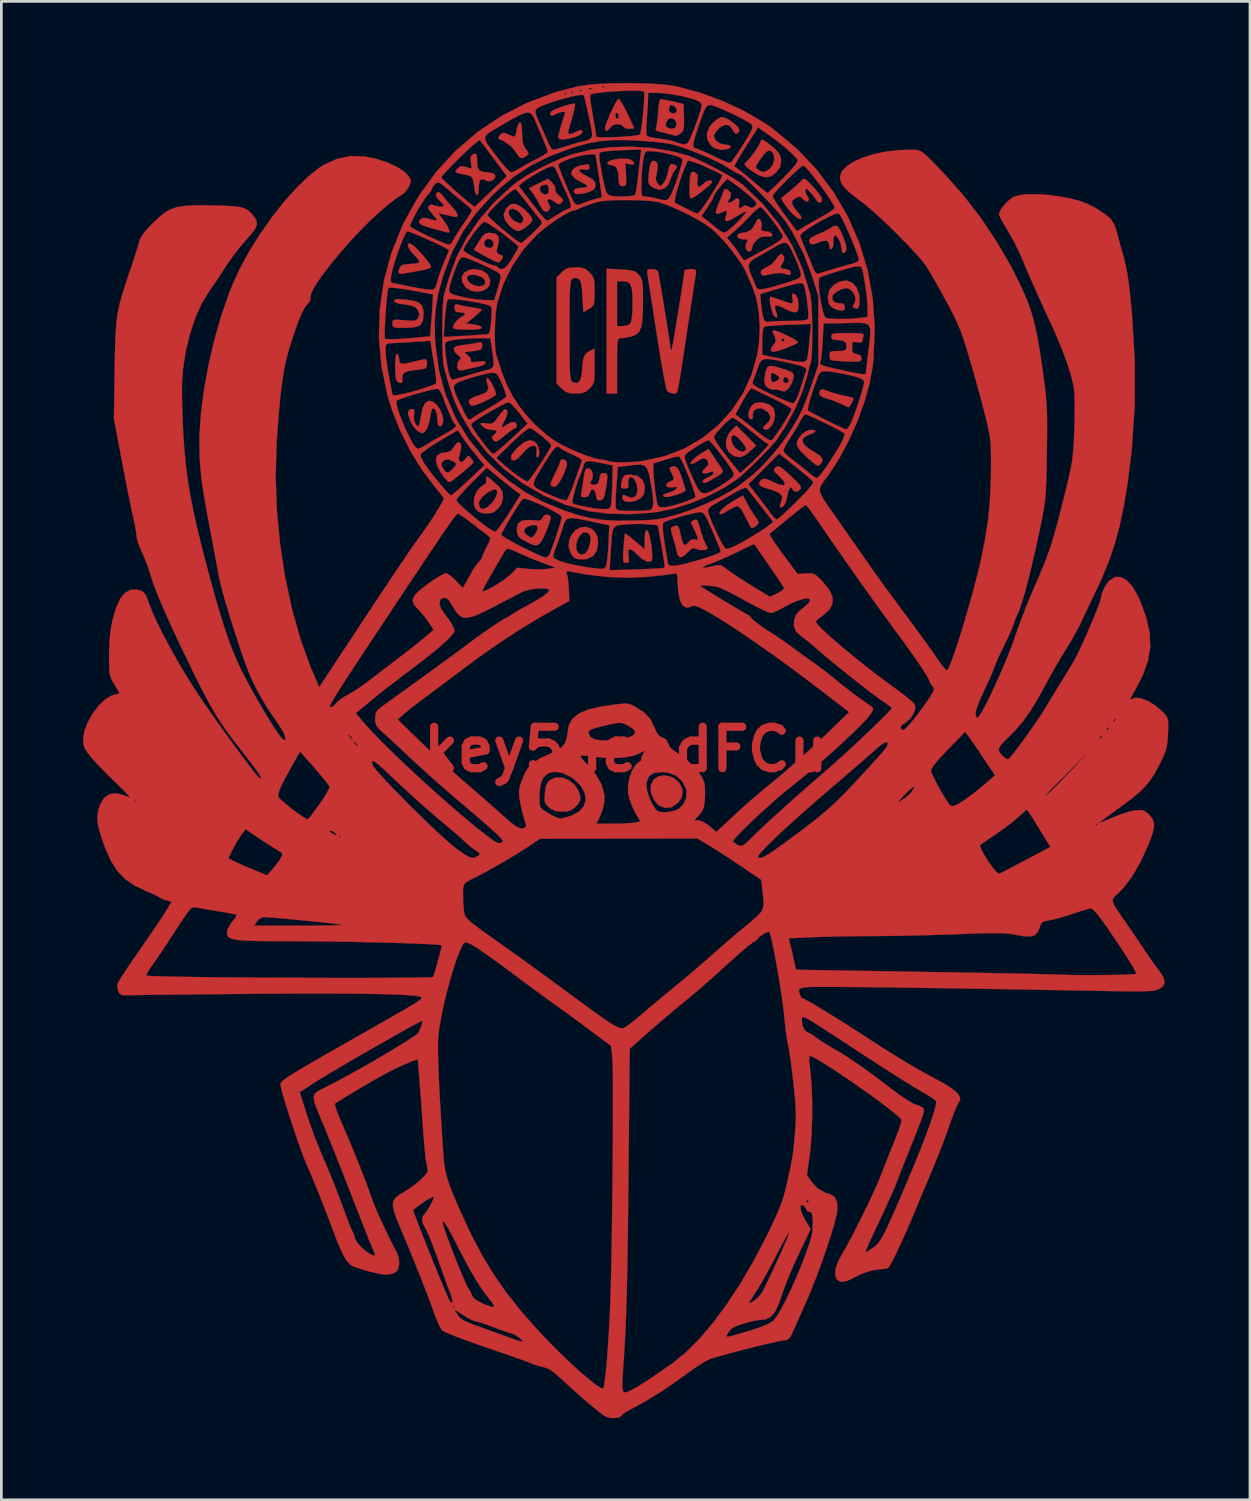
<source format=kicad_pcb>
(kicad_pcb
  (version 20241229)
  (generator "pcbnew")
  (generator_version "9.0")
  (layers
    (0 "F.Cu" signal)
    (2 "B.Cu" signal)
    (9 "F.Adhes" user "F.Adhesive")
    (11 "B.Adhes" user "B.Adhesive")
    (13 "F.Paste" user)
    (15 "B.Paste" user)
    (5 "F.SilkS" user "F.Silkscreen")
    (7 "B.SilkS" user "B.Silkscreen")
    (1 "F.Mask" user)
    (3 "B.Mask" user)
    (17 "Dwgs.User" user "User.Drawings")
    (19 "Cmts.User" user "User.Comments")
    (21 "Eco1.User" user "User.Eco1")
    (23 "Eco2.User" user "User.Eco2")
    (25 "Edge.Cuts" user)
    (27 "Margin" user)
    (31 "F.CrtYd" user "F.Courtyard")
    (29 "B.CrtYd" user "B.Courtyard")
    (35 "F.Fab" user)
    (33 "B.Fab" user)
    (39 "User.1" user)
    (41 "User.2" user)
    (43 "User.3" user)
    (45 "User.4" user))
  (footprint "key5headFCu"
    (layer "F.Cu")
    (at 19.944 24.492)
    (property "Reference" "key5headFCu" (at 0 0 0) (layer "F.Cu") (effects (font (size 1.524 1.524) (thickness 0.3))))
    (attr through_hole)
    (fp_poly (pts (xy -2.173 -10.589) (xy -2.16 -10.486) (xy -2.202 -10.315) (xy -2.282 -10.11) (xy -2.383 -9.909) (xy -2.489 -9.747) (xy -2.582 -9.659) (xy -2.608 -9.652) (xy -2.724 -9.68) (xy -2.758 -9.709) (xy -2.749 -9.791) (xy -2.69 -9.948) (xy -2.603 -10.128) (xy -2.504 -10.33) (xy -2.435 -10.495) (xy -2.413 -10.579) (xy -2.369 -10.655) (xy -2.271 -10.657) (xy -2.173 -10.589)) (stroke (width 0.01) (type solid)) (fill yes) (layer "F.Cu"))
    (fp_poly (pts (xy 1.615 0.987) (xy 1.818 1.084) (xy 1.981 1.239) (xy 2.078 1.447) (xy 2.093 1.577) (xy 2.05 1.785) (xy 1.91 1.973) (xy 1.687 2.124) (xy 1.452 2.151) (xy 1.219 2.054) (xy 1.188 2.031) (xy 1.028 1.839) (xy 0.931 1.592) (xy 0.917 1.346) (xy 0.925 1.307) (xy 1.027 1.109) (xy 1.193 0.994) (xy 1.398 0.955) (xy 1.615 0.987)) (stroke (width 0.01) (type solid)) (fill yes) (layer "F.Cu"))
    (fp_poly (pts (xy -2.339 1.036) (xy -2.095 1.126) (xy -1.883 1.295) (xy -1.753 1.487) (xy -1.67 1.705) (xy -1.671 1.867) (xy -1.762 2.02) (xy -1.837 2.1) (xy -1.98 2.219) (xy -2.133 2.274) (xy -2.335 2.286) (xy -2.562 2.268) (xy -2.724 2.203) (xy -2.824 2.123) (xy -2.925 2.017) (xy -2.972 1.91) (xy -2.98 1.757) (xy -2.97 1.605) (xy -2.936 1.365) (xy -2.871 1.212) (xy -2.797 1.132) (xy -2.583 1.034) (xy -2.339 1.036)) (stroke (width 0.01) (type solid)) (fill yes) (layer "F.Cu"))
    (fp_poly (pts (xy -5.021 -13.6) (xy -4.937 -13.471) (xy -4.851 -13.307) (xy -4.787 -13.149) (xy -4.764 -13.049) (xy -4.817 -12.995) (xy -4.959 -12.908) (xy -5.161 -12.806) (xy -5.205 -12.786) (xy -5.438 -12.685) (xy -5.584 -12.638) (xy -5.671 -12.638) (xy -5.718 -12.672) (xy -5.77 -12.78) (xy -5.721 -12.871) (xy -5.562 -12.957) (xy -5.394 -13.014) (xy -5.18 -13.093) (xy -5.072 -13.183) (xy -5.054 -13.314) (xy -5.105 -13.51) (xy -5.119 -13.626) (xy -5.081 -13.652) (xy -5.021 -13.6)) (stroke (width 0.01) (type solid)) (fill yes) (layer "F.Cu"))
    (fp_poly (pts (xy 7.406 -13.181) (xy 7.569 -13.119) (xy 7.799 -13.053) (xy 7.969 -13.013) (xy 8.172 -12.969) (xy 8.317 -12.935) (xy 8.369 -12.92) (xy 8.362 -12.859) (xy 8.313 -12.746) (xy 8.251 -12.635) (xy 8.201 -12.579) (xy 8.197 -12.578) (xy 8.122 -12.606) (xy 7.976 -12.672) (xy 7.906 -12.705) (xy 7.669 -12.804) (xy 7.418 -12.888) (xy 7.382 -12.898) (xy 7.195 -12.967) (xy 7.117 -13.051) (xy 7.112 -13.085) (xy 7.145 -13.21) (xy 7.249 -13.237) (xy 7.406 -13.181)) (stroke (width 0.01) (type solid)) (fill yes) (layer "F.Cu"))
    (fp_poly (pts (xy -3.366 -11.324) (xy -3.28 -11.25) (xy -3.215 -11.129) (xy -3.181 -10.974) (xy -3.181 -10.829) (xy -3.219 -10.741) (xy -3.246 -10.732) (xy -3.289 -10.782) (xy -3.282 -10.865) (xy -3.264 -11.053) (xy -3.32 -11.153) (xy -3.434 -11.162) (xy -3.589 -11.081) (xy -3.768 -10.907) (xy -3.782 -10.89) (xy -3.959 -10.697) (xy -4.088 -10.615) (xy -4.178 -10.639) (xy -4.217 -10.707) (xy -4.195 -10.822) (xy -4.065 -10.997) (xy -3.978 -11.088) (xy -3.741 -11.285) (xy -3.539 -11.363) (xy -3.366 -11.324)) (stroke (width 0.01) (type solid)) (fill yes) (layer "F.Cu"))
    (fp_poly (pts (xy 2.552 -21.202) (xy 2.637 -21.128) (xy 2.652 -21.006) (xy 2.639 -20.923) (xy 2.63 -20.752) (xy 2.673 -20.671) (xy 2.756 -20.694) (xy 2.797 -20.737) (xy 2.949 -20.87) (xy 3.096 -20.916) (xy 3.166 -20.897) (xy 3.17 -20.838) (xy 3.07 -20.725) (xy 2.88 -20.568) (xy 2.641 -20.385) (xy 2.487 -20.278) (xy 2.4 -20.249) (xy 2.36 -20.3) (xy 2.349 -20.433) (xy 2.349 -20.629) (xy 2.355 -20.929) (xy 2.376 -21.118) (xy 2.417 -21.213) (xy 2.485 -21.229) (xy 2.552 -21.202)) (stroke (width 0.01) (type solid)) (fill yes) (layer "F.Cu"))
    (fp_poly (pts (xy 5.732 -18.208) (xy 5.816 -18.125) (xy 5.824 -17.988) (xy 5.752 -17.849) (xy 5.688 -17.736) (xy 5.741 -17.671) (xy 5.878 -17.653) (xy 6.004 -17.618) (xy 6.053 -17.564) (xy 6.061 -17.457) (xy 5.983 -17.435) (xy 5.888 -17.472) (xy 5.719 -17.509) (xy 5.475 -17.496) (xy 5.193 -17.436) (xy 5.174 -17.43) (xy 5.05 -17.418) (xy 4.999 -17.438) (xy 4.955 -17.544) (xy 5.035 -17.646) (xy 5.176 -17.717) (xy 5.382 -17.849) (xy 5.526 -18.019) (xy 5.625 -18.15) (xy 5.713 -18.209) (xy 5.732 -18.208)) (stroke (width 0.01) (type solid)) (fill yes) (layer "F.Cu"))
    (fp_poly (pts (xy 0.015 -21.71) (xy 0.171 -21.681) (xy 0.241 -21.641) (xy 0.314 -21.536) (xy 0.274 -21.489) (xy 0.153 -21.502) (xy -0.012 -21.543) (xy 0.01 -21.122) (xy 0.019 -20.897) (xy 0.011 -20.771) (xy -0.022 -20.715) (xy -0.089 -20.701) (xy -0.111 -20.701) (xy -0.216 -20.727) (xy -0.252 -20.828) (xy -0.254 -20.884) (xy -0.275 -21.189) (xy -0.338 -21.379) (xy -0.445 -21.46) (xy -0.48 -21.463) (xy -0.612 -21.488) (xy -0.667 -21.527) (xy -0.653 -21.594) (xy -0.545 -21.65) (xy -0.376 -21.691) (xy -0.178 -21.712) (xy 0.015 -21.71)) (stroke (width 0.01) (type solid)) (fill yes) (layer "F.Cu"))
    (fp_poly (pts (xy 6.952 -11.729) (xy 6.973 -11.682) (xy 6.879 -11.62) (xy 6.784 -11.586) (xy 6.579 -11.492) (xy 6.496 -11.373) (xy 6.535 -11.232) (xy 6.696 -11.075) (xy 6.957 -10.913) (xy 7.158 -10.778) (xy 7.234 -10.649) (xy 7.19 -10.52) (xy 7.163 -10.49) (xy 7.108 -10.441) (xy 7.055 -10.429) (xy 6.98 -10.465) (xy 6.859 -10.561) (xy 6.67 -10.73) (xy 6.65 -10.749) (xy 6.44 -10.954) (xy 6.323 -11.109) (xy 6.285 -11.234) (xy 6.285 -11.243) (xy 6.341 -11.42) (xy 6.48 -11.588) (xy 6.66 -11.71) (xy 6.814 -11.748) (xy 6.952 -11.729)) (stroke (width 0.01) (type solid)) (fill yes) (layer "F.Cu"))
    (fp_poly (pts (xy -5.279 -17.607) (xy -5.083 -17.47) (xy -4.982 -17.262) (xy -4.992 -17.081) (xy -5.096 -16.942) (xy -5.264 -16.852) (xy -5.468 -16.821) (xy -5.678 -16.858) (xy -5.865 -16.972) (xy -5.877 -16.983) (xy -6.006 -17.179) (xy -6.022 -17.367) (xy -6.02 -17.37) (xy -5.83 -17.37) (xy -5.824 -17.258) (xy -5.719 -17.135) (xy -5.556 -17.049) (xy -5.378 -17.02) (xy -5.231 -17.05) (xy -5.165 -17.118) (xy -5.174 -17.247) (xy -5.291 -17.357) (xy -5.496 -17.432) (xy -5.544 -17.441) (xy -5.732 -17.438) (xy -5.83 -17.37) (xy -6.02 -17.37) (xy -5.933 -17.524) (xy -5.753 -17.626) (xy -5.56 -17.653) (xy -5.279 -17.607)) (stroke (width 0.01) (type solid)) (fill yes) (layer "F.Cu"))
    (fp_poly (pts (xy 4.431 -11.536) (xy 4.794 -11.17) (xy 4.557 -10.951) (xy 4.366 -10.799) (xy 4.203 -10.743) (xy 4.025 -10.77) (xy 3.957 -10.795) (xy 3.785 -10.925) (xy 3.694 -11.121) (xy 3.686 -11.35) (xy 3.701 -11.391) (xy 3.876 -11.391) (xy 3.92 -11.24) (xy 4.015 -11.094) (xy 4.034 -11.073) (xy 4.189 -10.963) (xy 4.327 -10.94) (xy 4.419 -11.007) (xy 4.427 -11.027) (xy 4.402 -11.118) (xy 4.312 -11.253) (xy 4.187 -11.396) (xy 4.06 -11.509) (xy 3.964 -11.557) (xy 3.962 -11.557) (xy 3.888 -11.509) (xy 3.876 -11.391) (xy 3.701 -11.391) (xy 3.765 -11.576) (xy 3.875 -11.717) (xy 4.067 -11.901) (xy 4.431 -11.536)) (stroke (width 0.01) (type solid)) (fill yes) (layer "F.Cu"))
    (fp_poly (pts (xy -7.922 -18.594) (xy -7.825 -18.535) (xy -7.687 -18.412) (xy -7.529 -18.248) (xy -7.375 -18.071) (xy -7.246 -17.905) (xy -7.165 -17.777) (xy -7.153 -17.713) (xy -7.247 -17.67) (xy -7.423 -17.622) (xy -7.593 -17.589) (xy -7.827 -17.55) (xy -8.033 -17.513) (xy -8.131 -17.493) (xy -8.267 -17.481) (xy -8.333 -17.498) (xy -8.348 -17.588) (xy -8.302 -17.71) (xy -8.228 -17.795) (xy -8.125 -17.824) (xy -7.953 -17.841) (xy -7.894 -17.843) (xy -7.719 -17.857) (xy -7.604 -17.893) (xy -7.587 -17.908) (xy -7.607 -17.984) (xy -7.702 -18.105) (xy -7.774 -18.174) (xy -7.902 -18.313) (xy -7.982 -18.449) (xy -8.005 -18.553) (xy -7.959 -18.599) (xy -7.922 -18.594)) (stroke (width 0.01) (type solid)) (fill yes) (layer "F.Cu"))
    (fp_poly (pts (xy -3.844 -23.012) (xy -3.818 -22.894) (xy -3.81 -22.667) (xy -3.81 -22.652) (xy -3.799 -22.394) (xy -3.761 -22.219) (xy -3.683 -22.081) (xy -3.672 -22.066) (xy -3.584 -21.946) (xy -3.573 -21.877) (xy -3.636 -21.815) (xy -3.652 -21.804) (xy -3.786 -21.73) (xy -3.888 -21.749) (xy -3.988 -21.872) (xy -4.032 -21.949) (xy -4.219 -22.175) (xy -4.499 -22.365) (xy -4.665 -22.439) (xy -4.679 -22.496) (xy -4.621 -22.579) (xy -4.54 -22.65) (xy -4.459 -22.658) (xy -4.326 -22.606) (xy -4.288 -22.588) (xy -4.16 -22.531) (xy -4.084 -22.526) (xy -4.04 -22.596) (xy -4.006 -22.76) (xy -3.987 -22.886) (xy -3.935 -23.001) (xy -3.889 -23.035) (xy -3.844 -23.012)) (stroke (width 0.01) (type solid)) (fill yes) (layer "F.Cu"))
    (fp_poly (pts (xy 4.45 -9.066) (xy 4.571 -8.849) (xy 4.703 -8.641) (xy 4.738 -8.593) (xy 4.835 -8.448) (xy 4.887 -8.341) (xy 4.889 -8.325) (xy 4.842 -8.255) (xy 4.739 -8.176) (xy 4.64 -8.131) (xy 4.624 -8.131) (xy 4.588 -8.184) (xy 4.516 -8.318) (xy 4.46 -8.432) (xy 4.358 -8.631) (xy 4.261 -8.798) (xy 4.222 -8.854) (xy 4.151 -8.931) (xy 4.077 -8.94) (xy 3.949 -8.885) (xy 3.921 -8.87) (xy 3.75 -8.776) (xy 3.614 -8.691) (xy 3.607 -8.686) (xy 3.5 -8.643) (xy 3.451 -8.656) (xy 3.458 -8.729) (xy 3.558 -8.845) (xy 3.732 -8.987) (xy 3.961 -9.137) (xy 4.014 -9.167) (xy 4.314 -9.337) (xy 4.45 -9.066)) (stroke (width 0.01) (type solid)) (fill yes) (layer "F.Cu"))
    (fp_poly (pts (xy 5.033 -12.744) (xy 5.284 -12.674) (xy 5.432 -12.54) (xy 5.486 -12.332) (xy 5.486 -12.296) (xy 5.456 -12.1) (xy 5.38 -11.927) (xy 5.276 -11.801) (xy 5.167 -11.744) (xy 5.071 -11.779) (xy 5.053 -11.804) (xy 5.074 -11.874) (xy 5.175 -11.964) (xy 5.176 -11.964) (xy 5.302 -12.101) (xy 5.316 -12.254) (xy 5.225 -12.4) (xy 5.037 -12.515) (xy 4.976 -12.536) (xy 4.823 -12.529) (xy 4.705 -12.439) (xy 4.66 -12.301) (xy 4.669 -12.249) (xy 4.669 -12.15) (xy 4.608 -12.129) (xy 4.531 -12.179) (xy 4.507 -12.302) (xy 4.534 -12.458) (xy 4.61 -12.605) (xy 4.643 -12.644) (xy 4.766 -12.733) (xy 4.92 -12.755) (xy 5.033 -12.744)) (stroke (width 0.01) (type solid)) (fill yes) (layer "F.Cu"))
    (fp_poly (pts (xy 5.48 -15.394) (xy 5.629 -15.345) (xy 5.82 -15.265) (xy 6.018 -15.17) (xy 6.191 -15.076) (xy 6.305 -14.999) (xy 6.332 -14.96) (xy 6.267 -14.911) (xy 6.117 -14.84) (xy 5.919 -14.76) (xy 5.71 -14.686) (xy 5.526 -14.631) (xy 5.413 -14.61) (xy 5.342 -14.655) (xy 5.334 -14.692) (xy 5.379 -14.804) (xy 5.429 -14.859) (xy 5.517 -14.995) (xy 5.507 -15.05) (xy 5.715 -15.05) (xy 5.763 -14.988) (xy 5.779 -14.986) (xy 5.84 -15.034) (xy 5.842 -15.05) (xy 5.794 -15.111) (xy 5.779 -15.113) (xy 5.717 -15.065) (xy 5.715 -15.05) (xy 5.507 -15.05) (xy 5.487 -15.166) (xy 5.448 -15.238) (xy 5.401 -15.348) (xy 5.406 -15.397) (xy 5.48 -15.394)) (stroke (width 0.01) (type solid)) (fill yes) (layer "F.Cu"))
    (fp_poly (pts (xy -0.206 -23.854) (xy -0.112 -23.709) (xy 0.001 -23.499) (xy 0.064 -23.368) (xy 0.316 -22.828) (xy 0.147 -22.807) (xy -0.012 -22.827) (xy -0.077 -22.887) (xy -0.186 -22.97) (xy -0.344 -22.982) (xy -0.493 -22.925) (xy -0.557 -22.86) (xy -0.649 -22.758) (xy -0.728 -22.739) (xy -0.761 -22.812) (xy -0.761 -22.812) (xy -0.735 -22.93) (xy -0.67 -23.113) (xy -0.59 -23.308) (xy -0.381 -23.308) (xy -0.355 -23.203) (xy -0.318 -23.177) (xy -0.261 -23.229) (xy -0.254 -23.269) (xy -0.293 -23.377) (xy -0.318 -23.4) (xy -0.367 -23.38) (xy -0.381 -23.308) (xy -0.59 -23.308) (xy -0.581 -23.33) (xy -0.481 -23.55) (xy -0.384 -23.74) (xy -0.306 -23.869) (xy -0.265 -23.908) (xy -0.206 -23.854)) (stroke (width 0.01) (type solid)) (fill yes) (layer "F.Cu"))
    (fp_poly (pts (xy -8.366 -14.509) (xy -8.333 -14.387) (xy -8.33 -14.367) (xy -8.314 -14.252) (xy -8.275 -14.189) (xy -8.188 -14.172) (xy -8.027 -14.197) (xy -7.779 -14.254) (xy -7.539 -14.312) (xy -7.397 -14.337) (xy -7.327 -14.325) (xy -7.304 -14.271) (xy -7.303 -14.171) (xy -7.303 -14.17) (xy -7.31 -14.069) (xy -7.351 -14.011) (xy -7.455 -13.977) (xy -7.651 -13.952) (xy -7.693 -13.947) (xy -7.966 -13.908) (xy -8.13 -13.851) (xy -8.205 -13.765) (xy -8.21 -13.638) (xy -8.207 -13.62) (xy -8.206 -13.498) (xy -8.279 -13.462) (xy -8.281 -13.462) (xy -8.39 -13.514) (xy -8.428 -13.572) (xy -8.456 -13.706) (xy -8.47 -13.903) (xy -8.472 -14.125) (xy -8.462 -14.331) (xy -8.441 -14.483) (xy -8.414 -14.541) (xy -8.366 -14.509)) (stroke (width 0.01) (type solid)) (fill yes) (layer "F.Cu"))
    (fp_poly (pts (xy -1.353 -21.497) (xy -1.333 -21.408) (xy -1.352 -21.319) (xy -1.432 -21.299) (xy -1.524 -21.314) (xy -1.671 -21.324) (xy -1.714 -21.284) (xy -1.66 -21.21) (xy -1.515 -21.116) (xy -1.433 -21.077) (xy -1.212 -20.946) (xy -1.106 -20.802) (xy -1.12 -20.656) (xy -1.184 -20.574) (xy -1.303 -20.506) (xy -1.479 -20.45) (xy -1.666 -20.415) (xy -1.814 -20.412) (xy -1.869 -20.432) (xy -1.916 -20.531) (xy -1.85 -20.604) (xy -1.687 -20.637) (xy -1.651 -20.637) (xy -1.468 -20.652) (xy -1.409 -20.695) (xy -1.473 -20.766) (xy -1.655 -20.861) (xy -1.884 -20.995) (xy -1.994 -21.131) (xy -1.981 -21.265) (xy -1.906 -21.348) (xy -1.762 -21.433) (xy -1.649 -21.463) (xy -1.49 -21.484) (xy -1.434 -21.502) (xy -1.353 -21.497)) (stroke (width 0.01) (type solid)) (fill yes) (layer "F.Cu"))
    (fp_poly (pts (xy 0.444 -10.045) (xy 0.617 -9.903) (xy 0.702 -9.695) (xy 0.682 -9.44) (xy 0.659 -9.369) (xy 0.548 -9.234) (xy 0.359 -9.137) (xy 0.143 -9.095) (xy -0.048 -9.123) (xy -0.115 -9.205) (xy -0.127 -9.273) (xy -0.115 -9.349) (xy -0.055 -9.349) (xy 0.04 -9.304) (xy 0.229 -9.247) (xy 0.359 -9.302) (xy 0.415 -9.405) (xy 0.434 -9.569) (xy 0.405 -9.74) (xy 0.343 -9.889) (xy 0.263 -9.99) (xy 0.178 -10.013) (xy 0.122 -9.965) (xy 0.088 -9.834) (xy 0.096 -9.731) (xy 0.1 -9.626) (xy 0.022 -9.591) (xy -0.036 -9.588) (xy -0.145 -9.6) (xy -0.177 -9.66) (xy -0.156 -9.795) (xy -0.111 -9.976) (xy -0.05 -10.064) (xy 0.063 -10.094) (xy 0.194 -10.097) (xy 0.444 -10.045)) (stroke (width 0.01) (type solid)) (fill yes) (layer "F.Cu"))
    (fp_poly (pts (xy 1.102 -21.617) (xy 1.102 -21.616) (xy 1.169 -21.535) (xy 1.176 -21.361) (xy 1.124 -21.085) (xy 1.105 -21.015) (xy 1.121 -20.892) (xy 1.174 -20.793) (xy 1.247 -20.712) (xy 1.306 -20.72) (xy 1.394 -20.815) (xy 1.481 -20.97) (xy 1.547 -21.179) (xy 1.559 -21.243) (xy 1.606 -21.438) (xy 1.678 -21.517) (xy 1.791 -21.494) (xy 1.836 -21.468) (xy 1.89 -21.41) (xy 1.847 -21.334) (xy 1.82 -21.306) (xy 1.724 -21.162) (xy 1.675 -21.03) (xy 1.573 -20.767) (xy 1.419 -20.612) (xy 1.225 -20.571) (xy 1.004 -20.649) (xy 0.959 -20.679) (xy 0.877 -20.748) (xy 0.837 -20.832) (xy 0.832 -20.97) (xy 0.85 -21.168) (xy 0.885 -21.426) (xy 0.932 -21.574) (xy 1.001 -21.632) (xy 1.102 -21.617)) (stroke (width 0.01) (type solid)) (fill yes) (layer "F.Cu"))
    (fp_poly (pts (xy 1.903 -10.344) (xy 1.992 -10.18) (xy 2.058 -9.993) (xy 2.125 -9.783) (xy 2.179 -9.617) (xy 2.204 -9.545) (xy 2.165 -9.483) (xy 2.02 -9.411) (xy 1.899 -9.37) (xy 1.651 -9.302) (xy 1.497 -9.276) (xy 1.409 -9.289) (xy 1.37 -9.328) (xy 1.4 -9.375) (xy 1.521 -9.418) (xy 1.55 -9.424) (xy 1.723 -9.482) (xy 1.848 -9.565) (xy 1.851 -9.569) (xy 1.896 -9.637) (xy 1.856 -9.653) (xy 1.736 -9.634) (xy 1.576 -9.632) (xy 1.492 -9.685) (xy 1.501 -9.764) (xy 1.617 -9.842) (xy 1.62 -9.843) (xy 1.734 -9.894) (xy 1.769 -9.954) (xy 1.731 -10.064) (xy 1.681 -10.164) (xy 1.621 -10.296) (xy 1.626 -10.359) (xy 1.681 -10.39) (xy 1.805 -10.408) (xy 1.903 -10.344)) (stroke (width 0.01) (type solid)) (fill yes) (layer "F.Cu"))
    (fp_poly (pts (xy 3.674 -23.204) (xy 3.841 -23.11) (xy 4.004 -22.987) (xy 4.129 -22.862) (xy 4.18 -22.762) (xy 4.179 -22.751) (xy 4.12 -22.641) (xy 4.03 -22.637) (xy 3.947 -22.74) (xy 3.941 -22.754) (xy 3.832 -22.915) (xy 3.681 -22.961) (xy 3.503 -22.889) (xy 3.423 -22.823) (xy 3.305 -22.684) (xy 3.242 -22.563) (xy 3.239 -22.54) (xy 3.296 -22.393) (xy 3.442 -22.28) (xy 3.639 -22.226) (xy 3.672 -22.225) (xy 3.821 -22.204) (xy 3.872 -22.153) (xy 3.812 -22.09) (xy 3.773 -22.073) (xy 3.517 -22.033) (xy 3.273 -22.096) (xy 3.14 -22.19) (xy 3.003 -22.405) (xy 2.985 -22.642) (xy 3.084 -22.884) (xy 3.2 -23.025) (xy 3.354 -23.154) (xy 3.493 -23.231) (xy 3.54 -23.241) (xy 3.674 -23.204)) (stroke (width 0.01) (type solid)) (fill yes) (layer "F.Cu"))
    (fp_poly (pts (xy -4.031 -20.04) (xy -3.883 -19.968) (xy -3.715 -19.839) (xy -3.561 -19.686) (xy -3.455 -19.542) (xy -3.429 -19.461) (xy -3.479 -19.366) (xy -3.602 -19.246) (xy -3.756 -19.134) (xy -3.9 -19.061) (xy -3.958 -19.05) (xy -4.069 -19.091) (xy -4.214 -19.192) (xy -4.251 -19.225) (xy -4.43 -19.44) (xy -4.484 -19.644) (xy -4.453 -19.732) (xy -4.308 -19.732) (xy -4.263 -19.598) (xy -4.148 -19.464) (xy -4.08 -19.416) (xy -3.91 -19.335) (xy -3.808 -19.353) (xy -3.759 -19.474) (xy -3.759 -19.476) (xy -3.794 -19.6) (xy -3.904 -19.736) (xy -4.047 -19.841) (xy -4.164 -19.875) (xy -4.277 -19.834) (xy -4.308 -19.732) (xy -4.453 -19.732) (xy -4.414 -19.844) (xy -4.365 -19.908) (xy -4.241 -20.026) (xy -4.122 -20.055) (xy -4.031 -20.04)) (stroke (width 0.01) (type solid)) (fill yes) (layer "F.Cu"))
    (fp_poly (pts (xy -1.249 -8.101) (xy -1.172 -8.036) (xy -1.064 -7.888) (xy -1.02 -7.702) (xy -1.016 -7.588) (xy -1.063 -7.304) (xy -1.199 -7.106) (xy -1.417 -7.001) (xy -1.569 -6.986) (xy -1.745 -6.998) (xy -1.867 -7.027) (xy -1.88 -7.034) (xy -1.963 -7.124) (xy -2.022 -7.219) (xy -2.096 -7.46) (xy -2.091 -7.526) (xy -1.82 -7.526) (xy -1.815 -7.348) (xy -1.748 -7.218) (xy -1.617 -7.152) (xy -1.488 -7.202) (xy -1.376 -7.36) (xy -1.327 -7.489) (xy -1.283 -7.739) (xy -1.33 -7.904) (xy -1.433 -7.98) (xy -1.562 -7.972) (xy -1.679 -7.871) (xy -1.77 -7.711) (xy -1.82 -7.526) (xy -2.091 -7.526) (xy -2.077 -7.693) (xy -1.984 -7.9) (xy -1.836 -8.062) (xy -1.652 -8.162) (xy -1.45 -8.18) (xy -1.249 -8.101)) (stroke (width 0.01) (type solid)) (fill yes) (layer "F.Cu"))
    (fp_poly (pts (xy 7.813 -19.194) (xy 7.896 -19.051) (xy 7.999 -18.817) (xy 8.096 -18.536) (xy 8.108 -18.346) (xy 8.034 -18.247) (xy 8.017 -18.24) (xy 7.955 -18.272) (xy 7.938 -18.381) (xy 7.913 -18.544) (xy 7.852 -18.708) (xy 7.774 -18.836) (xy 7.698 -18.891) (xy 7.675 -18.886) (xy 7.635 -18.8) (xy 7.635 -18.66) (xy 7.627 -18.497) (xy 7.577 -18.406) (xy 7.51 -18.376) (xy 7.492 -18.455) (xy 7.465 -18.63) (xy 7.379 -18.703) (xy 7.219 -18.681) (xy 7.115 -18.638) (xy 6.926 -18.569) (xy 6.814 -18.57) (xy 6.784 -18.591) (xy 6.737 -18.701) (xy 6.812 -18.808) (xy 7.004 -18.906) (xy 7.025 -18.914) (xy 7.247 -19.008) (xy 7.472 -19.13) (xy 7.503 -19.149) (xy 7.639 -19.229) (xy 7.735 -19.249) (xy 7.813 -19.194)) (stroke (width 0.01) (type solid)) (fill yes) (layer "F.Cu"))
    (fp_poly (pts (xy -4.78 -18.954) (xy -4.674 -18.85) (xy -4.663 -18.666) (xy -4.695 -18.531) (xy -4.738 -18.357) (xy -4.731 -18.262) (xy -4.688 -18.217) (xy -4.585 -18.168) (xy -4.556 -18.162) (xy -4.511 -18.119) (xy -4.549 -18.011) (xy -4.588 -17.955) (xy -4.638 -17.91) (xy -4.708 -17.905) (xy -4.824 -17.947) (xy -5.012 -18.044) (xy -5.124 -18.106) (xy -5.582 -18.36) (xy -5.46 -18.557) (xy -5.202 -18.557) (xy -5.143 -18.465) (xy -5.128 -18.457) (xy -4.969 -18.424) (xy -4.878 -18.488) (xy -4.862 -18.522) (xy -4.868 -18.651) (xy -4.956 -18.747) (xy -5.084 -18.765) (xy -5.1 -18.76) (xy -5.186 -18.676) (xy -5.202 -18.557) (xy -5.46 -18.557) (xy -5.389 -18.673) (xy -5.268 -18.854) (xy -5.169 -18.949) (xy -5.058 -18.983) (xy -4.987 -18.986) (xy -4.78 -18.954)) (stroke (width 0.01) (type solid)) (fill yes) (layer "F.Cu"))
    (fp_poly (pts (xy 6.256 -16.706) (xy 6.329 -16.545) (xy 6.35 -16.339) (xy 6.342 -16.166) (xy 6.306 -16.087) (xy 6.224 -16.066) (xy 6.207 -16.066) (xy 6.058 -16.099) (xy 5.881 -16.179) (xy 5.856 -16.193) (xy 5.695 -16.276) (xy 5.566 -16.318) (xy 5.55 -16.32) (xy 5.493 -16.299) (xy 5.487 -16.222) (xy 5.532 -16.065) (xy 5.572 -15.954) (xy 5.558 -15.883) (xy 5.53 -15.875) (xy 5.455 -15.927) (xy 5.405 -16.018) (xy 5.35 -16.2) (xy 5.311 -16.389) (xy 5.295 -16.545) (xy 5.306 -16.631) (xy 5.316 -16.637) (xy 5.4 -16.617) (xy 5.562 -16.564) (xy 5.715 -16.51) (xy 5.946 -16.428) (xy 6.08 -16.395) (xy 6.139 -16.414) (xy 6.144 -16.488) (xy 6.128 -16.573) (xy 6.114 -16.705) (xy 6.139 -16.764) (xy 6.142 -16.764) (xy 6.256 -16.706)) (stroke (width 0.01) (type solid)) (fill yes) (layer "F.Cu"))
    (fp_poly (pts (xy 8.324 -17.153) (xy 8.481 -16.981) (xy 8.575 -16.731) (xy 8.594 -16.537) (xy 8.584 -16.325) (xy 8.545 -16.219) (xy 8.467 -16.2) (xy 8.406 -16.218) (xy 8.336 -16.271) (xy 8.371 -16.334) (xy 8.444 -16.485) (xy 8.428 -16.663) (xy 8.342 -16.826) (xy 8.204 -16.934) (xy 8.104 -16.954) (xy 7.939 -16.918) (xy 7.762 -16.828) (xy 7.628 -16.716) (xy 7.595 -16.663) (xy 7.596 -16.524) (xy 7.694 -16.426) (xy 7.858 -16.397) (xy 7.865 -16.398) (xy 8.001 -16.38) (xy 8.052 -16.297) (xy 8.045 -16.166) (xy 7.948 -16.121) (xy 7.758 -16.161) (xy 7.758 -16.161) (xy 7.564 -16.256) (xy 7.463 -16.392) (xy 7.431 -16.608) (xy 7.43 -16.642) (xy 7.489 -16.885) (xy 7.661 -17.081) (xy 7.89 -17.203) (xy 8.121 -17.233) (xy 8.324 -17.153)) (stroke (width 0.01) (type solid)) (fill yes) (layer "F.Cu"))
    (fp_poly (pts (xy 0.827 -8.007) (xy 0.875 -7.857) (xy 0.918 -7.648) (xy 0.953 -7.416) (xy 0.972 -7.195) (xy 0.973 -7.019) (xy 0.95 -6.922) (xy 0.943 -6.916) (xy 0.796 -6.897) (xy 0.606 -6.998) (xy 0.439 -7.149) (xy 0.262 -7.311) (xy 0.149 -7.364) (xy 0.095 -7.307) (xy 0.098 -7.141) (xy 0.103 -7.112) (xy 0.121 -6.949) (xy 0.1 -6.876) (xy 0.025 -6.858) (xy 0.014 -6.858) (xy -0.049 -6.866) (xy -0.084 -6.907) (xy -0.097 -7.006) (xy -0.093 -7.189) (xy -0.081 -7.382) (xy -0.063 -7.626) (xy -0.044 -7.816) (xy -0.029 -7.92) (xy -0.025 -7.931) (xy 0.03 -7.905) (xy 0.155 -7.814) (xy 0.323 -7.676) (xy 0.348 -7.656) (xy 0.699 -7.356) (xy 0.699 -7.71) (xy 0.71 -7.937) (xy 0.747 -8.049) (xy 0.78 -8.065) (xy 0.827 -8.007)) (stroke (width 0.01) (type solid)) (fill yes) (layer "F.Cu"))
    (fp_poly (pts (xy 4.944 -19.473) (xy 4.952 -19.464) (xy 5 -19.326) (xy 4.991 -19.21) (xy 4.979 -19.091) (xy 5.041 -19.052) (xy 5.074 -19.05) (xy 5.26 -19.023) (xy 5.376 -18.953) (xy 5.397 -18.897) (xy 5.34 -18.847) (xy 5.179 -18.847) (xy 4.991 -18.84) (xy 4.837 -18.747) (xy 4.798 -18.71) (xy 4.688 -18.566) (xy 4.636 -18.43) (xy 4.636 -18.418) (xy 4.598 -18.312) (xy 4.516 -18.296) (xy 4.433 -18.369) (xy 4.412 -18.418) (xy 4.411 -18.564) (xy 4.448 -18.64) (xy 4.486 -18.718) (xy 4.469 -18.739) (xy 4.367 -18.747) (xy 4.255 -18.755) (xy 4.132 -18.798) (xy 4.098 -18.879) (xy 4.157 -18.952) (xy 4.223 -18.972) (xy 4.449 -19.016) (xy 4.589 -19.081) (xy 4.687 -19.191) (xy 4.748 -19.304) (xy 4.831 -19.455) (xy 4.889 -19.506) (xy 4.944 -19.473)) (stroke (width 0.01) (type solid)) (fill yes) (layer "F.Cu"))
    (fp_poly (pts (xy -8.2 -16.541) (xy -8.112 -16.533) (xy -7.804 -16.49) (xy -7.602 -16.422) (xy -7.487 -16.313) (xy -7.437 -16.148) (xy -7.429 -16.01) (xy -7.448 -15.78) (xy -7.517 -15.628) (xy -7.656 -15.54) (xy -7.885 -15.501) (xy -8.117 -15.494) (xy -8.353 -15.496) (xy -8.489 -15.509) (xy -8.553 -15.542) (xy -8.571 -15.606) (xy -8.572 -15.653) (xy -8.568 -15.736) (xy -8.534 -15.781) (xy -8.445 -15.794) (xy -8.272 -15.784) (xy -8.135 -15.772) (xy -7.902 -15.753) (xy -7.762 -15.757) (xy -7.683 -15.788) (xy -7.632 -15.853) (xy -7.622 -15.871) (xy -7.581 -16.005) (xy -7.632 -16.139) (xy -7.644 -16.158) (xy -7.732 -16.25) (xy -7.872 -16.309) (xy -8.099 -16.348) (xy -8.125 -16.351) (xy -8.367 -16.391) (xy -8.489 -16.444) (xy -8.509 -16.484) (xy -8.483 -16.531) (xy -8.388 -16.549) (xy -8.2 -16.541)) (stroke (width 0.01) (type solid)) (fill yes) (layer "F.Cu"))
    (fp_poly (pts (xy -6.175 -16.352) (xy -6.053 -16.319) (xy -5.856 -16.28) (xy -5.692 -16.254) (xy -5.489 -16.221) (xy -5.342 -16.19) (xy -5.292 -16.172) (xy -5.322 -16.12) (xy -5.428 -16.015) (xy -5.564 -15.898) (xy -5.864 -15.653) (xy -5.588 -15.621) (xy -5.414 -15.585) (xy -5.303 -15.532) (xy -5.286 -15.51) (xy -5.307 -15.469) (xy -5.413 -15.444) (xy -5.619 -15.432) (xy -5.805 -15.431) (xy -6.075 -15.434) (xy -6.241 -15.448) (xy -6.325 -15.477) (xy -6.35 -15.523) (xy -6.35 -15.529) (xy -6.306 -15.631) (xy -6.201 -15.761) (xy -6.076 -15.878) (xy -5.972 -15.937) (xy -5.96 -15.938) (xy -5.907 -15.987) (xy -5.905 -16.002) (xy -5.961 -16.047) (xy -6.094 -16.065) (xy -6.096 -16.066) (xy -6.232 -16.082) (xy -6.282 -16.155) (xy -6.287 -16.231) (xy -6.27 -16.347) (xy -6.205 -16.363) (xy -6.175 -16.352)) (stroke (width 0.01) (type solid)) (fill yes) (layer "F.Cu"))
    (fp_poly (pts (xy -1.863 -23.728) (xy -1.863 -23.653) (xy -1.899 -23.478) (xy -1.964 -23.225) (xy -2.054 -22.915) (xy -2.086 -22.812) (xy -2.116 -22.666) (xy -2.077 -22.609) (xy -1.958 -22.635) (xy -1.816 -22.703) (xy -1.658 -22.767) (xy -1.591 -22.745) (xy -1.606 -22.649) (xy -1.685 -22.584) (xy -1.847 -22.515) (xy -2.052 -22.456) (xy -2.257 -22.421) (xy -2.346 -22.416) (xy -2.451 -22.452) (xy -2.477 -22.505) (xy -2.458 -22.609) (xy -2.411 -22.792) (xy -2.35 -22.997) (xy -2.286 -23.203) (xy -2.241 -23.354) (xy -2.223 -23.416) (xy -2.271 -23.438) (xy -2.385 -23.42) (xy -2.517 -23.374) (xy -2.585 -23.336) (xy -2.71 -23.287) (xy -2.778 -23.321) (xy -2.765 -23.405) (xy -2.699 -23.471) (xy -2.584 -23.531) (xy -2.407 -23.599) (xy -2.208 -23.664) (xy -2.025 -23.713) (xy -1.897 -23.734) (xy -1.863 -23.728)) (stroke (width 0.01) (type solid)) (fill yes) (layer "F.Cu"))
    (fp_poly (pts (xy -5.289 -14.948) (xy -5.271 -14.842) (xy -5.283 -14.748) (xy -5.343 -14.693) (xy -5.481 -14.658) (xy -5.604 -14.64) (xy -5.937 -14.595) (xy -5.79 -14.475) (xy -5.696 -14.366) (xy -5.687 -14.281) (xy -5.682 -14.239) (xy -5.579 -14.234) (xy -5.438 -14.251) (xy -5.252 -14.27) (xy -5.162 -14.253) (xy -5.144 -14.209) (xy -5.204 -14.143) (xy -5.375 -14.078) (xy -5.509 -14.046) (xy -5.734 -13.997) (xy -5.925 -13.953) (xy -6.011 -13.932) (xy -6.13 -13.935) (xy -6.191 -14.032) (xy -6.183 -14.202) (xy -6.128 -14.287) (xy -6.059 -14.379) (xy -6.085 -14.435) (xy -6.146 -14.471) (xy -6.263 -14.582) (xy -6.304 -14.667) (xy -6.315 -14.737) (xy -6.287 -14.786) (xy -6.199 -14.822) (xy -6.029 -14.855) (xy -5.755 -14.892) (xy -5.755 -14.892) (xy -5.554 -14.923) (xy -5.4 -14.954) (xy -5.358 -14.966) (xy -5.289 -14.948)) (stroke (width 0.01) (type solid)) (fill yes) (layer "F.Cu"))
    (fp_poly (pts (xy -2.701 -20.83) (xy -2.6 -20.695) (xy -2.587 -20.589) (xy -2.566 -20.476) (xy -2.44 -20.343) (xy -2.325 -20.241) (xy -2.3 -20.172) (xy -2.353 -20.099) (xy -2.355 -20.097) (xy -2.433 -20.038) (xy -2.514 -20.053) (xy -2.623 -20.131) (xy -2.769 -20.217) (xy -2.861 -20.221) (xy -2.879 -20.15) (xy -2.828 -20.05) (xy -2.77 -19.921) (xy -2.804 -19.832) (xy -2.916 -19.754) (xy -3.026 -19.8) (xy -3.136 -19.97) (xy -3.144 -19.987) (xy -3.259 -20.202) (xy -3.393 -20.41) (xy -3.405 -20.427) (xy -3.556 -20.628) (xy -3.554 -20.629) (xy -3.162 -20.629) (xy -3.135 -20.504) (xy -3.099 -20.46) (xy -2.972 -20.388) (xy -2.867 -20.425) (xy -2.835 -20.479) (xy -2.822 -20.606) (xy -2.861 -20.721) (xy -2.923 -20.765) (xy -3.086 -20.726) (xy -3.162 -20.629) (xy -3.554 -20.629) (xy -2.852 -20.972) (xy -2.701 -20.83)) (stroke (width 0.01) (type solid)) (fill yes) (layer "F.Cu"))
    (fp_poly (pts (xy -1.307 -10.312) (xy -1.237 -10.227) (xy -1.207 -10.083) (xy -1.224 -9.941) (xy -1.271 -9.874) (xy -1.31 -9.805) (xy -1.254 -9.74) (xy -1.146 -9.716) (xy -1.024 -9.772) (xy -0.96 -9.931) (xy -0.953 -10.038) (xy -0.905 -10.141) (xy -0.829 -10.16) (xy -0.736 -10.149) (xy -0.686 -10.101) (xy -0.674 -9.992) (xy -0.695 -9.798) (xy -0.723 -9.62) (xy -0.767 -9.383) (xy -0.811 -9.244) (xy -0.867 -9.177) (xy -0.934 -9.156) (xy -1.031 -9.164) (xy -1.077 -9.248) (xy -1.091 -9.347) (xy -1.135 -9.496) (xy -1.209 -9.558) (xy -1.283 -9.524) (xy -1.322 -9.414) (xy -1.376 -9.301) (xy -1.505 -9.271) (xy -1.613 -9.283) (xy -1.644 -9.344) (xy -1.624 -9.477) (xy -1.589 -9.672) (xy -1.554 -9.91) (xy -1.543 -9.987) (xy -1.507 -10.202) (xy -1.456 -10.31) (xy -1.376 -10.332) (xy -1.307 -10.312)) (stroke (width 0.01) (type solid)) (fill yes) (layer "F.Cu"))
    (fp_poly (pts (xy 3.288 -10.681) (xy 3.417 -10.487) (xy 3.52 -10.33) (xy 3.574 -10.245) (xy 3.549 -10.172) (xy 3.415 -10.064) (xy 3.271 -9.976) (xy 3.067 -9.862) (xy 2.946 -9.802) (xy 2.882 -9.788) (xy 2.846 -9.812) (xy 2.827 -9.841) (xy 2.854 -9.901) (xy 2.969 -9.976) (xy 3.014 -9.996) (xy 3.158 -10.072) (xy 3.235 -10.143) (xy 3.239 -10.157) (xy 3.228 -10.211) (xy 3.174 -10.215) (xy 3.04 -10.169) (xy 3.023 -10.162) (xy 2.877 -10.138) (xy 2.814 -10.184) (xy 2.852 -10.274) (xy 2.914 -10.327) (xy 3.031 -10.457) (xy 3.023 -10.587) (xy 2.955 -10.666) (xy 2.869 -10.704) (xy 2.759 -10.665) (xy 2.668 -10.605) (xy 2.524 -10.521) (xy 2.414 -10.49) (xy 2.401 -10.492) (xy 2.389 -10.543) (xy 2.465 -10.641) (xy 2.607 -10.765) (xy 2.797 -10.896) (xy 2.84 -10.922) (xy 3.047 -11.044) (xy 3.288 -10.681)) (stroke (width 0.01) (type solid)) (fill yes) (layer "F.Cu"))
    (fp_poly (pts (xy -4.938 -9.913) (xy -4.914 -9.89) (xy -4.763 -9.749) (xy -4.637 -9.636) (xy -4.528 -9.466) (xy -4.505 -9.247) (xy -4.566 -9.023) (xy -4.676 -8.867) (xy -4.797 -8.758) (xy -4.883 -8.701) (xy -4.893 -8.7) (xy -4.995 -8.684) (xy -5.027 -8.677) (xy -5.153 -8.67) (xy -5.268 -8.683) (xy -5.423 -8.747) (xy -5.504 -8.817) (xy -5.58 -9.011) (xy -5.577 -9.056) (xy -5.397 -9.056) (xy -5.364 -8.888) (xy -5.27 -8.829) (xy -5.12 -8.881) (xy -5.04 -8.939) (xy -4.889 -9.091) (xy -4.782 -9.254) (xy -4.726 -9.402) (xy -4.727 -9.512) (xy -4.793 -9.56) (xy -4.871 -9.546) (xy -5.067 -9.447) (xy -5.243 -9.306) (xy -5.364 -9.158) (xy -5.397 -9.056) (xy -5.577 -9.056) (xy -5.569 -9.242) (xy -5.484 -9.468) (xy -5.337 -9.644) (xy -5.249 -9.7) (xy -5.133 -9.785) (xy -5.124 -9.902) (xy -5.132 -10.012) (xy -5.07 -10.015) (xy -4.938 -9.913)) (stroke (width 0.01) (type solid)) (fill yes) (layer "F.Cu"))
    (fp_poly (pts (xy -4.356 -12.461) (xy -4.348 -12.336) (xy -4.407 -12.165) (xy -4.446 -12.095) (xy -4.539 -11.923) (xy -4.548 -11.845) (xy -4.475 -11.861) (xy -4.358 -11.943) (xy -4.198 -12.03) (xy -4.07 -12.029) (xy -4.004 -11.945) (xy -4 -11.908) (xy -4.031 -11.822) (xy -4.057 -11.811) (xy -4.132 -11.773) (xy -4.272 -11.675) (xy -4.421 -11.557) (xy -4.606 -11.407) (xy -4.721 -11.33) (xy -4.794 -11.316) (xy -4.852 -11.355) (xy -4.885 -11.393) (xy -4.919 -11.477) (xy -4.848 -11.559) (xy -4.829 -11.573) (xy -4.742 -11.663) (xy -4.776 -11.723) (xy -4.927 -11.747) (xy -4.959 -11.748) (xy -5.112 -11.781) (xy -5.253 -11.863) (xy -5.33 -11.96) (xy -5.334 -11.983) (xy -5.279 -11.997) (xy -5.143 -11.987) (xy -5.108 -11.981) (xy -4.971 -11.969) (xy -4.874 -12) (xy -4.776 -12.1) (xy -4.683 -12.227) (xy -4.564 -12.384) (xy -4.468 -12.486) (xy -4.431 -12.509) (xy -4.356 -12.461)) (stroke (width 0.01) (type solid)) (fill yes) (layer "F.Cu"))
    (fp_poly (pts (xy -2.764 -8.575) (xy -2.759 -8.567) (xy -2.763 -8.48) (xy -2.81 -8.31) (xy -2.892 -8.086) (xy -2.93 -7.996) (xy -3.051 -7.728) (xy -3.156 -7.567) (xy -3.267 -7.502) (xy -3.409 -7.52) (xy -3.607 -7.609) (xy -3.651 -7.632) (xy -3.847 -7.745) (xy -3.952 -7.85) (xy -3.993 -7.983) (xy -3.995 -8.013) (xy -3.739 -8.013) (xy -3.679 -7.923) (xy -3.619 -7.872) (xy -3.506 -7.792) (xy -3.436 -7.792) (xy -3.356 -7.874) (xy -3.35 -7.882) (xy -3.265 -8.027) (xy -3.239 -8.139) (xy -3.262 -8.224) (xy -3.357 -8.248) (xy -3.438 -8.243) (xy -3.602 -8.195) (xy -3.708 -8.109) (xy -3.739 -8.013) (xy -3.995 -8.013) (xy -4 -8.11) (xy -3.959 -8.293) (xy -3.831 -8.401) (xy -3.608 -8.436) (xy -3.412 -8.424) (xy -3.222 -8.407) (xy -3.121 -8.423) (xy -3.075 -8.48) (xy -3.066 -8.511) (xy -2.989 -8.609) (xy -2.868 -8.634) (xy -2.764 -8.575)) (stroke (width 0.01) (type solid)) (fill yes) (layer "F.Cu"))
    (fp_poly (pts (xy -7.072 -12.771) (xy -6.956 -12.676) (xy -6.83 -12.508) (xy -6.746 -12.314) (xy -6.707 -12.124) (xy -6.72 -11.97) (xy -6.788 -11.884) (xy -6.833 -11.874) (xy -6.894 -11.922) (xy -6.92 -12.075) (xy -6.921 -12.152) (xy -6.942 -12.354) (xy -6.996 -12.489) (xy -7.011 -12.505) (xy -7.07 -12.538) (xy -7.114 -12.511) (xy -7.151 -12.403) (xy -7.19 -12.195) (xy -7.208 -12.08) (xy -7.268 -11.86) (xy -7.361 -11.697) (xy -7.467 -11.622) (xy -7.483 -11.62) (xy -7.564 -11.653) (xy -7.67 -11.72) (xy -7.801 -11.863) (xy -7.917 -12.074) (xy -7.99 -12.293) (xy -8.001 -12.39) (xy -7.953 -12.49) (xy -7.869 -12.509) (xy -7.78 -12.491) (xy -7.762 -12.412) (xy -7.778 -12.323) (xy -7.784 -12.154) (xy -7.743 -11.995) (xy -7.67 -11.891) (xy -7.625 -11.874) (xy -7.589 -11.932) (xy -7.551 -12.08) (xy -7.526 -12.24) (xy -7.462 -12.547) (xy -7.363 -12.74) (xy -7.232 -12.816) (xy -7.072 -12.771)) (stroke (width 0.01) (type solid)) (fill yes) (layer "F.Cu"))
    (fp_poly (pts (xy -5.487 -21.867) (xy -5.464 -21.738) (xy -5.461 -21.597) (xy -5.443 -21.389) (xy -5.373 -21.271) (xy -5.223 -21.22) (xy -5.048 -21.209) (xy -4.893 -21.178) (xy -4.829 -21.148) (xy -4.783 -21.068) (xy -4.824 -20.975) (xy -4.918 -20.9) (xy -5.032 -20.877) (xy -5.084 -20.894) (xy -5.252 -20.958) (xy -5.35 -20.925) (xy -5.393 -20.784) (xy -5.397 -20.673) (xy -5.412 -20.464) (xy -5.449 -20.368) (xy -5.496 -20.388) (xy -5.542 -20.528) (xy -5.557 -20.62) (xy -5.591 -20.853) (xy -5.628 -20.989) (xy -5.687 -21.061) (xy -5.785 -21.098) (xy -5.854 -21.113) (xy -6.086 -21.161) (xy -6.214 -21.198) (xy -6.255 -21.238) (xy -6.229 -21.293) (xy -6.183 -21.346) (xy -6.086 -21.425) (xy -5.972 -21.437) (xy -5.799 -21.383) (xy -5.758 -21.366) (xy -5.686 -21.349) (xy -5.665 -21.399) (xy -5.684 -21.542) (xy -5.687 -21.557) (xy -5.703 -21.741) (xy -5.659 -21.839) (xy -5.644 -21.85) (xy -5.542 -21.898) (xy -5.487 -21.867)) (stroke (width 0.01) (type solid)) (fill yes) (layer "F.Cu"))
    (fp_poly (pts (xy 5.056 -22.394) (xy 5.204 -22.301) (xy 5.303 -22.225) (xy 5.518 -22.04) (xy 5.644 -21.886) (xy 5.702 -21.733) (xy 5.713 -21.601) (xy 5.67 -21.392) (xy 5.529 -21.204) (xy 5.343 -21.064) (xy 5.147 -21.025) (xy 4.922 -21.088) (xy 4.644 -21.253) (xy 4.643 -21.254) (xy 4.462 -21.388) (xy 4.443 -21.408) (xy 4.782 -21.408) (xy 4.81 -21.349) (xy 4.864 -21.305) (xy 5.003 -21.225) (xy 5.129 -21.234) (xy 5.288 -21.336) (xy 5.294 -21.341) (xy 5.414 -21.497) (xy 5.464 -21.69) (xy 5.436 -21.873) (xy 5.366 -21.971) (xy 5.283 -22.012) (xy 5.194 -21.983) (xy 5.082 -21.871) (xy 4.927 -21.661) (xy 4.919 -21.65) (xy 4.817 -21.496) (xy 4.782 -21.408) (xy 4.443 -21.408) (xy 4.378 -21.476) (xy 4.375 -21.535) (xy 4.395 -21.555) (xy 4.498 -21.657) (xy 4.629 -21.816) (xy 4.764 -21.999) (xy 4.877 -22.171) (xy 4.945 -22.296) (xy 4.953 -22.329) (xy 4.976 -22.403) (xy 5.056 -22.394)) (stroke (width 0.01) (type solid)) (fill yes) (layer "F.Cu"))
    (fp_poly (pts (xy 5.633 -10.404) (xy 5.726 -10.35) (xy 5.87 -10.231) (xy 6.058 -10.061) (xy 6.264 -9.867) (xy 6.386 -9.736) (xy 6.438 -9.648) (xy 6.433 -9.585) (xy 6.416 -9.559) (xy 6.293 -9.471) (xy 6.184 -9.49) (xy 6.135 -9.561) (xy 6.079 -9.634) (xy 6.02 -9.59) (xy 5.966 -9.442) (xy 5.943 -9.323) (xy 5.878 -9.071) (xy 5.785 -8.924) (xy 5.7 -8.89) (xy 5.661 -8.935) (xy 5.668 -8.969) (xy 5.736 -9.17) (xy 5.749 -9.292) (xy 5.706 -9.372) (xy 5.639 -9.422) (xy 5.488 -9.495) (xy 5.279 -9.568) (xy 5.191 -9.592) (xy 4.982 -9.665) (xy 4.897 -9.752) (xy 4.934 -9.857) (xy 4.989 -9.909) (xy 5.065 -9.948) (xy 5.168 -9.937) (xy 5.334 -9.87) (xy 5.427 -9.826) (xy 5.666 -9.727) (xy 5.81 -9.707) (xy 5.854 -9.759) (xy 5.793 -9.879) (xy 5.622 -10.059) (xy 5.619 -10.061) (xy 5.488 -10.188) (xy 5.441 -10.265) (xy 5.466 -10.325) (xy 5.508 -10.365) (xy 5.567 -10.405) (xy 5.633 -10.404)) (stroke (width 0.01) (type solid)) (fill yes) (layer "F.Cu"))
    (fp_poly (pts (xy 2.618 -8.432) (xy 2.658 -8.368) (xy 2.705 -8.225) (xy 2.759 -8.033) (xy 2.832 -7.804) (xy 2.909 -7.607) (xy 2.958 -7.51) (xy 3.013 -7.404) (xy 2.975 -7.354) (xy 2.896 -7.33) (xy 2.718 -7.329) (xy 2.602 -7.367) (xy 2.501 -7.403) (xy 2.412 -7.371) (xy 2.291 -7.254) (xy 2.282 -7.245) (xy 2.116 -7.094) (xy 1.995 -7.06) (xy 1.914 -7.142) (xy 1.881 -7.255) (xy 1.838 -7.438) (xy 1.774 -7.672) (xy 1.737 -7.796) (xy 1.677 -7.997) (xy 1.66 -8.111) (xy 1.692 -8.169) (xy 1.78 -8.206) (xy 1.813 -8.216) (xy 1.888 -8.224) (xy 1.939 -8.178) (xy 1.982 -8.052) (xy 2.022 -7.874) (xy 2.08 -7.639) (xy 2.138 -7.522) (xy 2.206 -7.514) (xy 2.294 -7.606) (xy 2.309 -7.626) (xy 2.423 -7.723) (xy 2.534 -7.717) (xy 2.624 -7.699) (xy 2.656 -7.731) (xy 2.629 -7.833) (xy 2.543 -8.024) (xy 2.516 -8.079) (xy 2.433 -8.254) (xy 2.405 -8.349) (xy 2.43 -8.394) (xy 2.491 -8.418) (xy 2.567 -8.441) (xy 2.618 -8.432)) (stroke (width 0.01) (type solid)) (fill yes) (layer "F.Cu"))
    (fp_poly (pts (xy 8.449 -15.301) (xy 8.626 -15.291) (xy 8.718 -15.271) (xy 8.745 -15.235) (xy 8.738 -15.203) (xy 8.703 -15.061) (xy 8.7 -15.014) (xy 8.662 -14.956) (xy 8.534 -14.959) (xy 8.509 -14.964) (xy 8.382 -14.98) (xy 8.33 -14.938) (xy 8.319 -14.806) (xy 8.319 -14.776) (xy 8.331 -14.622) (xy 8.388 -14.553) (xy 8.493 -14.53) (xy 8.629 -14.484) (xy 8.668 -14.383) (xy 8.659 -14.318) (xy 8.617 -14.276) (xy 8.523 -14.255) (xy 8.354 -14.251) (xy 8.089 -14.261) (xy 7.922 -14.27) (xy 7.695 -14.285) (xy 7.566 -14.307) (xy 7.509 -14.349) (xy 7.494 -14.425) (xy 7.493 -14.469) (xy 7.502 -14.575) (xy 7.55 -14.626) (xy 7.672 -14.641) (xy 7.795 -14.641) (xy 7.979 -14.645) (xy 8.073 -14.676) (xy 8.111 -14.749) (xy 8.118 -14.788) (xy 8.098 -14.937) (xy 7.981 -15.022) (xy 7.763 -15.049) (xy 7.616 -15.066) (xy 7.561 -15.131) (xy 7.556 -15.177) (xy 7.566 -15.235) (xy 7.608 -15.272) (xy 7.708 -15.293) (xy 7.888 -15.302) (xy 8.167 -15.303) (xy 8.449 -15.301)) (stroke (width 0.01) (type solid)) (fill yes) (layer "F.Cu"))
    (fp_poly (pts (xy -6.836 -20.467) (xy -6.744 -20.375) (xy -6.64 -20.241) (xy -6.491 -20.066) (xy -6.399 -19.964) (xy -6.233 -19.762) (xy -6.166 -19.63) (xy -6.2 -19.57) (xy -6.302 -19.576) (xy -6.466 -19.612) (xy -6.661 -19.656) (xy -6.665 -19.657) (xy -6.885 -19.706) (xy -6.681 -19.429) (xy -6.549 -19.229) (xy -6.483 -19.081) (xy -6.487 -19.002) (xy -6.525 -18.995) (xy -6.604 -19.014) (xy -6.774 -19.058) (xy -7.002 -19.118) (xy -7.075 -19.138) (xy -7.362 -19.223) (xy -7.534 -19.298) (xy -7.6 -19.371) (xy -7.572 -19.45) (xy -7.529 -19.491) (xy -7.432 -19.536) (xy -7.291 -19.52) (xy -7.205 -19.494) (xy -7.051 -19.452) (xy -6.956 -19.444) (xy -6.947 -19.448) (xy -6.968 -19.507) (xy -7.056 -19.622) (xy -7.111 -19.684) (xy -7.229 -19.829) (xy -7.259 -19.924) (xy -7.233 -19.977) (xy -7.14 -20.03) (xy -7.039 -19.997) (xy -6.872 -19.951) (xy -6.775 -19.951) (xy -6.69 -19.97) (xy -6.685 -20.008) (xy -6.765 -20.094) (xy -6.81 -20.137) (xy -6.949 -20.296) (xy -6.978 -20.41) (xy -6.916 -20.482) (xy -6.836 -20.467)) (stroke (width 0.01) (type solid)) (fill yes) (layer "F.Cu"))
    (fp_poly (pts (xy -0.18 -17.639) (xy 0.084 -17.62) (xy 0.256 -17.593) (xy 0.368 -17.547) (xy 0.456 -17.472) (xy 0.487 -17.437) (xy 0.548 -17.358) (xy 0.589 -17.272) (xy 0.615 -17.153) (xy 0.629 -16.977) (xy 0.634 -16.718) (xy 0.635 -16.44) (xy 0.629 -16.023) (xy 0.607 -15.714) (xy 0.562 -15.494) (xy 0.489 -15.345) (xy 0.38 -15.249) (xy 0.23 -15.187) (xy 0.206 -15.18) (xy 0.01 -15.136) (xy -0.157 -15.114) (xy -0.175 -15.113) (xy -0.228 -15.11) (xy -0.266 -15.087) (xy -0.291 -15.028) (xy -0.307 -14.913) (xy -0.314 -14.724) (xy -0.317 -14.442) (xy -0.318 -14.097) (xy -0.318 -13.081) (xy -0.699 -13.081) (xy -0.699 -17.209) (xy -0.318 -17.209) (xy -0.318 -15.557) (xy -0.097 -15.557) (xy 0.094 -15.591) (xy 0.188 -15.68) (xy 0.218 -15.797) (xy 0.24 -16.004) (xy 0.253 -16.264) (xy 0.254 -16.383) (xy 0.247 -16.725) (xy 0.22 -16.96) (xy 0.166 -17.105) (xy 0.075 -17.182) (xy -0.059 -17.208) (xy -0.097 -17.209) (xy -0.318 -17.209) (xy -0.699 -17.209) (xy -0.699 -17.669) (xy -0.18 -17.639)) (stroke (width 0.01) (type solid)) (fill yes) (layer "F.Cu"))
    (fp_poly (pts (xy 6.631 -20.936) (xy 6.763 -20.813) (xy 6.863 -20.708) (xy 7.022 -20.525) (xy 7.145 -20.364) (xy 7.206 -20.259) (xy 7.207 -20.259) (xy 7.206 -20.14) (xy 7.143 -20.087) (xy 7.058 -20.124) (xy 7.033 -20.159) (xy 6.951 -20.276) (xy 6.825 -20.429) (xy 6.789 -20.47) (xy 6.676 -20.588) (xy 6.623 -20.618) (xy 6.607 -20.567) (xy 6.606 -20.53) (xy 6.63 -20.402) (xy 6.668 -20.352) (xy 6.724 -20.269) (xy 6.719 -20.174) (xy 6.659 -20.13) (xy 6.566 -20.176) (xy 6.507 -20.238) (xy 6.429 -20.309) (xy 6.324 -20.297) (xy 6.262 -20.271) (xy 6.134 -20.182) (xy 6.109 -20.067) (xy 6.19 -19.91) (xy 6.287 -19.79) (xy 6.42 -19.628) (xy 6.469 -19.537) (xy 6.439 -19.499) (xy 6.389 -19.494) (xy 6.299 -19.539) (xy 6.166 -19.652) (xy 6.077 -19.743) (xy 5.924 -19.925) (xy 5.803 -20.093) (xy 5.731 -20.22) (xy 5.726 -20.279) (xy 5.817 -20.343) (xy 5.966 -20.463) (xy 6.14 -20.61) (xy 6.309 -20.758) (xy 6.44 -20.88) (xy 6.502 -20.947) (xy 6.55 -20.976) (xy 6.631 -20.936)) (stroke (width 0.01) (type solid)) (fill yes) (layer "F.Cu"))
    (fp_poly (pts (xy 5.466 -14.079) (xy 5.72 -14.004) (xy 5.73 -14.001) (xy 5.963 -13.924) (xy 6.099 -13.865) (xy 6.162 -13.807) (xy 6.176 -13.731) (xy 6.172 -13.674) (xy 6.118 -13.487) (xy 6.017 -13.31) (xy 5.897 -13.188) (xy 5.835 -13.16) (xy 5.705 -13.178) (xy 5.66 -13.2) (xy 5.529 -13.232) (xy 5.452 -13.224) (xy 5.314 -13.241) (xy 5.199 -13.31) (xy 5.114 -13.419) (xy 5.094 -13.56) (xy 5.108 -13.675) (xy 5.335 -13.675) (xy 5.351 -13.558) (xy 5.374 -13.507) (xy 5.455 -13.5) (xy 5.565 -13.55) (xy 5.614 -13.596) (xy 5.782 -13.596) (xy 5.797 -13.502) (xy 5.863 -13.462) (xy 5.971 -13.49) (xy 5.99 -13.504) (xy 5.994 -13.577) (xy 5.933 -13.656) (xy 5.853 -13.686) (xy 5.835 -13.68) (xy 5.782 -13.596) (xy 5.614 -13.596) (xy 5.643 -13.624) (xy 5.652 -13.652) (xy 5.602 -13.721) (xy 5.494 -13.797) (xy 5.386 -13.842) (xy 5.37 -13.843) (xy 5.342 -13.791) (xy 5.335 -13.675) (xy 5.108 -13.675) (xy 5.108 -13.675) (xy 5.152 -13.909) (xy 5.208 -14.045) (xy 5.304 -14.097) (xy 5.466 -14.079)) (stroke (width 0.01) (type solid)) (fill yes) (layer "F.Cu"))
    (fp_poly (pts (xy -6.061 -11.233) (xy -6.044 -11.094) (xy -6.087 -10.892) (xy -6.093 -10.876) (xy -6.138 -10.706) (xy -6.118 -10.605) (xy -6.099 -10.582) (xy -6.025 -10.556) (xy -5.933 -10.63) (xy -5.901 -10.668) (xy -5.812 -10.773) (xy -5.754 -10.783) (xy -5.685 -10.707) (xy -5.682 -10.703) (xy -5.611 -10.596) (xy -5.592 -10.545) (xy -5.639 -10.492) (xy -5.758 -10.384) (xy -5.921 -10.244) (xy -6.101 -10.094) (xy -6.271 -9.957) (xy -6.403 -9.858) (xy -6.448 -9.827) (xy -6.531 -9.85) (xy -6.66 -9.983) (xy -6.756 -10.114) (xy -6.919 -10.4) (xy -6.939 -10.48) (xy -6.774 -10.48) (xy -6.734 -10.365) (xy -6.705 -10.319) (xy -6.609 -10.197) (xy -6.524 -10.175) (xy -6.414 -10.253) (xy -6.345 -10.324) (xy -6.247 -10.436) (xy -6.231 -10.501) (xy -6.294 -10.563) (xy -6.315 -10.578) (xy -6.502 -10.661) (xy -6.666 -10.63) (xy -6.731 -10.573) (xy -6.774 -10.48) (xy -6.939 -10.48) (xy -6.977 -10.63) (xy -6.931 -10.796) (xy -6.782 -10.895) (xy -6.578 -10.922) (xy -6.429 -10.968) (xy -6.318 -11.113) (xy -6.213 -11.258) (xy -6.122 -11.293) (xy -6.061 -11.233)) (stroke (width 0.01) (type solid)) (fill yes) (layer "F.Cu"))
    (fp_poly (pts (xy 1.503 -23.864) (xy 1.714 -23.819) (xy 2.127 -23.717) (xy 2.141 -23.227) (xy 2.144 -22.974) (xy 2.133 -22.816) (xy 2.099 -22.72) (xy 2.037 -22.655) (xy 2.016 -22.64) (xy 1.901 -22.57) (xy 1.843 -22.549) (xy 1.764 -22.569) (xy 1.621 -22.609) (xy 1.619 -22.609) (xy 1.413 -22.663) (xy 1.248 -22.701) (xy 1.124 -22.745) (xy 1.104 -22.817) (xy 1.115 -22.847) (xy 1.139 -22.947) (xy 1.468 -22.947) (xy 1.505 -22.872) (xy 1.528 -22.855) (xy 1.684 -22.804) (xy 1.812 -22.843) (xy 1.872 -22.96) (xy 1.873 -22.98) (xy 1.82 -23.127) (xy 1.728 -23.185) (xy 1.612 -23.203) (xy 1.537 -23.13) (xy 1.51 -23.076) (xy 1.468 -22.947) (xy 1.139 -22.947) (xy 1.143 -22.963) (xy 1.17 -23.162) (xy 1.191 -23.4) (xy 1.202 -23.525) (xy 1.587 -23.525) (xy 1.621 -23.42) (xy 1.63 -23.41) (xy 1.743 -23.369) (xy 1.856 -23.411) (xy 1.875 -23.434) (xy 1.874 -23.532) (xy 1.797 -23.633) (xy 1.687 -23.685) (xy 1.675 -23.686) (xy 1.608 -23.635) (xy 1.587 -23.525) (xy 1.202 -23.525) (xy 1.211 -23.626) (xy 1.235 -23.798) (xy 1.26 -23.881) (xy 1.261 -23.882) (xy 1.339 -23.888) (xy 1.503 -23.864)) (stroke (width 0.01) (type solid)) (fill yes) (layer "F.Cu"))
    (fp_poly (pts (xy -1.625 -17.704) (xy -1.477 -17.653) (xy -1.34 -17.542) (xy -1.329 -17.531) (xy -1.236 -17.429) (xy -1.181 -17.33) (xy -1.153 -17.196) (xy -1.144 -16.992) (xy -1.143 -16.831) (xy -1.145 -16.577) (xy -1.157 -16.417) (xy -1.191 -16.319) (xy -1.255 -16.252) (xy -1.349 -16.192) (xy -1.556 -16.066) (xy -1.587 -16.647) (xy -1.608 -16.939) (xy -1.636 -17.129) (xy -1.677 -17.241) (xy -1.73 -17.297) (xy -1.867 -17.333) (xy -1.953 -17.297) (xy -1.985 -17.267) (xy -2.01 -17.216) (xy -2.03 -17.128) (xy -2.044 -16.989) (xy -2.053 -16.787) (xy -2.059 -16.505) (xy -2.063 -16.131) (xy -2.064 -15.651) (xy -2.064 -15.399) (xy -2.063 -14.866) (xy -2.061 -14.446) (xy -2.056 -14.126) (xy -2.049 -13.889) (xy -2.037 -13.724) (xy -2.02 -13.616) (xy -1.997 -13.55) (xy -1.968 -13.512) (xy -1.953 -13.501) (xy -1.806 -13.459) (xy -1.695 -13.534) (xy -1.625 -13.72) (xy -1.603 -13.913) (xy -1.582 -14.204) (xy -1.546 -14.397) (xy -1.485 -14.522) (xy -1.387 -14.607) (xy -1.333 -14.637) (xy -1.143 -14.735) (xy -1.143 -14.094) (xy -1.145 -13.801) (xy -1.154 -13.605) (xy -1.178 -13.476) (xy -1.223 -13.384) (xy -1.297 -13.299) (xy -1.329 -13.267) (xy -1.466 -13.151) (xy -1.612 -13.096) (xy -1.821 -13.081) (xy -1.841 -13.081) (xy -2.058 -13.093) (xy -2.206 -13.145) (xy -2.343 -13.255) (xy -2.354 -13.267) (xy -2.54 -13.452) (xy -2.54 -17.345) (xy -2.354 -17.531) (xy -2.217 -17.647) (xy -2.071 -17.702) (xy -1.862 -17.716) (xy -1.841 -17.717) (xy -1.625 -17.704)) (stroke (width 0.01) (type solid)) (fill yes) (layer "F.Cu"))
    (fp_poly (pts (xy 2.533 -17.645) (xy 2.587 -17.599) (xy 2.579 -17.478) (xy 2.574 -17.447) (xy 2.556 -17.332) (xy 2.521 -17.11) (xy 2.473 -16.798) (xy 2.414 -16.414) (xy 2.348 -15.975) (xy 2.275 -15.499) (xy 2.255 -15.367) (xy 2.165 -14.769) (xy 2.092 -14.285) (xy 2.033 -13.902) (xy 1.986 -13.609) (xy 1.949 -13.395) (xy 1.918 -13.246) (xy 1.891 -13.152) (xy 1.865 -13.1) (xy 1.839 -13.079) (xy 1.808 -13.076) (xy 1.771 -13.08) (xy 1.751 -13.081) (xy 1.6 -13.12) (xy 1.523 -13.177) (xy 1.495 -13.261) (xy 1.451 -13.456) (xy 1.394 -13.744) (xy 1.328 -14.111) (xy 1.255 -14.54) (xy 1.179 -15.015) (xy 1.136 -15.288) (xy 1.06 -15.787) (xy 0.989 -16.252) (xy 0.925 -16.666) (xy 0.871 -17.013) (xy 0.83 -17.276) (xy 0.804 -17.439) (xy 0.797 -17.478) (xy 0.789 -17.602) (xy 0.849 -17.648) (xy 0.95 -17.653) (xy 1.098 -17.631) (xy 1.178 -17.584) (xy 1.197 -17.509) (xy 1.231 -17.331) (xy 1.278 -17.071) (xy 1.333 -16.753) (xy 1.392 -16.396) (xy 1.453 -16.025) (xy 1.512 -15.66) (xy 1.565 -15.325) (xy 1.607 -15.04) (xy 1.637 -14.829) (xy 1.65 -14.712) (xy 1.65 -14.706) (xy 1.677 -14.675) (xy 1.686 -14.682) (xy 1.703 -14.749) (xy 1.735 -14.92) (xy 1.78 -15.173) (xy 1.833 -15.487) (xy 1.892 -15.841) (xy 1.953 -16.212) (xy 2.011 -16.579) (xy 2.065 -16.92) (xy 2.109 -17.214) (xy 2.141 -17.44) (xy 2.158 -17.575) (xy 2.159 -17.598) (xy 2.215 -17.634) (xy 2.353 -17.652) (xy 2.384 -17.653) (xy 2.533 -17.645)) (stroke (width 0.01) (type solid)) (fill yes) (layer "F.Cu"))
    (fp_poly (pts (xy 1.001 -22.099) (xy 1.749 -21.973) (xy 2.318 -21.814) (xy 2.559 -21.718) (xy 2.864 -21.577) (xy 3.203 -21.408) (xy 3.545 -21.225) (xy 3.861 -21.046) (xy 4.121 -20.885) (xy 4.296 -20.759) (xy 4.299 -20.756) (xy 5.018 -20.065) (xy 5.62 -19.326) (xy 6.111 -18.534) (xy 6.493 -17.68) (xy 6.771 -16.759) (xy 6.789 -16.684) (xy 6.814 -16.509) (xy 6.833 -16.247) (xy 6.847 -15.923) (xy 6.855 -15.565) (xy 6.856 -15.2) (xy 6.852 -14.854) (xy 6.841 -14.556) (xy 6.824 -14.332) (xy 6.802 -14.211) (xy 6.756 -14.067) (xy 6.699 -13.856) (xy 6.666 -13.716) (xy 6.489 -13.134) (xy 6.222 -12.512) (xy 5.879 -11.882) (xy 5.556 -11.388) (xy 5.446 -11.254) (xy 5.267 -11.057) (xy 5.041 -10.823) (xy 4.794 -10.574) (xy 4.548 -10.335) (xy 4.328 -10.129) (xy 4.157 -9.979) (xy 4.128 -9.956) (xy 3.637 -9.628) (xy 3.058 -9.326) (xy 2.43 -9.065) (xy 1.79 -8.861) (xy 1.179 -8.729) (xy 0.996 -8.704) (xy 0.163 -8.647) (xy -0.622 -8.664) (xy -1.332 -8.755) (xy -1.372 -8.762) (xy -2.208 -8.992) (xy -2.496 -9.114) (xy -1.958 -9.114) (xy -1.955 -9.046) (xy -1.867 -9.008) (xy -1.691 -8.962) (xy -1.461 -8.915) (xy -1.215 -8.872) (xy -0.99 -8.842) (xy -0.843 -8.832) (xy -0.667 -8.839) (xy -0.579 -8.88) (xy -0.541 -8.969) (xy -0.526 -9.091) (xy -0.524 -9.122) (xy -0.37 -9.122) (xy -0.369 -8.939) (xy -0.36 -8.862) (xy -0.316 -8.813) (xy -0.216 -8.783) (xy -0.036 -8.767) (xy 0.247 -8.763) (xy 0.513 -8.767) (xy 0.738 -8.778) (xy 0.886 -8.794) (xy 0.916 -8.802) (xy 0.984 -8.874) (xy 1.012 -9.029) (xy 1.001 -9.279) (xy 0.951 -9.634) (xy 0.91 -9.86) (xy 0.85 -10.151) (xy 0.784 -10.336) (xy 0.688 -10.435) (xy 0.534 -10.468) (xy 0.295 -10.453) (xy 0.126 -10.433) (xy -0.286 -10.382) (xy -0.342 -9.672) (xy -0.361 -9.377) (xy -0.37 -9.122) (xy -0.524 -9.122) (xy -0.511 -9.306) (xy -0.498 -9.579) (xy -0.492 -9.775) (xy -0.476 -10.438) (xy -0.818 -10.51) (xy 1.016 -10.51) (xy 1.016 -10.236) (xy 1.025 -10.049) (xy 1.049 -9.796) (xy 1.082 -9.518) (xy 1.119 -9.256) (xy 1.156 -9.052) (xy 1.176 -8.969) (xy 1.263 -8.904) (xy 1.453 -8.9) (xy 1.742 -8.96) (xy 2.034 -9.05) (xy 2.265 -9.133) (xy 2.449 -9.208) (xy 2.553 -9.26) (xy 2.561 -9.267) (xy 2.557 -9.34) (xy 2.511 -9.501) (xy 2.434 -9.722) (xy 2.338 -9.975) (xy 2.233 -10.233) (xy 2.131 -10.467) (xy 2.042 -10.65) (xy 1.978 -10.754) (xy 1.977 -10.754) (xy 2.168 -10.754) (xy 2.183 -10.663) (xy 2.231 -10.522) (xy 2.316 -10.312) (xy 2.446 -10.014) (xy 2.516 -9.858) (xy 2.635 -9.614) (xy 2.743 -9.465) (xy 2.865 -9.408) (xy 3.025 -9.436) (xy 3.247 -9.546) (xy 3.455 -9.669) (xy 3.67 -9.809) (xy 3.845 -9.936) (xy 3.949 -10.029) (xy 3.959 -10.043) (xy 3.973 -10.109) (xy 3.939 -10.209) (xy 3.849 -10.362) (xy 3.693 -10.584) (xy 3.564 -10.757) (xy 3.381 -10.993) (xy 3.223 -11.187) (xy 3.107 -11.318) (xy 3.049 -11.366) (xy 3.049 -11.367) (xy 2.954 -11.333) (xy 2.793 -11.248) (xy 2.601 -11.132) (xy 2.412 -11.007) (xy 2.26 -10.897) (xy 2.181 -10.821) (xy 2.177 -10.814) (xy 2.168 -10.754) (xy 1.977 -10.754) (xy 1.965 -10.765) (xy 1.886 -10.762) (xy 1.72 -10.725) (xy 1.501 -10.663) (xy 1.467 -10.652) (xy 1.016 -10.51) (xy -0.818 -10.51) (xy -0.857 -10.519) (xy -1.148 -10.576) (xy -1.339 -10.598) (xy -1.455 -10.582) (xy -1.519 -10.524) (xy -1.554 -10.42) (xy -1.557 -10.41) (xy -1.618 -10.208) (xy -1.684 -10.052) (xy -1.746 -9.904) (xy -1.814 -9.701) (xy -1.879 -9.478) (xy -1.93 -9.271) (xy -1.958 -9.114) (xy -2.496 -9.114) (xy -3.015 -9.335) (xy -3.777 -9.779) (xy -3.793 -9.791) (xy -3.383 -9.791) (xy -3.366 -9.688) (xy -3.282 -9.605) (xy -3.129 -9.521) (xy -3.002 -9.459) (xy -2.634 -9.291) (xy -2.363 -9.189) (xy -2.187 -9.149) (xy -2.141 -9.203) (xy -2.066 -9.354) (xy -1.975 -9.577) (xy -1.895 -9.795) (xy -1.798 -10.073) (xy -1.712 -10.314) (xy -1.649 -10.489) (xy -1.622 -10.557) (xy -1.615 -10.628) (xy -1.677 -10.696) (xy -1.828 -10.779) (xy -1.946 -10.833) (xy -2.158 -10.933) (xy -2.333 -11.028) (xy -2.419 -11.087) (xy -2.477 -11.127) (xy -2.536 -11.127) (xy -2.608 -11.072) (xy -2.706 -10.949) (xy -2.843 -10.744) (xy -3.031 -10.445) (xy -3.215 -10.148) (xy -3.332 -9.937) (xy -3.383 -9.791) (xy -3.793 -9.791) (xy -4.479 -10.314) (xy -4.887 -10.712) (xy -4.759 -10.712) (xy -4.465 -10.452) (xy -4.261 -10.281) (xy -4.046 -10.115) (xy -3.845 -9.974) (xy -3.688 -9.876) (xy -3.605 -9.843) (xy -3.554 -9.893) (xy -3.451 -10.029) (xy -3.31 -10.232) (xy -3.146 -10.479) (xy -3.144 -10.48) (xy -2.984 -10.732) (xy -2.852 -10.945) (xy -2.763 -11.098) (xy -2.731 -11.167) (xy -2.778 -11.241) (xy -2.9 -11.361) (xy -3.064 -11.503) (xy -3.242 -11.641) (xy -3.401 -11.751) (xy -3.511 -11.808) (xy -3.528 -11.811) (xy -3.613 -11.769) (xy -3.765 -11.653) (xy -3.964 -11.481) (xy -4.188 -11.271) (xy -4.197 -11.262) (xy -4.759 -10.712) (xy -4.887 -10.712) (xy -5.107 -10.928) (xy -5.645 -11.609) (xy -5.846 -11.948) (xy -5.683 -11.948) (xy -5.647 -11.86) (xy -5.552 -11.705) (xy -5.418 -11.51) (xy -5.265 -11.303) (xy -5.113 -11.109) (xy -4.982 -10.956) (xy -4.892 -10.87) (xy -4.87 -10.861) (xy -4.797 -10.903) (xy -4.653 -11.016) (xy -4.457 -11.184) (xy -4.229 -11.39) (xy -4.2 -11.418) (xy -3.605 -11.973) (xy -3.914 -12.366) (xy -4.069 -12.552) (xy -4.201 -12.691) (xy -4.287 -12.759) (xy -4.297 -12.761) (xy -4.389 -12.732) (xy -4.556 -12.652) (xy -4.772 -12.536) (xy -5.012 -12.399) (xy -5.248 -12.258) (xy -5.456 -12.126) (xy -5.609 -12.02) (xy -5.681 -11.955) (xy -5.683 -11.948) (xy -5.846 -11.948) (xy -6.058 -12.307) (xy -6.179 -12.553) (xy -6.277 -12.777) (xy -6.366 -13.011) (xy -6.459 -13.291) (xy -6.459 -13.291) (xy -6.318 -13.291) (xy -6.278 -13.128) (xy -6.176 -12.891) (xy -6.03 -12.584) (xy -5.909 -12.335) (xy -5.824 -12.187) (xy -5.763 -12.121) (xy -5.712 -12.121) (xy -5.688 -12.139) (xy -5.596 -12.204) (xy -5.422 -12.314) (xy -5.19 -12.453) (xy -4.989 -12.569) (xy -4.743 -12.715) (xy -4.546 -12.843) (xy -4.418 -12.938) (xy -4.381 -12.982) (xy -4.405 -13.071) (xy -4.466 -13.24) (xy -4.55 -13.446) (xy -4.645 -13.658) (xy -4.719 -13.777) (xy -4.796 -13.83) (xy -4.902 -13.843) (xy -4.915 -13.843) (xy -5.059 -13.824) (xy -5.286 -13.772) (xy -5.56 -13.697) (xy -5.735 -13.643) (xy -6.005 -13.555) (xy -6.188 -13.482) (xy -6.29 -13.402) (xy -6.318 -13.291) (xy -6.459 -13.291) (xy -6.568 -13.649) (xy -6.603 -13.77) (xy -6.655 -13.962) (xy -6.692 -14.151) (xy -6.716 -14.363) (xy -6.731 -14.626) (xy -6.736 -14.835) (xy -6.64 -14.835) (xy -6.628 -14.641) (xy -6.601 -14.398) (xy -6.564 -14.143) (xy -6.521 -13.916) (xy -6.479 -13.753) (xy -6.474 -13.74) (xy -6.415 -13.626) (xy -6.371 -13.589) (xy -6.292 -13.606) (xy -6.124 -13.651) (xy -5.897 -13.716) (xy -5.814 -13.741) (xy -5.555 -13.817) (xy -5.326 -13.882) (xy -5.167 -13.925) (xy -5.144 -13.931) (xy -4.987 -13.975) (xy -4.893 -14.034) (xy -4.853 -14.135) (xy -4.856 -14.305) (xy -4.892 -14.57) (xy -4.896 -14.596) (xy -4.975 -15.113) (xy -5.361 -15.113) (xy -5.758 -15.103) (xy -6.103 -15.079) (xy -6.376 -15.042) (xy -6.559 -14.994) (xy -6.631 -14.943) (xy -6.64 -14.835) (xy -6.736 -14.835) (xy -6.739 -14.964) (xy -6.74 -15.158) (xy -6.688 -15.158) (xy -6.322 -15.179) (xy -4.811 -15.179) (xy -4.803 -14.863) (xy -4.782 -14.615) (xy -4.761 -14.51) (xy -4.57 -13.913) (xy -4.374 -13.413) (xy -4.155 -12.982) (xy -3.898 -12.591) (xy -3.587 -12.209) (xy -3.403 -12.009) (xy -3.161 -11.777) (xy -2.885 -11.543) (xy -2.628 -11.355) (xy -2.603 -11.339) (xy -2.354 -11.196) (xy -2.052 -11.047) (xy -1.73 -10.907) (xy -1.421 -10.788) (xy -1.154 -10.702) (xy -0.964 -10.664) (xy -0.949 -10.664) (xy -0.77 -10.637) (xy -0.667 -10.604) (xy -0.497 -10.567) (xy -0.234 -10.55) (xy 0.089 -10.554) (xy 0.441 -10.579) (xy 0.667 -10.607) (xy 1.437 -10.777) (xy 2.154 -11.057) (xy 2.808 -11.436) (xy 2.849 -11.469) (xy 3.239 -11.469) (xy 3.276 -11.38) (xy 3.38 -11.217) (xy 3.532 -11.003) (xy 3.719 -10.76) (xy 3.72 -10.759) (xy 4.202 -10.154) (xy 4.498 -10.418) (xy 4.708 -10.615) (xy 4.921 -10.83) (xy 5.026 -10.944) (xy 5.258 -11.205) (xy 5.121 -11.299) (xy 5.014 -11.379) (xy 4.838 -11.517) (xy 4.622 -11.689) (xy 4.495 -11.792) (xy 4.281 -11.962) (xy 4.099 -12.096) (xy 3.974 -12.176) (xy 3.936 -12.192) (xy 3.846 -12.147) (xy 3.707 -12.032) (xy 3.548 -11.877) (xy 3.398 -11.711) (xy 3.285 -11.566) (xy 3.239 -11.471) (xy 3.239 -11.469) (xy 2.849 -11.469) (xy 3.391 -11.905) (xy 3.758 -12.306) (xy 4.032 -12.306) (xy 4.216 -12.17) (xy 4.351 -12.067) (xy 4.548 -11.912) (xy 4.772 -11.733) (xy 4.848 -11.671) (xy 5.082 -11.49) (xy 5.241 -11.39) (xy 5.34 -11.361) (xy 5.376 -11.375) (xy 5.444 -11.456) (xy 5.56 -11.616) (xy 5.703 -11.828) (xy 5.776 -11.94) (xy 5.916 -12.165) (xy 6.025 -12.353) (xy 6.087 -12.476) (xy 6.096 -12.506) (xy 6.042 -12.557) (xy 5.894 -12.648) (xy 5.673 -12.768) (xy 5.402 -12.903) (xy 5.354 -12.927) (xy 4.611 -13.281) (xy 4.505 -13.14) (xy 4.417 -13.007) (xy 4.302 -12.81) (xy 4.216 -12.653) (xy 4.032 -12.306) (xy 3.758 -12.306) (xy 3.895 -12.456) (xy 4.309 -13.08) (xy 4.481 -13.454) (xy 4.665 -13.454) (xy 4.714 -13.392) (xy 4.831 -13.313) (xy 5.031 -13.205) (xy 5.331 -13.058) (xy 5.343 -13.052) (xy 5.624 -12.922) (xy 5.869 -12.816) (xy 6.051 -12.745) (xy 6.147 -12.719) (xy 6.15 -12.72) (xy 6.223 -12.782) (xy 6.303 -12.923) (xy 6.328 -12.986) (xy 6.408 -13.217) (xy 6.489 -13.47) (xy 6.506 -13.525) (xy 6.566 -13.721) (xy 6.618 -13.877) (xy 6.633 -13.916) (xy 6.636 -13.98) (xy 6.578 -14.038) (xy 6.443 -14.096) (xy 6.217 -14.159) (xy 5.884 -14.235) (xy 5.79 -14.254) (xy 5.461 -14.32) (xy 5.232 -14.351) (xy 5.079 -14.341) (xy 4.979 -14.282) (xy 4.908 -14.169) (xy 4.842 -13.995) (xy 4.839 -13.986) (xy 4.763 -13.77) (xy 4.699 -13.592) (xy 4.667 -13.509) (xy 4.665 -13.454) (xy 4.481 -13.454) (xy 4.625 -13.767) (xy 4.835 -14.508) (xy 4.902 -14.942) (xy 4.905 -14.995) (xy 5.016 -14.995) (xy 5.016 -14.504) (xy 5.382 -14.428) (xy 5.808 -14.339) (xy 6.127 -14.278) (xy 6.355 -14.245) (xy 6.508 -14.241) (xy 6.602 -14.266) (xy 6.655 -14.319) (xy 6.681 -14.403) (xy 6.691 -14.462) (xy 6.714 -14.648) (xy 6.742 -14.904) (xy 6.767 -15.169) (xy 6.809 -15.638) (xy 5.988 -15.609) (xy 5.673 -15.594) (xy 5.402 -15.576) (xy 5.201 -15.555) (xy 5.097 -15.535) (xy 5.091 -15.533) (xy 5.049 -15.442) (xy 5.024 -15.24) (xy 5.016 -14.995) (xy 4.905 -14.995) (xy 4.93 -15.512) (xy 4.893 -16.077) (xy 4.795 -16.599) (xy 4.749 -16.736) (xy 4.939 -16.736) (xy 4.983 -16.289) (xy 5.026 -15.982) (xy 5.086 -15.792) (xy 5.167 -15.708) (xy 5.254 -15.713) (xy 5.353 -15.728) (xy 5.547 -15.739) (xy 5.806 -15.746) (xy 6.008 -15.748) (xy 6.319 -15.752) (xy 6.524 -15.764) (xy 6.644 -15.789) (xy 6.7 -15.828) (xy 6.708 -15.843) (xy 6.716 -15.952) (xy 6.705 -16.147) (xy 6.678 -16.391) (xy 6.641 -16.646) (xy 6.6 -16.874) (xy 6.559 -17.037) (xy 6.539 -17.084) (xy 6.506 -17.12) (xy 6.448 -17.136) (xy 6.35 -17.13) (xy 6.193 -17.097) (xy 5.959 -17.035) (xy 5.631 -16.941) (xy 5.407 -16.874) (xy 4.939 -16.736) (xy 4.749 -16.736) (xy 4.652 -17.018) (xy 4.542 -17.266) (xy 4.426 -17.528) (xy 4.4 -17.59) (xy 4.291 -17.787) (xy 4.516 -17.787) (xy 4.545 -17.603) (xy 4.631 -17.385) (xy 4.714 -17.194) (xy 4.777 -17.036) (xy 4.791 -16.995) (xy 4.832 -16.935) (xy 4.917 -16.909) (xy 5.065 -16.92) (xy 5.29 -16.969) (xy 5.61 -17.059) (xy 5.811 -17.12) (xy 6.111 -17.214) (xy 6.307 -17.286) (xy 6.413 -17.358) (xy 6.444 -17.45) (xy 6.416 -17.583) (xy 6.343 -17.778) (xy 6.327 -17.821) (xy 6.224 -18.071) (xy 6.118 -18.303) (xy 6.034 -18.462) (xy 5.962 -18.565) (xy 5.889 -18.618) (xy 5.789 -18.617) (xy 5.641 -18.557) (xy 5.422 -18.436) (xy 5.261 -18.342) (xy 5.038 -18.211) (xy 4.828 -18.09) (xy 4.705 -18.021) (xy 4.569 -17.917) (xy 4.516 -17.787) (xy 4.291 -17.787) (xy 4.277 -17.812) (xy 4.087 -18.091) (xy 3.852 -18.396) (xy 3.599 -18.696) (xy 3.492 -18.81) (xy 3.719 -18.81) (xy 3.894 -18.597) (xy 4.043 -18.404) (xy 4.182 -18.205) (xy 4.2 -18.177) (xy 4.289 -18.045) (xy 4.348 -17.974) (xy 4.355 -17.971) (xy 4.418 -17.999) (xy 4.56 -18.072) (xy 4.713 -18.155) (xy 4.964 -18.293) (xy 5.247 -18.449) (xy 5.413 -18.541) (xy 5.622 -18.672) (xy 5.749 -18.786) (xy 5.778 -18.848) (xy 5.741 -18.939) (xy 5.645 -19.096) (xy 5.508 -19.291) (xy 5.352 -19.499) (xy 5.197 -19.693) (xy 5.064 -19.845) (xy 4.971 -19.93) (xy 4.95 -19.939) (xy 4.878 -19.896) (xy 4.749 -19.786) (xy 4.62 -19.658) (xy 4.466 -19.498) (xy 4.342 -19.37) (xy 4.286 -19.312) (xy 4.204 -19.235) (xy 4.064 -19.11) (xy 3.971 -19.029) (xy 3.719 -18.81) (xy 3.492 -18.81) (xy 3.35 -18.961) (xy 3.187 -19.113) (xy 2.966 -19.275) (xy 2.662 -19.46) (xy 2.406 -19.598) (xy 2.787 -19.598) (xy 2.996 -19.435) (xy 3.176 -19.29) (xy 3.345 -19.148) (xy 3.364 -19.131) (xy 3.503 -19.033) (xy 3.618 -18.989) (xy 3.621 -18.989) (xy 3.709 -19.03) (xy 3.855 -19.144) (xy 4.034 -19.306) (xy 4.094 -19.366) (xy 4.261 -19.541) (xy 4.383 -19.681) (xy 4.44 -19.763) (xy 4.441 -19.774) (xy 4.376 -19.758) (xy 4.238 -19.688) (xy 4.069 -19.587) (xy 3.845 -19.458) (xy 3.709 -19.412) (xy 3.655 -19.449) (xy 3.676 -19.57) (xy 3.687 -19.601) (xy 3.727 -19.749) (xy 3.691 -19.799) (xy 3.573 -19.757) (xy 3.566 -19.754) (xy 3.404 -19.685) (xy 3.323 -19.699) (xy 3.319 -19.804) (xy 3.39 -20.006) (xy 3.424 -20.083) (xy 3.508 -20.28) (xy 3.573 -20.451) (xy 3.587 -20.495) (xy 3.636 -20.594) (xy 3.721 -20.586) (xy 3.751 -20.572) (xy 3.856 -20.456) (xy 3.86 -20.305) (xy 3.798 -20.207) (xy 3.749 -20.121) (xy 3.787 -20.086) (xy 3.879 -20.115) (xy 3.926 -20.151) (xy 4.069 -20.249) (xy 4.156 -20.239) (xy 4.178 -20.125) (xy 4.169 -20.066) (xy 4.158 -19.918) (xy 4.206 -19.881) (xy 4.307 -19.953) (xy 4.394 -19.998) (xy 4.511 -19.952) (xy 4.518 -19.948) (xy 4.634 -19.898) (xy 4.727 -19.943) (xy 4.755 -19.97) (xy 4.804 -20.036) (xy 4.797 -20.101) (xy 4.719 -20.194) (xy 4.572 -20.329) (xy 4.354 -20.512) (xy 4.118 -20.697) (xy 4.006 -20.779) (xy 3.726 -20.975) (xy 3.484 -20.695) (xy 3.353 -20.532) (xy 3.264 -20.4) (xy 3.24 -20.342) (xy 3.206 -20.255) (xy 3.118 -20.099) (xy 3.013 -19.934) (xy 2.787 -19.598) (xy 2.406 -19.598) (xy 2.308 -19.651) (xy 1.939 -19.831) (xy 1.589 -19.983) (xy 1.29 -20.09) (xy 1.156 -20.125) (xy 0.961 -20.151) (xy 0.751 -20.167) (xy 1.802 -20.167) (xy 1.807 -20.086) (xy 1.811 -20.084) (xy 1.897 -20.044) (xy 2.058 -19.963) (xy 2.223 -19.878) (xy 2.416 -19.781) (xy 2.568 -19.713) (xy 2.635 -19.691) (xy 2.696 -19.739) (xy 2.804 -19.871) (xy 2.939 -20.061) (xy 2.995 -20.146) (xy 3.236 -20.524) (xy 3.41 -20.811) (xy 3.516 -21.003) (xy 3.551 -21.096) (xy 3.548 -21.104) (xy 3.406 -21.186) (xy 3.19 -21.295) (xy 2.944 -21.41) (xy 2.713 -21.509) (xy 2.541 -21.574) (xy 2.52 -21.58) (xy 2.278 -21.645) (xy 2.168 -21.38) (xy 2.067 -21.117) (xy 1.973 -20.838) (xy 1.892 -20.569) (xy 1.833 -20.337) (xy 1.802 -20.167) (xy 0.751 -20.167) (xy 0.676 -20.172) (xy 0.341 -20.186) (xy -0.009 -20.191) (xy -0.019 -20.191) (xy -0.395 -20.187) (xy -0.678 -20.173) (xy -0.902 -20.146) (xy -1.102 -20.101) (xy -1.285 -20.044) (xy -1.503 -19.966) (xy -1.671 -19.899) (xy -1.755 -19.856) (xy -1.756 -19.855) (xy -1.852 -19.816) (xy -1.896 -19.812) (xy -2.023 -19.774) (xy -2.223 -19.671) (xy -2.469 -19.52) (xy -2.737 -19.336) (xy -3.001 -19.137) (xy -3.237 -18.94) (xy -3.256 -18.922) (xy -3.748 -18.391) (xy -4.168 -17.773) (xy -4.499 -17.099) (xy -4.719 -16.416) (xy -4.759 -16.181) (xy -4.788 -15.874) (xy -4.805 -15.528) (xy -4.811 -15.179) (xy -6.322 -15.179) (xy -5.868 -15.205) (xy -5.56 -15.224) (xy -5.302 -15.242) (xy -5.117 -15.258) (xy -5.031 -15.27) (xy -5.028 -15.271) (xy -4.996 -15.359) (xy -4.966 -15.533) (xy -4.943 -15.751) (xy -4.928 -15.974) (xy -4.927 -16.16) (xy -4.941 -16.27) (xy -4.946 -16.28) (xy -5.035 -16.324) (xy -5.217 -16.374) (xy -5.46 -16.426) (xy -5.735 -16.475) (xy -6.011 -16.515) (xy -6.257 -16.543) (xy -6.443 -16.552) (xy -6.538 -16.537) (xy -6.541 -16.535) (xy -6.57 -16.45) (xy -6.601 -16.267) (xy -6.629 -16.017) (xy -6.645 -15.816) (xy -6.688 -15.158) (xy -6.74 -15.158) (xy -6.741 -15.37) (xy -6.737 -15.752) (xy -6.727 -16.104) (xy -6.712 -16.401) (xy -6.693 -16.616) (xy -6.675 -16.713) (xy -6.624 -16.879) (xy -6.618 -16.9) (xy -6.491 -16.9) (xy -6.477 -16.81) (xy -6.458 -16.784) (xy -6.347 -16.726) (xy -6.143 -16.664) (xy -5.882 -16.605) (xy -5.597 -16.556) (xy -5.323 -16.524) (xy -5.161 -16.515) (xy -4.83 -16.51) (xy -4.693 -16.96) (xy -4.624 -17.2) (xy -4.596 -17.351) (xy -4.606 -17.441) (xy -4.643 -17.495) (xy -4.741 -17.559) (xy -4.922 -17.654) (xy -5.155 -17.766) (xy -5.408 -17.881) (xy -5.649 -17.983) (xy -5.847 -18.06) (xy -5.97 -18.096) (xy -5.983 -18.098) (xy -6.052 -18.069) (xy -6.125 -17.975) (xy -6.209 -17.798) (xy -6.312 -17.523) (xy -6.387 -17.304) (xy -6.462 -17.056) (xy -6.491 -16.9) (xy -6.618 -16.9) (xy -6.554 -17.117) (xy -6.478 -17.378) (xy -6.473 -17.396) (xy -6.215 -18.096) (xy -6.084 -18.344) (xy -5.969 -18.344) (xy -5.915 -18.291) (xy -5.775 -18.203) (xy -5.577 -18.097) (xy -5.353 -17.987) (xy -5.132 -17.888) (xy -4.946 -17.814) (xy -4.824 -17.781) (xy -4.813 -17.78) (xy -4.717 -17.751) (xy -4.699 -17.716) (xy -4.645 -17.667) (xy -4.556 -17.654) (xy -4.452 -17.688) (xy -4.336 -17.804) (xy -4.189 -18.017) (xy -4.175 -18.039) (xy -4.058 -18.234) (xy -3.974 -18.387) (xy -3.94 -18.465) (xy -3.94 -18.467) (xy -3.991 -18.531) (xy -4.122 -18.647) (xy -4.308 -18.796) (xy -4.524 -18.961) (xy -4.746 -19.122) (xy -4.948 -19.262) (xy -5.105 -19.36) (xy -5.192 -19.399) (xy -5.194 -19.399) (xy -5.267 -19.35) (xy -5.387 -19.221) (xy -5.533 -19.04) (xy -5.684 -18.835) (xy -5.821 -18.633) (xy -5.923 -18.464) (xy -5.968 -18.353) (xy -5.969 -18.344) (xy -6.084 -18.344) (xy -5.847 -18.793) (xy -5.382 -19.468) (xy -5.234 -19.64) (xy -5.08 -19.64) (xy -5.034 -19.576) (xy -4.91 -19.454) (xy -4.733 -19.293) (xy -4.525 -19.115) (xy -4.311 -18.937) (xy -4.113 -18.781) (xy -3.955 -18.665) (xy -3.861 -18.61) (xy -3.851 -18.607) (xy -3.784 -18.648) (xy -3.651 -18.757) (xy -3.478 -18.915) (xy -3.413 -18.977) (xy -3.227 -19.159) (xy -3.121 -19.278) (xy -3.082 -19.357) (xy -3.096 -19.418) (xy -3.136 -19.469) (xy -3.221 -19.571) (xy -3.359 -19.745) (xy -3.528 -19.96) (xy -3.617 -20.075) (xy -3.784 -20.288) (xy -3.926 -20.462) (xy -4.023 -20.572) (xy -4.051 -20.597) (xy -4.118 -20.572) (xy -4.249 -20.476) (xy -4.421 -20.331) (xy -4.61 -20.159) (xy -4.794 -19.982) (xy -4.949 -19.82) (xy -5.052 -19.697) (xy -5.08 -19.64) (xy -5.234 -19.64) (xy -4.837 -20.099) (xy -4.227 -20.666) (xy -4.167 -20.713) (xy -3.933 -20.713) (xy -3.443 -20.072) (xy -3.255 -19.83) (xy -3.092 -19.63) (xy -2.97 -19.491) (xy -2.906 -19.432) (xy -2.903 -19.431) (xy -2.826 -19.463) (xy -2.678 -19.546) (xy -2.504 -19.653) (xy -2.316 -19.768) (xy -2.169 -19.848) (xy -2.098 -19.875) (xy -2.026 -19.904) (xy -2.013 -19.998) (xy -2.062 -20.172) (xy -2.174 -20.439) (xy -2.182 -20.457) (xy -2.302 -20.721) (xy -2.417 -20.98) (xy -2.504 -21.181) (xy -2.51 -21.194) (xy -2.59 -21.361) (xy -2.663 -21.43) (xy -2.752 -21.426) (xy -2.756 -21.425) (xy -2.919 -21.358) (xy -3.143 -21.243) (xy -3.388 -21.103) (xy -3.611 -20.962) (xy -3.76 -20.855) (xy -3.933 -20.713) (xy -4.167 -20.713) (xy -3.943 -20.889) (xy -3.627 -21.097) (xy -3.228 -21.319) (xy -2.895 -21.484) (xy -2.477 -21.484) (xy -2.452 -21.395) (xy -2.388 -21.221) (xy -2.297 -20.992) (xy -2.191 -20.737) (xy -2.083 -20.488) (xy -1.986 -20.274) (xy -1.913 -20.126) (xy -1.886 -20.082) (xy -1.792 -20.009) (xy -1.665 -20.031) (xy -1.603 -20.062) (xy -1.477 -20.113) (xy -1.286 -20.176) (xy -1.184 -20.205) (xy -0.876 -20.288) (xy -0.913 -20.574) (xy -0.941 -20.78) (xy -0.982 -21.054) (xy -1.026 -21.342) (xy -1.031 -21.368) (xy -1.098 -21.795) (xy -0.974 -21.795) (xy -0.958 -21.641) (xy -0.919 -21.407) (xy -0.856 -21.074) (xy -0.826 -20.924) (xy -0.767 -20.646) (xy -0.706 -20.47) (xy -0.618 -20.373) (xy -0.478 -20.33) (xy -0.26 -20.32) (xy -0.16 -20.32) (xy 0.072 -20.327) (xy 0.251 -20.347) (xy 0.343 -20.375) (xy 0.347 -20.38) (xy 0.371 -20.467) (xy 0.384 -20.543) (xy 0.575 -20.543) (xy 0.586 -20.405) (xy 0.618 -20.34) (xy 0.682 -20.318) (xy 0.746 -20.315) (xy 0.917 -20.294) (xy 1.134 -20.25) (xy 1.206 -20.231) (xy 1.388 -20.187) (xy 1.495 -20.19) (xy 1.574 -20.243) (xy 1.599 -20.269) (xy 1.663 -20.378) (xy 1.75 -20.576) (xy 1.846 -20.83) (xy 1.9 -20.992) (xy 1.983 -21.258) (xy 2.049 -21.483) (xy 2.088 -21.636) (xy 2.095 -21.683) (xy 2.038 -21.739) (xy 1.885 -21.801) (xy 1.668 -21.864) (xy 1.419 -21.921) (xy 1.17 -21.964) (xy 0.95 -21.989) (xy 0.792 -21.988) (xy 0.735 -21.968) (xy 0.686 -21.859) (xy 0.642 -21.651) (xy 0.606 -21.367) (xy 0.583 -21.036) (xy 0.576 -20.78) (xy 0.575 -20.543) (xy 0.384 -20.543) (xy 0.402 -20.646) (xy 0.435 -20.885) (xy 0.445 -20.967) (xy 0.478 -21.255) (xy 0.51 -21.534) (xy 0.535 -21.748) (xy 0.538 -21.773) (xy 0.571 -22.05) (xy -0.16 -22.022) (xy -0.454 -22.006) (xy -0.703 -21.984) (xy -0.877 -21.959) (xy -0.947 -21.935) (xy -0.97 -21.887) (xy -0.974 -21.795) (xy -1.098 -21.795) (xy -1.111 -21.876) (xy -1.388 -21.863) (xy -1.587 -21.837) (xy -1.821 -21.781) (xy -2.059 -21.707) (xy -2.269 -21.625) (xy -2.419 -21.547) (xy -2.476 -21.484) (xy -2.477 -21.484) (xy -2.895 -21.484) (xy -2.786 -21.537) (xy -2.341 -21.731) (xy -1.968 -21.868) (xy -1.296 -22.037) (xy -0.554 -22.132) (xy 0.223 -22.152) (xy 1.001 -22.099)) (stroke (width 0.01) (type solid)) (fill yes) (layer "F.Cu"))
    (fp_poly (pts (xy 0.532 -24.481) (xy 1.03 -24.461) (xy 1.47 -24.427) (xy 1.821 -24.378) (xy 1.886 -24.365) (xy 2.723 -24.138) (xy 3.555 -23.833) (xy 4.348 -23.464) (xy 5.069 -23.046) (xy 5.429 -22.796) (xy 6.271 -22.093) (xy 7.01 -21.318) (xy 7.643 -20.477) (xy 8.169 -19.574) (xy 8.586 -18.617) (xy 8.89 -17.61) (xy 9.079 -16.56) (xy 9.152 -15.471) (xy 9.105 -14.35) (xy 9.075 -14.065) (xy 8.96 -13.439) (xy 8.767 -12.757) (xy 8.509 -12.051) (xy 8.199 -11.355) (xy 7.85 -10.7) (xy 7.475 -10.119) (xy 7.435 -10.065) (xy 7.307 -9.895) (xy 7.211 -9.762) (xy 7.151 -9.649) (xy 7.132 -9.538) (xy 7.159 -9.412) (xy 7.235 -9.254) (xy 7.366 -9.047) (xy 7.556 -8.773) (xy 7.809 -8.416) (xy 7.9 -8.287) (xy 8.15 -7.93) (xy 8.409 -7.561) (xy 8.653 -7.211) (xy 8.86 -6.912) (xy 8.963 -6.763) (xy 9.119 -6.54) (xy 9.334 -6.241) (xy 9.59 -5.888) (xy 9.87 -5.507) (xy 10.156 -5.121) (xy 10.257 -4.985) (xy 10.534 -4.612) (xy 10.804 -4.244) (xy 11.052 -3.902) (xy 11.262 -3.608) (xy 11.418 -3.384) (xy 11.464 -3.316) (xy 11.605 -3.115) (xy 11.723 -2.97) (xy 11.8 -2.903) (xy 11.817 -2.903) (xy 11.878 -3.009) (xy 11.965 -3.222) (xy 12.074 -3.522) (xy 12.198 -3.894) (xy 12.333 -4.32) (xy 12.473 -4.782) (xy 12.614 -5.265) (xy 12.749 -5.749) (xy 12.874 -6.219) (xy 12.983 -6.656) (xy 13.045 -6.921) (xy 13.201 -7.688) (xy 13.312 -8.396) (xy 13.382 -9.095) (xy 13.418 -9.835) (xy 13.426 -10.351) (xy 13.426 -10.755) (xy 13.42 -11.067) (xy 13.403 -11.325) (xy 13.372 -11.562) (xy 13.323 -11.815) (xy 13.252 -12.12) (xy 13.219 -12.255) (xy 13.128 -12.607) (xy 13.013 -13.04) (xy 12.882 -13.514) (xy 12.748 -13.987) (xy 12.651 -14.319) (xy 12.517 -14.767) (xy 12.401 -15.126) (xy 12.29 -15.43) (xy 12.17 -15.712) (xy 12.027 -16.007) (xy 11.849 -16.347) (xy 11.762 -16.506) (xy 11.573 -16.851) (xy 11.389 -17.178) (xy 11.225 -17.463) (xy 11.095 -17.679) (xy 11.033 -17.776) (xy 10.88 -17.975) (xy 10.651 -18.238) (xy 10.365 -18.544) (xy 10.043 -18.873) (xy 9.704 -19.207) (xy 9.369 -19.525) (xy 9.057 -19.807) (xy 8.788 -20.035) (xy 8.655 -20.137) (xy 8.333 -20.381) (xy 8.107 -20.578) (xy 7.965 -20.745) (xy 7.892 -20.898) (xy 7.874 -21.033) (xy 7.935 -21.232) (xy 8.107 -21.422) (xy 8.373 -21.597) (xy 8.719 -21.752) (xy 9.127 -21.879) (xy 9.581 -21.972) (xy 10.067 -22.025) (xy 10.381 -22.035) (xy 10.538 -22.036) (xy 10.66 -22.034) (xy 10.761 -22.018) (xy 10.86 -21.975) (xy 10.971 -21.895) (xy 11.112 -21.767) (xy 11.297 -21.58) (xy 11.544 -21.323) (xy 11.781 -21.076) (xy 12.417 -20.356) (xy 13.039 -19.545) (xy 13.621 -18.679) (xy 14.139 -17.795) (xy 14.498 -17.081) (xy 14.656 -16.731) (xy 14.788 -16.408) (xy 14.899 -16.093) (xy 14.995 -15.764) (xy 15.081 -15.401) (xy 15.161 -14.984) (xy 15.242 -14.491) (xy 15.327 -13.902) (xy 15.37 -13.589) (xy 15.412 -13.264) (xy 15.444 -12.97) (xy 15.466 -12.684) (xy 15.48 -12.379) (xy 15.486 -12.031) (xy 15.486 -11.615) (xy 15.48 -11.107) (xy 15.476 -10.89) (xy 15.467 -10.374) (xy 15.458 -9.961) (xy 15.446 -9.628) (xy 15.429 -9.35) (xy 15.405 -9.104) (xy 15.372 -8.867) (xy 15.327 -8.614) (xy 15.269 -8.322) (xy 15.215 -8.065) (xy 15.077 -7.426) (xy 14.94 -6.83) (xy 14.808 -6.291) (xy 14.685 -5.822) (xy 14.574 -5.439) (xy 14.479 -5.154) (xy 14.414 -5.002) (xy 14.336 -4.837) (xy 14.291 -4.716) (xy 14.287 -4.693) (xy 14.259 -4.595) (xy 14.179 -4.401) (xy 14.054 -4.127) (xy 13.892 -3.788) (xy 13.778 -3.556) (xy 13.676 -3.34) (xy 13.594 -3.147) (xy 13.559 -3.048) (xy 13.516 -2.931) (xy 13.43 -2.728) (xy 13.313 -2.465) (xy 13.178 -2.172) (xy 13.166 -2.147) (xy 13.008 -1.798) (xy 12.907 -1.545) (xy 12.86 -1.372) (xy 12.86 -1.265) (xy 12.861 -1.262) (xy 12.901 -1.162) (xy 12.946 -1.175) (xy 13.001 -1.242) (xy 13.104 -1.405) (xy 13.242 -1.662) (xy 13.406 -1.992) (xy 13.583 -2.37) (xy 13.765 -2.773) (xy 13.939 -3.178) (xy 14.096 -3.562) (xy 14.226 -3.901) (xy 14.293 -4.096) (xy 14.414 -4.448) (xy 14.572 -4.872) (xy 14.751 -5.326) (xy 14.933 -5.767) (xy 15.023 -5.977) (xy 15.213 -6.415) (xy 15.371 -6.796) (xy 15.506 -7.148) (xy 15.627 -7.496) (xy 15.741 -7.864) (xy 15.857 -8.28) (xy 15.985 -8.77) (xy 16.126 -9.338) (xy 16.235 -9.782) (xy 16.316 -10.134) (xy 16.375 -10.425) (xy 16.417 -10.686) (xy 16.445 -10.947) (xy 16.465 -11.241) (xy 16.48 -11.597) (xy 16.489 -11.823) (xy 16.502 -12.359) (xy 16.502 -12.784) (xy 16.488 -13.114) (xy 16.458 -13.365) (xy 16.451 -13.407) (xy 16.362 -13.763) (xy 16.223 -14.2) (xy 16.044 -14.685) (xy 15.837 -15.188) (xy 15.657 -15.589) (xy 15.473 -15.983) (xy 15.274 -16.42) (xy 15.071 -16.871) (xy 14.877 -17.307) (xy 14.706 -17.7) (xy 14.57 -18.022) (xy 14.518 -18.147) (xy 14.409 -18.39) (xy 14.257 -18.686) (xy 14.09 -18.982) (xy 14.037 -19.07) (xy 13.899 -19.304) (xy 13.79 -19.502) (xy 13.727 -19.637) (xy 13.716 -19.675) (xy 13.761 -19.8) (xy 13.876 -19.965) (xy 14.03 -20.133) (xy 14.192 -20.269) (xy 14.25 -20.305) (xy 14.458 -20.369) (xy 14.762 -20.402) (xy 15.136 -20.404) (xy 15.554 -20.375) (xy 15.988 -20.317) (xy 16.288 -20.258) (xy 16.649 -20.168) (xy 16.937 -20.067) (xy 17.204 -19.935) (xy 17.391 -19.822) (xy 17.654 -19.645) (xy 17.83 -19.485) (xy 17.948 -19.307) (xy 18.034 -19.072) (xy 18.082 -18.891) (xy 18.128 -18.714) (xy 18.197 -18.459) (xy 18.277 -18.173) (xy 18.308 -18.066) (xy 18.372 -17.811) (xy 18.429 -17.515) (xy 18.483 -17.156) (xy 18.534 -16.717) (xy 18.588 -16.176) (xy 18.606 -15.975) (xy 18.707 -14.283) (xy 18.705 -12.642) (xy 18.599 -11.032) (xy 18.444 -9.779) (xy 18.304 -8.939) (xy 18.146 -8.196) (xy 17.961 -7.519) (xy 17.741 -6.877) (xy 17.476 -6.241) (xy 17.319 -5.905) (xy 17.158 -5.571) (xy 16.993 -5.223) (xy 16.845 -4.907) (xy 16.749 -4.699) (xy 16.61 -4.422) (xy 16.431 -4.097) (xy 16.243 -3.781) (xy 16.181 -3.683) (xy 16.014 -3.414) (xy 15.815 -3.075) (xy 15.606 -2.707) (xy 15.413 -2.352) (xy 15.402 -2.33) (xy 15.119 -1.817) (xy 14.859 -1.395) (xy 14.602 -1.037) (xy 14.329 -0.717) (xy 14.04 -0.424) (xy 13.839 -0.224) (xy 13.73 -0.08) (xy 13.708 0.035) (xy 13.767 0.147) (xy 13.902 0.282) (xy 14.02 0.355) (xy 14.089 0.345) (xy 14.22 0.187) (xy 14.4 -0.05) (xy 14.613 -0.338) (xy 14.647 -0.385) (xy 17.415 -0.385) (xy 17.423 -0.381) (xy 17.481 -0.426) (xy 17.494 -0.445) (xy 17.51 -0.504) (xy 17.502 -0.508) (xy 17.444 -0.463) (xy 17.431 -0.445) (xy 17.415 -0.385) (xy 14.647 -0.385) (xy 14.837 -0.65) (xy 14.874 -0.703) (xy 17.669 -0.703) (xy 17.677 -0.699) (xy 17.735 -0.743) (xy 17.748 -0.762) (xy 17.764 -0.821) (xy 17.756 -0.826) (xy 17.698 -0.781) (xy 17.685 -0.762) (xy 17.669 -0.703) (xy 14.874 -0.703) (xy 15.054 -0.961) (xy 15.095 -1.02) (xy 17.923 -1.02) (xy 17.931 -1.016) (xy 17.989 -1.061) (xy 18.002 -1.079) (xy 18.018 -1.139) (xy 18.01 -1.143) (xy 17.952 -1.098) (xy 17.939 -1.079) (xy 17.923 -1.02) (xy 15.095 -1.02) (xy 15.245 -1.241) (xy 15.389 -1.465) (xy 15.424 -1.524) (xy 15.596 -1.814) (xy 15.798 -2.146) (xy 15.99 -2.458) (xy 16.022 -2.508) (xy 16.184 -2.771) (xy 16.342 -3.029) (xy 16.466 -3.238) (xy 16.498 -3.293) (xy 16.59 -3.47) (xy 16.71 -3.719) (xy 16.846 -4.017) (xy 16.989 -4.342) (xy 17.13 -4.669) (xy 17.257 -4.975) (xy 17.362 -5.238) (xy 17.433 -5.433) (xy 17.462 -5.539) (xy 17.462 -5.542) (xy 17.503 -5.743) (xy 17.606 -5.972) (xy 17.743 -6.17) (xy 17.785 -6.214) (xy 17.989 -6.337) (xy 18.2 -6.336) (xy 18.414 -6.217) (xy 18.624 -5.982) (xy 18.827 -5.634) (xy 18.921 -5.425) (xy 19.138 -4.823) (xy 19.257 -4.278) (xy 19.275 -3.766) (xy 19.192 -3.26) (xy 19.006 -2.737) (xy 18.714 -2.17) (xy 18.703 -2.151) (xy 18.602 -1.97) (xy 18.544 -1.852) (xy 18.541 -1.819) (xy 18.549 -1.826) (xy 18.71 -1.899) (xy 18.931 -1.882) (xy 19.191 -1.783) (xy 19.468 -1.611) (xy 19.741 -1.374) (xy 19.771 -1.343) (xy 19.857 -1.247) (xy 19.909 -1.155) (xy 19.934 -1.037) (xy 19.938 -0.857) (xy 19.93 -0.593) (xy 19.914 -0.312) (xy 19.883 -0.097) (xy 19.825 0.1) (xy 19.726 0.328) (xy 19.635 0.515) (xy 19.464 0.839) (xy 19.296 1.106) (xy 19.107 1.343) (xy 18.877 1.571) (xy 18.584 1.814) (xy 18.206 2.097) (xy 18.158 2.132) (xy 17.891 2.326) (xy 17.666 2.492) (xy 17.499 2.617) (xy 17.409 2.688) (xy 17.399 2.699) (xy 17.453 2.683) (xy 17.597 2.627) (xy 17.805 2.54) (xy 17.922 2.491) (xy 18.2 2.382) (xy 18.474 2.294) (xy 18.698 2.242) (xy 18.744 2.236) (xy 18.941 2.227) (xy 19.074 2.264) (xy 19.202 2.365) (xy 19.238 2.4) (xy 19.35 2.534) (xy 19.41 2.675) (xy 19.416 2.845) (xy 19.367 3.067) (xy 19.262 3.365) (xy 19.17 3.594) (xy 18.907 4.157) (xy 18.619 4.652) (xy 18.32 5.057) (xy 18.099 5.285) (xy 17.995 5.378) (xy 17.924 5.453) (xy 17.893 5.528) (xy 17.907 5.622) (xy 17.971 5.755) (xy 18.09 5.943) (xy 18.271 6.206) (xy 18.432 6.439) (xy 18.635 6.735) (xy 18.838 7.034) (xy 19.016 7.298) (xy 19.132 7.473) (xy 19.297 7.716) (xy 19.474 7.962) (xy 19.592 8.117) (xy 19.755 8.359) (xy 19.807 8.548) (xy 19.75 8.696) (xy 19.607 8.802) (xy 19.541 8.831) (xy 19.458 8.853) (xy 19.342 8.87) (xy 19.182 8.881) (xy 18.962 8.887) (xy 18.67 8.888) (xy 18.291 8.885) (xy 17.813 8.879) (xy 17.242 8.869) (xy 15.698 8.841) (xy 14.279 8.816) (xy 12.986 8.795) (xy 11.815 8.776) (xy 10.767 8.76) (xy 9.84 8.747) (xy 9.033 8.737) (xy 8.345 8.73) (xy 7.774 8.725) (xy 7.32 8.724) (xy 6.98 8.725) (xy 6.755 8.73) (xy 6.646 8.736) (xy 6.464 8.765) (xy 6.38 8.802) (xy 6.366 8.871) (xy 6.381 8.944) (xy 6.428 9.074) (xy 6.472 9.13) (xy 6.602 9.193) (xy 6.822 9.316) (xy 7.118 9.491) (xy 7.474 9.708) (xy 7.877 9.958) (xy 8.31 10.233) (xy 8.758 10.522) (xy 8.997 10.678) (xy 9.425 10.954) (xy 9.876 11.236) (xy 10.32 11.505) (xy 10.73 11.746) (xy 11.076 11.941) (xy 11.202 12.008) (xy 11.625 12.237) (xy 11.937 12.427) (xy 12.136 12.577) (xy 12.197 12.643) (xy 12.281 12.775) (xy 12.293 12.866) (xy 12.235 12.977) (xy 12.221 12.999) (xy 12.157 13.126) (xy 12.067 13.342) (xy 11.964 13.615) (xy 11.875 13.87) (xy 11.756 14.207) (xy 11.604 14.61) (xy 11.439 15.03) (xy 11.28 15.416) (xy 11.274 15.431) (xy 11.112 15.811) (xy 10.939 16.222) (xy 10.775 16.615) (xy 10.64 16.942) (xy 10.635 16.956) (xy 10.475 17.337) (xy 10.307 17.722) (xy 10.141 18.091) (xy 9.984 18.426) (xy 9.846 18.708) (xy 9.735 18.918) (xy 9.66 19.037) (xy 9.642 19.056) (xy 9.536 19.086) (xy 9.367 19.102) (xy 9.343 19.103) (xy 9.052 19.145) (xy 8.72 19.25) (xy 8.403 19.4) (xy 8.35 19.431) (xy 8.095 19.548) (xy 7.897 19.561) (xy 7.763 19.482) (xy 7.698 19.323) (xy 7.711 19.098) (xy 7.808 18.818) (xy 7.909 18.629) (xy 8.072 18.345) (xy 8.268 17.981) (xy 8.484 17.565) (xy 8.705 17.124) (xy 8.919 16.686) (xy 9.11 16.279) (xy 9.266 15.931) (xy 9.365 15.691) (xy 9.477 15.399) (xy 9.618 15.042) (xy 9.767 14.67) (xy 9.868 14.419) (xy 9.98 14.134) (xy 10.067 13.889) (xy 10.122 13.709) (xy 10.136 13.619) (xy 10.136 13.617) (xy 10.066 13.531) (xy 9.91 13.392) (xy 9.682 13.208) (xy 9.398 12.991) (xy 9.072 12.75) (xy 8.719 12.498) (xy 8.355 12.243) (xy 7.995 11.997) (xy 7.653 11.77) (xy 7.345 11.572) (xy 7.086 11.415) (xy 6.89 11.307) (xy 6.774 11.26) (xy 6.75 11.263) (xy 6.744 11.335) (xy 6.753 11.503) (xy 6.775 11.736) (xy 6.789 11.853) (xy 6.831 12.345) (xy 6.852 12.918) (xy 6.852 13.526) (xy 6.831 14.125) (xy 6.79 14.671) (xy 6.759 14.928) (xy 6.66 15.636) (xy 6.822 15.881) (xy 7.054 16.137) (xy 7.357 16.3) (xy 7.501 16.342) (xy 7.674 16.441) (xy 7.768 16.635) (xy 7.779 16.912) (xy 7.751 17.093) (xy 7.667 17.428) (xy 7.542 17.85) (xy 7.385 18.331) (xy 7.207 18.843) (xy 7.017 19.358) (xy 6.825 19.846) (xy 6.641 20.281) (xy 6.632 20.301) (xy 6.481 20.64) (xy 6.34 20.956) (xy 6.221 21.223) (xy 6.135 21.415) (xy 6.107 21.478) (xy 6.018 21.637) (xy 5.917 21.705) (xy 5.818 21.716) (xy 5.703 21.732) (xy 5.488 21.777) (xy 5.198 21.843) (xy 4.857 21.925) (xy 4.487 22.018) (xy 4.112 22.114) (xy 3.756 22.21) (xy 3.442 22.297) (xy 3.194 22.371) (xy 3.116 22.397) (xy 2.954 22.473) (xy 2.725 22.609) (xy 2.458 22.786) (xy 2.195 22.976) (xy 1.718 23.321) (xy 1.217 23.654) (xy 0.729 23.952) (xy 0.289 24.194) (xy 0.18 24.248) (xy 0.004 24.346) (xy -0.12 24.441) (xy -0.151 24.482) (xy -0.245 24.55) (xy -0.456 24.571) (xy -0.458 24.571) (xy -0.578 24.563) (xy -0.689 24.533) (xy -0.813 24.467) (xy -0.973 24.351) (xy -1.19 24.173) (xy -1.365 24.024) (xy -1.649 23.778) (xy -1.941 23.52) (xy -2.203 23.282) (xy -2.387 23.112) (xy -2.631 22.895) (xy -2.829 22.764) (xy -3.008 22.7) (xy -3.022 22.698) (xy -3.217 22.652) (xy -3.376 22.597) (xy -3.395 22.588) (xy -3.487 22.551) (xy -3.682 22.479) (xy -3.963 22.378) (xy -4.311 22.256) (xy -4.709 22.118) (xy -5.078 21.991) (xy -5.504 21.843) (xy -5.894 21.702) (xy -6.231 21.575) (xy -6.497 21.469) (xy -6.674 21.39) (xy -6.743 21.35) (xy -6.813 21.242) (xy -6.905 21.048) (xy -7.003 20.804) (xy -7.041 20.701) (xy -7.087 20.573) (xy -6.299 20.573) (xy -6.181 20.772) (xy -6.112 20.866) (xy -6.01 20.949) (xy -5.853 21.031) (xy -5.617 21.128) (xy -5.366 21.221) (xy -5.037 21.339) (xy -4.703 21.459) (xy -4.41 21.565) (xy -4.255 21.621) (xy -3.99 21.715) (xy -3.833 21.761) (xy -3.775 21.76) (xy -3.805 21.712) (xy -3.905 21.624) (xy -4.049 21.522) (xy -4.161 21.468) (xy -4.176 21.465) (xy -4.268 21.442) (xy -4.447 21.382) (xy -4.682 21.296) (xy -4.826 21.241) (xy -5.085 21.144) (xy -5.309 21.069) (xy -5.464 21.025) (xy -5.509 21.018) (xy -5.619 20.985) (xy -5.793 20.898) (xy -5.961 20.796) (xy -6.299 20.573) (xy -7.087 20.573) (xy -7.121 20.479) (xy -6.35 20.479) (xy -6.318 20.511) (xy -6.287 20.479) (xy -6.318 20.447) (xy -6.35 20.479) (xy -7.121 20.479) (xy -7.171 20.343) (xy -7.342 19.894) (xy -7.543 19.382) (xy -7.763 18.831) (xy -7.993 18.269) (xy -8.222 17.721) (xy -8.26 17.631) (xy -8.416 17.253) (xy -8.515 16.968) (xy -8.522 16.933) (xy -7.811 16.933) (xy -7.788 17.009) (xy -7.724 17.183) (xy -7.627 17.438) (xy -7.503 17.753) (xy -7.362 18.111) (xy -7.21 18.492) (xy -7.055 18.878) (xy -6.904 19.25) (xy -6.764 19.589) (xy -6.645 19.876) (xy -6.552 20.093) (xy -6.493 20.221) (xy -6.491 20.225) (xy -6.417 20.339) (xy -6.374 20.348) (xy -6.366 20.27) (xy -6.397 20.124) (xy -6.446 19.984) (xy -6.505 19.832) (xy -6.595 19.587) (xy -6.707 19.278) (xy -6.83 18.933) (xy -6.898 18.741) (xy -7.023 18.397) (xy -7.144 18.082) (xy -7.251 17.823) (xy -7.334 17.645) (xy -7.367 17.588) (xy -7.468 17.386) (xy -6.731 17.386) (xy -6.708 17.485) (xy -6.645 17.677) (xy -6.551 17.939) (xy -6.436 18.248) (xy -6.308 18.581) (xy -6.176 18.913) (xy -6.05 19.222) (xy -5.939 19.484) (xy -5.852 19.676) (xy -5.806 19.763) (xy -5.712 19.919) (xy -5.657 20.033) (xy -5.652 20.057) (xy -5.593 20.158) (xy -5.43 20.275) (xy -5.182 20.393) (xy -4.961 20.474) (xy -4.848 20.491) (xy -4.837 20.438) (xy -4.921 20.31) (xy -5.002 20.209) (xy -5.247 19.887) (xy -5.508 19.485) (xy -5.792 18.992) (xy -6.108 18.394) (xy -6.196 18.219) (xy -6.395 17.832) (xy -6.546 17.559) (xy -6.651 17.396) (xy -6.712 17.34) (xy -6.731 17.386) (xy -7.468 17.386) (xy -7.475 17.373) (xy -7.476 17.192) (xy -7.402 17.085) (xy -7.318 16.983) (xy -7.215 16.819) (xy -7.12 16.641) (xy -7.059 16.493) (xy -7.048 16.442) (xy -7.096 16.444) (xy -7.221 16.506) (xy -7.399 16.616) (xy -7.429 16.637) (xy -7.615 16.768) (xy -7.751 16.873) (xy -7.81 16.93) (xy -7.811 16.933) (xy -8.522 16.933) (xy -8.557 16.758) (xy -8.539 16.601) (xy -8.46 16.476) (xy -8.318 16.365) (xy -8.16 16.271) (xy -7.909 16.112) (xy -7.658 15.924) (xy -7.509 15.791) (xy -7.36 15.637) (xy -7.287 15.53) (xy -7.274 15.431) (xy -7.303 15.303) (xy -7.33 15.16) (xy -7.362 14.919) (xy -7.393 14.613) (xy -7.422 14.269) (xy -7.43 14.161) (xy -7.461 13.722) (xy -7.497 13.221) (xy -7.534 12.72) (xy -7.566 12.308) (xy -7.639 11.376) (xy -7.947 11.497) (xy -8.303 11.65) (xy -8.702 11.847) (xy -9.161 12.097) (xy -9.7 12.41) (xy -9.842 12.495) (xy -10.128 12.667) (xy -10.374 12.818) (xy -10.562 12.934) (xy -10.669 13.003) (xy -10.685 13.015) (xy -10.68 13.087) (xy -10.631 13.249) (xy -10.544 13.476) (xy -10.441 13.721) (xy -10.236 14.191) (xy -10.024 14.7) (xy -9.815 15.215) (xy -9.622 15.706) (xy -9.459 16.14) (xy -9.351 16.447) (xy -9.257 16.697) (xy -9.119 17.024) (xy -8.954 17.392) (xy -8.779 17.767) (xy -8.609 18.113) (xy -8.462 18.394) (xy -8.414 18.479) (xy -8.337 18.691) (xy -8.324 18.92) (xy -8.375 19.117) (xy -8.435 19.199) (xy -8.587 19.273) (xy -8.797 19.302) (xy -8.8 19.302) (xy -8.981 19.281) (xy -9.233 19.23) (xy -9.514 19.159) (xy -9.783 19.079) (xy -9.999 19.002) (xy -10.1 18.953) (xy -10.241 18.808) (xy -10.399 18.54) (xy -10.573 18.151) (xy -10.693 17.837) (xy -10.84 17.444) (xy -11.009 17.003) (xy -11.188 16.545) (xy -11.366 16.102) (xy -11.53 15.703) (xy -11.668 15.38) (xy -11.716 15.272) (xy -11.802 15.064) (xy -11.91 14.78) (xy -12.031 14.443) (xy -12.158 14.072) (xy -12.286 13.688) (xy -12.407 13.313) (xy -12.515 12.968) (xy -12.602 12.672) (xy -12.622 12.597) (xy -11.981 12.597) (xy -11.716 13.426) (xy -11.578 13.833) (xy -11.408 14.292) (xy -11.23 14.74) (xy -11.099 15.05) (xy -10.939 15.421) (xy -10.76 15.86) (xy -10.582 16.314) (xy -10.426 16.73) (xy -10.414 16.764) (xy -10.295 17.087) (xy -10.188 17.368) (xy -10.1 17.586) (xy -10.042 17.718) (xy -10.025 17.745) (xy -9.973 17.859) (xy -9.967 17.904) (xy -9.928 18.016) (xy -9.834 18.162) (xy -9.818 18.182) (xy -9.682 18.324) (xy -9.525 18.454) (xy -9.376 18.553) (xy -9.261 18.603) (xy -9.208 18.588) (xy -9.207 18.579) (xy -9.231 18.511) (xy -9.29 18.364) (xy -9.341 18.246) (xy -9.399 18.106) (xy -9.495 17.867) (xy -9.622 17.546) (xy -9.772 17.163) (xy -9.939 16.737) (xy -10.114 16.285) (xy -10.126 16.254) (xy -10.315 15.769) (xy -10.508 15.279) (xy -10.694 14.808) (xy -10.865 14.383) (xy -11.009 14.029) (xy -11.105 13.798) (xy -11.268 13.412) (xy -11.383 13.125) (xy -11.449 12.918) (xy -11.466 12.771) (xy -11.433 12.667) (xy -11.351 12.586) (xy -11.218 12.508) (xy -11.071 12.435) (xy -10.536 12.159) (xy -9.943 11.836) (xy -9.328 11.488) (xy -8.725 11.134) (xy -8.236 10.834) (xy -6.899 10.834) (xy -6.897 11.214) (xy -6.883 11.703) (xy -6.858 12.294) (xy -6.823 12.979) (xy -6.777 13.749) (xy -6.722 14.597) (xy -6.699 14.922) (xy -6.673 15.206) (xy -6.633 15.465) (xy -6.57 15.724) (xy -6.477 16.01) (xy -6.346 16.347) (xy -6.17 16.76) (xy -6.07 16.986) (xy -5.669 17.846) (xy -5.266 18.61) (xy -4.842 19.309) (xy -4.379 19.972) (xy -3.856 20.629) (xy -3.342 21.216) (xy -2.988 21.596) (xy -2.623 21.971) (xy -2.258 22.33) (xy -1.908 22.66) (xy -1.585 22.951) (xy -1.301 23.191) (xy -1.068 23.369) (xy -0.9 23.472) (xy -0.828 23.495) (xy -0.811 23.448) (xy -0.126 23.448) (xy -0.1 23.583) (xy -0.039 23.633) (xy 0.066 23.613) (xy 0.223 23.538) (xy 0.265 23.515) (xy 0.495 23.381) (xy 0.764 23.213) (xy 0.98 23.069) (xy 1.238 22.89) (xy 1.517 22.697) (xy 1.713 22.561) (xy 2.194 22.177) (xy 2.692 21.681) (xy 2.79 21.567) (xy 3.702 21.567) (xy 3.747 21.585) (xy 3.851 21.564) (xy 3.988 21.527) (xy 4.211 21.463) (xy 4.483 21.383) (xy 4.658 21.329) (xy 4.98 21.22) (xy 5.238 21.11) (xy 5.406 21.012) (xy 5.432 20.989) (xy 5.558 20.826) (xy 5.714 20.565) (xy 5.89 20.228) (xy 6.076 19.84) (xy 6.264 19.421) (xy 6.442 18.996) (xy 6.602 18.587) (xy 6.733 18.217) (xy 6.825 17.908) (xy 6.868 17.683) (xy 6.869 17.668) (xy 6.879 17.362) (xy 6.861 17.138) (xy 6.82 17.012) (xy 6.768 16.993) (xy 6.679 16.971) (xy 6.639 16.901) (xy 6.565 16.781) (xy 6.506 16.74) (xy 6.429 16.749) (xy 6.417 16.848) (xy 6.465 17.02) (xy 6.572 17.247) (xy 6.604 17.303) (xy 6.794 17.635) (xy 6.355 18.555) (xy 6.186 18.921) (xy 6.023 19.3) (xy 5.88 19.653) (xy 5.774 19.943) (xy 5.748 20.024) (xy 5.612 20.413) (xy 5.471 20.688) (xy 5.317 20.861) (xy 5.14 20.944) (xy 5.027 20.955) (xy 4.832 20.976) (xy 4.582 21.029) (xy 4.319 21.102) (xy 4.086 21.183) (xy 3.924 21.26) (xy 3.898 21.278) (xy 3.788 21.401) (xy 3.736 21.482) (xy 3.702 21.567) (xy 2.79 21.567) (xy 3.201 21.084) (xy 3.711 20.397) (xy 3.763 20.318) (xy 4.54 20.318) (xy 4.543 20.354) (xy 4.639 20.312) (xy 4.7 20.275) (xy 4.875 20.127) (xy 5.015 19.948) (xy 5.026 19.927) (xy 5.141 19.7) (xy 5.276 19.42) (xy 5.423 19.109) (xy 5.572 18.786) (xy 5.713 18.473) (xy 5.838 18.192) (xy 5.935 17.962) (xy 5.997 17.804) (xy 6.014 17.74) (xy 6.014 17.74) (xy 5.976 17.782) (xy 5.892 17.919) (xy 5.773 18.133) (xy 5.631 18.404) (xy 5.554 18.554) (xy 5.377 18.895) (xy 5.194 19.236) (xy 5.024 19.54) (xy 4.886 19.773) (xy 4.862 19.812) (xy 4.727 20.023) (xy 4.614 20.2) (xy 4.545 20.31) (xy 4.54 20.318) (xy 3.763 20.318) (xy 4.214 19.633) (xy 4.701 18.801) (xy 5.164 17.915) (xy 5.21 17.823) (xy 5.416 17.393) (xy 5.574 17.048) (xy 5.692 16.76) (xy 5.779 16.516) (xy 6.622 16.516) (xy 6.635 16.58) (xy 6.64 16.592) (xy 6.69 16.67) (xy 6.719 16.67) (xy 6.712 16.603) (xy 6.675 16.557) (xy 6.622 16.516) (xy 5.779 16.516) (xy 5.783 16.504) (xy 5.856 16.25) (xy 5.922 15.972) (xy 5.929 15.938) (xy 6.011 15.557) (xy 6.072 15.268) (xy 6.115 15.04) (xy 6.147 14.842) (xy 6.172 14.642) (xy 6.195 14.408) (xy 6.221 14.11) (xy 6.223 14.082) (xy 6.246 13.771) (xy 6.255 13.49) (xy 6.249 13.205) (xy 6.228 12.882) (xy 6.19 12.487) (xy 6.16 12.208) (xy 6.114 11.826) (xy 6.069 11.473) (xy 6.026 11.175) (xy 5.99 10.957) (xy 5.969 10.858) (xy 5.937 10.705) (xy 5.9 10.461) (xy 5.864 10.163) (xy 5.838 9.906) (xy 5.836 9.884) (xy 6.474 9.884) (xy 6.475 9.939) (xy 6.477 9.994) (xy 6.511 10.181) (xy 6.595 10.334) (xy 6.704 10.411) (xy 6.727 10.414) (xy 6.803 10.45) (xy 6.936 10.542) (xy 6.997 10.589) (xy 7.145 10.693) (xy 7.37 10.836) (xy 7.638 10.998) (xy 7.837 11.113) (xy 8.092 11.268) (xy 8.417 11.483) (xy 8.78 11.736) (xy 9.152 12.008) (xy 9.451 12.235) (xy 9.82 12.516) (xy 10.139 12.746) (xy 10.395 12.917) (xy 10.575 13.02) (xy 10.646 13.046) (xy 10.812 13.102) (xy 10.924 13.179) (xy 10.946 13.209) (xy 10.958 13.245) (xy 10.957 13.301) (xy 10.936 13.389) (xy 10.894 13.523) (xy 10.824 13.714) (xy 10.724 13.975) (xy 10.587 14.32) (xy 10.411 14.761) (xy 10.257 15.145) (xy 10.138 15.443) (xy 10.019 15.744) (xy 9.92 15.996) (xy 9.893 16.066) (xy 9.82 16.239) (xy 9.705 16.501) (xy 9.558 16.822) (xy 9.393 17.176) (xy 9.265 17.447) (xy 9.11 17.776) (xy 8.979 18.061) (xy 8.881 18.286) (xy 8.823 18.431) (xy 8.812 18.479) (xy 8.883 18.445) (xy 9.019 18.361) (xy 9.095 18.31) (xy 9.176 18.248) (xy 9.253 18.174) (xy 9.33 18.077) (xy 9.414 17.943) (xy 9.512 17.761) (xy 9.63 17.519) (xy 9.773 17.205) (xy 9.949 16.806) (xy 10.162 16.312) (xy 10.35 15.872) (xy 10.59 15.302) (xy 10.807 14.765) (xy 10.999 14.273) (xy 11.159 13.839) (xy 11.284 13.474) (xy 11.37 13.192) (xy 11.411 13.004) (xy 11.411 12.932) (xy 11.342 12.862) (xy 11.189 12.756) (xy 10.98 12.631) (xy 10.907 12.59) (xy 10.74 12.494) (xy 10.484 12.338) (xy 10.155 12.133) (xy 9.769 11.888) (xy 9.343 11.616) (xy 8.894 11.325) (xy 8.595 11.13) (xy 8.063 10.78) (xy 7.628 10.495) (xy 7.28 10.268) (xy 7.009 10.095) (xy 6.807 9.969) (xy 6.662 9.887) (xy 6.566 9.843) (xy 6.51 9.831) (xy 6.482 9.847) (xy 6.474 9.884) (xy 5.836 9.884) (xy 5.799 9.548) (xy 5.742 9.124) (xy 5.673 8.662) (xy 5.595 8.189) (xy 5.514 7.732) (xy 5.433 7.32) (xy 5.359 6.98) (xy 5.349 6.94) (xy 5.991 6.94) (xy 6.071 7.264) (xy 6.13 7.513) (xy 6.185 7.759) (xy 6.203 7.842) (xy 6.255 8.096) (xy 10.795 8.172) (xy 11.558 8.185) (xy 12.295 8.198) (xy 12.994 8.21) (xy 13.645 8.223) (xy 14.234 8.234) (xy 14.751 8.245) (xy 15.184 8.255) (xy 15.522 8.263) (xy 15.752 8.269) (xy 15.843 8.273) (xy 16.118 8.283) (xy 16.453 8.29) (xy 16.828 8.293) (xy 17.22 8.294) (xy 17.609 8.291) (xy 17.974 8.286) (xy 18.293 8.278) (xy 18.546 8.268) (xy 18.71 8.256) (xy 18.764 8.245) (xy 18.745 8.181) (xy 18.664 8.03) (xy 18.534 7.811) (xy 18.364 7.542) (xy 18.221 7.324) (xy 17.913 6.865) (xy 17.665 6.504) (xy 17.471 6.233) (xy 17.322 6.04) (xy 17.212 5.917) (xy 17.134 5.855) (xy 17.092 5.842) (xy 16.995 5.862) (xy 16.81 5.915) (xy 16.569 5.991) (xy 16.426 6.039) (xy 16.136 6.133) (xy 15.855 6.213) (xy 15.629 6.267) (xy 15.564 6.278) (xy 15.381 6.314) (xy 15.283 6.375) (xy 15.227 6.491) (xy 15.216 6.531) (xy 15.139 6.72) (xy 15.027 6.833) (xy 14.856 6.877) (xy 14.604 6.861) (xy 14.389 6.821) (xy 14.226 6.791) (xy 14.061 6.769) (xy 13.874 6.755) (xy 13.649 6.749) (xy 13.365 6.75) (xy 13.004 6.758) (xy 12.549 6.774) (xy 12.157 6.789) (xy 11.605 6.809) (xy 11.008 6.826) (xy 10.406 6.841) (xy 9.834 6.851) (xy 9.332 6.857) (xy 9.097 6.858) (xy 8.624 6.861) (xy 8.122 6.867) (xy 7.633 6.876) (xy 7.195 6.888) (xy 6.885 6.899) (xy 5.991 6.94) (xy 5.349 6.94) (xy 5.297 6.743) (xy 5.254 6.7) (xy 5.154 6.731) (xy 5.073 6.775) (xy 4.932 6.873) (xy 4.848 6.96) (xy 4.844 6.969) (xy 4.776 7.043) (xy 4.751 7.048) (xy 4.671 7.092) (xy 4.507 7.217) (xy 4.267 7.419) (xy 3.958 7.69) (xy 3.587 8.025) (xy 3.336 8.255) (xy 3.072 8.492) (xy 2.752 8.77) (xy 2.418 9.053) (xy 2.156 9.269) (xy 1.835 9.533) (xy 1.468 9.842) (xy 1.103 10.155) (xy 0.82 10.403) (xy 0.147 11) (xy 0.102 15.676) (xy 0.092 16.657) (xy 0.082 17.524) (xy 0.072 18.29) (xy 0.061 18.967) (xy 0.049 19.569) (xy 0.036 20.109) (xy 0.021 20.599) (xy 0.004 21.052) (xy -0.016 21.481) (xy -0.039 21.899) (xy -0.064 22.318) (xy -0.094 22.753) (xy -0.102 22.87) (xy -0.123 23.215) (xy -0.126 23.448) (xy -0.811 23.448) (xy -0.807 23.436) (xy -0.778 23.273) (xy -0.746 23.03) (xy -0.714 22.73) (xy -0.707 22.654) (xy -0.678 22.308) (xy -0.647 21.875) (xy -0.617 21.395) (xy -0.59 20.909) (xy -0.573 20.542) (xy -0.56 20.171) (xy -0.547 19.712) (xy -0.534 19.18) (xy -0.522 18.588) (xy -0.511 17.948) (xy -0.501 17.274) (xy -0.492 16.579) (xy -0.484 15.877) (xy -0.478 15.179) (xy -0.473 14.5) (xy -0.469 13.852) (xy -0.468 13.249) (xy -0.468 12.704) (xy -0.469 12.229) (xy -0.473 11.839) (xy -0.479 11.546) (xy -0.487 11.363) (xy -0.49 11.335) (xy -0.54 10.89) (xy -1.35 10.287) (xy -1.682 10.041) (xy -2.031 9.785) (xy -2.361 9.545) (xy -2.635 9.348) (xy -2.698 9.303) (xy -2.942 9.128) (xy -3.254 8.9) (xy -3.601 8.644) (xy -3.949 8.385) (xy -4.102 8.271) (xy -4.642 7.87) (xy -5.086 7.551) (xy -5.435 7.313) (xy -5.689 7.158) (xy -5.848 7.083) (xy -5.905 7.08) (xy -5.99 7.185) (xy -6.093 7.396) (xy -6.208 7.692) (xy -6.329 8.054) (xy -6.451 8.462) (xy -6.569 8.898) (xy -6.677 9.34) (xy -6.769 9.77) (xy -6.84 10.168) (xy -6.885 10.515) (xy -6.89 10.573) (xy -6.899 10.834) (xy -8.236 10.834) (xy -8.167 10.793) (xy -7.69 10.485) (xy -7.676 10.475) (xy -7.619 10.401) (xy -7.554 10.27) (xy -7.498 10.126) (xy -7.468 10.011) (xy -7.477 9.97) (xy -7.548 10) (xy -7.713 10.087) (xy -7.957 10.22) (xy -8.265 10.392) (xy -8.621 10.593) (xy -9.011 10.815) (xy -9.419 11.048) (xy -9.83 11.286) (xy -10.229 11.517) (xy -10.601 11.735) (xy -10.929 11.93) (xy -11.2 12.093) (xy -11.398 12.216) (xy -11.436 12.24) (xy -11.981 12.597) (xy -12.622 12.597) (xy -12.662 12.448) (xy -12.687 12.317) (xy -12.687 12.298) (xy -12.675 12.26) (xy -12.642 12.215) (xy -12.582 12.159) (xy -12.484 12.086) (xy -12.342 11.991) (xy -12.146 11.868) (xy -11.888 11.713) (xy -11.56 11.521) (xy -11.153 11.286) (xy -10.659 11.003) (xy -10.07 10.667) (xy -9.525 10.358) (xy -8.989 10.053) (xy -8.554 9.805) (xy -8.21 9.606) (xy -7.947 9.452) (xy -7.756 9.335) (xy -7.625 9.249) (xy -7.545 9.189) (xy -7.507 9.149) (xy -7.501 9.121) (xy -7.511 9.105) (xy -7.61 9.071) (xy -7.835 9.042) (xy -8.185 9.018) (xy -8.658 8.999) (xy -9.255 8.985) (xy -9.973 8.975) (xy -10.812 8.97) (xy -11.771 8.969) (xy -12.848 8.974) (xy -13.716 8.98) (xy -14.455 8.987) (xy -15.161 8.994) (xy -15.824 9) (xy -16.433 9.007) (xy -16.977 9.013) (xy -17.443 9.018) (xy -17.823 9.023) (xy -18.103 9.028) (xy -18.274 9.032) (xy -18.317 9.033) (xy -18.492 9.03) (xy -18.592 8.978) (xy -18.645 8.896) (xy -18.687 8.687) (xy -18.664 8.591) (xy -18.611 8.495) (xy -18.497 8.313) (xy -18.494 8.308) (xy -17.62 8.308) (xy -17.618 8.312) (xy -17.546 8.322) (xy -17.359 8.331) (xy -17.068 8.34) (xy -16.684 8.349) (xy -16.22 8.357) (xy -15.686 8.365) (xy -15.094 8.372) (xy -14.455 8.378) (xy -13.782 8.383) (xy -13.085 8.388) (xy -12.377 8.391) (xy -11.667 8.394) (xy -10.969 8.396) (xy -10.293 8.397) (xy -9.651 8.396) (xy -9.055 8.395) (xy -8.515 8.392) (xy -8.044 8.389) (xy -7.653 8.383) (xy -7.353 8.377) (xy -7.156 8.369) (xy -7.074 8.36) (xy -7.072 8.359) (xy -7.048 8.294) (xy -7.003 8.14) (xy -6.943 7.932) (xy -6.88 7.702) (xy -6.822 7.482) (xy -6.777 7.306) (xy -6.755 7.206) (xy -6.754 7.195) (xy -6.828 7.181) (xy -7.014 7.167) (xy -7.298 7.152) (xy -7.665 7.136) (xy -8.1 7.12) (xy -8.589 7.105) (xy -9.117 7.091) (xy -9.67 7.079) (xy -10.233 7.067) (xy -10.79 7.059) (xy -11.329 7.052) (xy -11.833 7.048) (xy -12.065 7.048) (xy -12.702 7.047) (xy -13.224 7.043) (xy -13.642 7.036) (xy -13.968 7.024) (xy -14.215 7.006) (xy -14.392 6.979) (xy -14.513 6.944) (xy -14.589 6.898) (xy -14.632 6.841) (xy -14.653 6.77) (xy -14.657 6.747) (xy -14.627 6.601) (xy -14.555 6.477) (xy -13.655 6.477) (xy -12.024 6.477) (xy -11.586 6.476) (xy -11.195 6.472) (xy -10.867 6.467) (xy -10.619 6.461) (xy -10.466 6.453) (xy -10.425 6.445) (xy -10.493 6.431) (xy -10.665 6.409) (xy -10.921 6.379) (xy -11.237 6.345) (xy -11.592 6.309) (xy -11.964 6.272) (xy -12.33 6.237) (xy -12.67 6.206) (xy -12.961 6.181) (xy -13.182 6.165) (xy -13.308 6.16) (xy -13.446 6.211) (xy -13.551 6.318) (xy -13.655 6.477) (xy -14.555 6.477) (xy -14.516 6.409) (xy -14.472 6.352) (xy -14.361 6.204) (xy -14.298 6.102) (xy -14.293 6.075) (xy -14.363 6.056) (xy -14.531 6.023) (xy -14.77 5.981) (xy -14.986 5.945) (xy -15.28 5.896) (xy -15.542 5.851) (xy -15.737 5.817) (xy -15.814 5.802) (xy -15.879 5.798) (xy -15.943 5.822) (xy -16.02 5.889) (xy -16.12 6.015) (xy -16.258 6.214) (xy -16.445 6.499) (xy -16.541 6.647) (xy -16.756 6.978) (xy -16.971 7.304) (xy -17.168 7.595) (xy -17.326 7.822) (xy -17.381 7.899) (xy -17.509 8.085) (xy -17.594 8.231) (xy -17.62 8.308) (xy -18.494 8.308) (xy -18.332 8.062) (xy -18.13 7.762) (xy -17.9 7.428) (xy -17.821 7.315) (xy -17.577 6.962) (xy -17.347 6.626) (xy -17.144 6.326) (xy -16.984 6.083) (xy -16.879 5.918) (xy -16.864 5.892) (xy -16.691 5.593) (xy -16.87 5.55) (xy -17.037 5.492) (xy -17.145 5.431) (xy -17.254 5.367) (xy -17.437 5.28) (xy -17.603 5.211) (xy -17.684 5.173) (xy -5.979 5.173) (xy -5.973 5.673) (xy -5.934 6.014) (xy -5.909 6.101) (xy -5.853 6.19) (xy -5.752 6.294) (xy -5.588 6.429) (xy -5.348 6.608) (xy -5.069 6.808) (xy -4.555 7.174) (xy -4.118 7.484) (xy -3.736 7.758) (xy -3.382 8.014) (xy -3.031 8.269) (xy -2.659 8.542) (xy -2.24 8.851) (xy -1.889 9.11) (xy -1.43 9.447) (xy -1.061 9.715) (xy -0.77 9.919) (xy -0.545 10.068) (xy -0.376 10.167) (xy -0.25 10.225) (xy -0.157 10.247) (xy -0.085 10.242) (xy -0.062 10.235) (xy 0.032 10.177) (xy 0.197 10.055) (xy 0.406 9.887) (xy 0.583 9.737) (xy 0.845 9.515) (xy 1.164 9.247) (xy 1.501 8.967) (xy 1.81 8.714) (xy 2.146 8.436) (xy 2.526 8.115) (xy 2.898 7.794) (xy 3.176 7.55) (xy 3.472 7.289) (xy 3.785 7.016) (xy 4.078 6.765) (xy 4.316 6.566) (xy 4.319 6.564) (xy 4.612 6.323) (xy 4.82 6.141) (xy 4.957 5.997) (xy 5.035 5.869) (xy 5.067 5.733) (xy 5.066 5.569) (xy 5.045 5.354) (xy 5.041 5.32) (xy 4.985 4.794) (xy 4.318 4.339) (xy 4.001 4.127) (xy 3.724 3.945) (xy 4.863 3.945) (xy 4.907 3.985) (xy 4.977 3.987) (xy 5.088 3.943) (xy 5.253 3.846) (xy 5.486 3.689) (xy 5.717 3.523) (xy 13.018 3.523) (xy 13.051 3.637) (xy 13.14 3.812) (xy 13.263 4.017) (xy 13.403 4.225) (xy 13.538 4.405) (xy 13.651 4.53) (xy 13.716 4.57) (xy 13.78 4.541) (xy 13.937 4.462) (xy 14.167 4.344) (xy 14.452 4.195) (xy 14.678 4.076) (xy 15.608 3.585) (xy 15.281 3.045) (xy 15.129 2.796) (xy 15.108 2.762) (xy 17.272 2.762) (xy 17.304 2.794) (xy 17.335 2.762) (xy 17.304 2.731) (xy 17.272 2.762) (xy 15.108 2.762) (xy 14.989 2.572) (xy 14.883 2.408) (xy 14.847 2.355) (xy 14.739 2.204) (xy 14.409 2.501) (xy 14.202 2.674) (xy 13.934 2.879) (xy 13.652 3.081) (xy 13.548 3.151) (xy 13.325 3.301) (xy 13.149 3.423) (xy 13.04 3.502) (xy 13.018 3.523) (xy 5.717 3.523) (xy 5.8 3.464) (xy 5.947 3.356) (xy 6.432 2.998) (xy 6.835 2.691) (xy 7.178 2.416) (xy 7.483 2.154) (xy 7.742 1.913) (xy 10.022 1.913) (xy 10.027 1.93) (xy 10.106 1.888) (xy 10.16 1.856) (xy 10.34 1.726) (xy 10.489 1.58) (xy 10.505 1.561) (xy 10.595 1.426) (xy 10.604 1.374) (xy 10.541 1.4) (xy 10.417 1.5) (xy 10.251 1.663) (xy 10.095 1.828) (xy 10.022 1.913) (xy 7.742 1.913) (xy 7.774 1.884) (xy 8.072 1.586) (xy 8.4 1.241) (xy 8.636 0.987) (xy 8.822 0.785) (xy 11.218 0.785) (xy 11.252 0.888) (xy 11.337 1.069) (xy 11.454 1.296) (xy 11.588 1.539) (xy 11.722 1.766) (xy 11.838 1.946) (xy 11.889 2.016) (xy 11.961 2.077) (xy 12.052 2.082) (xy 12.188 2.025) (xy 12.393 1.898) (xy 12.447 1.863) (xy 12.654 1.714) (xy 15.416 1.714) (xy 15.476 1.671) (xy 15.606 1.554) (xy 15.787 1.378) (xy 16.001 1.163) (xy 16.036 1.127) (xy 16.281 0.873) (xy 16.519 0.621) (xy 16.723 0.401) (xy 16.86 0.25) (xy 16.925 0.171) (xy 16.91 0.179) (xy 16.82 0.269) (xy 16.685 0.408) (xy 16.428 0.673) (xy 16.135 0.969) (xy 15.861 1.239) (xy 15.812 1.286) (xy 15.629 1.467) (xy 15.493 1.61) (xy 15.421 1.697) (xy 15.416 1.714) (xy 12.654 1.714) (xy 12.675 1.699) (xy 12.94 1.493) (xy 13.184 1.291) (xy 13.184 1.29) (xy 13.573 0.951) (xy 13.14 0.301) (xy 12.961 0.035) (xy 12.796 -0.205) (xy 12.666 -0.392) (xy 12.589 -0.496) (xy 12.471 -0.643) (xy 11.839 0.003) (xy 11.551 0.307) (xy 11.354 0.536) (xy 11.245 0.695) (xy 11.218 0.785) (xy 8.822 0.785) (xy 8.966 0.629) (xy 9.218 0.352) (xy 9.401 0.144) (xy 9.525 -0.006) (xy 9.599 -0.109) (xy 9.631 -0.179) (xy 9.631 -0.225) (xy 9.607 -0.261) (xy 9.603 -0.264) (xy 9.523 -0.257) (xy 9.368 -0.156) (xy 9.168 0.015) (xy 9.018 0.149) (xy 8.789 0.35) (xy 8.498 0.603) (xy 8.162 0.893) (xy 7.799 1.205) (xy 7.461 1.494) (xy 6.963 1.923) (xy 6.499 2.331) (xy 6.075 2.711) (xy 5.701 3.055) (xy 5.386 3.354) (xy 5.137 3.601) (xy 4.963 3.788) (xy 4.873 3.907) (xy 4.863 3.945) (xy 3.724 3.945) (xy 3.663 3.905) (xy 3.347 3.703) (xy 3.143 3.577) (xy 2.635 3.27) (xy -0.259 3.276) (xy -3.153 3.283) (xy -3.529 3.536) (xy -3.875 3.76) (xy -4.287 4.011) (xy -4.724 4.266) (xy -5.144 4.5) (xy -5.506 4.689) (xy -5.54 4.706) (xy -5.759 4.817) (xy -5.887 4.899) (xy -5.951 4.979) (xy -5.974 5.083) (xy -5.979 5.173) (xy -17.684 5.173) (xy -18.039 5.007) (xy -18.392 4.766) (xy -18.68 4.466) (xy -18.921 4.088) (xy -18.961 3.997) (xy -14.605 3.997) (xy -14.399 4.105) (xy -14.242 4.179) (xy -14.011 4.282) (xy -13.75 4.393) (xy -13.684 4.42) (xy -13.176 4.627) (xy -12.975 4.393) (xy -12.83 4.213) (xy -12.705 4.041) (xy -12.673 3.991) (xy -12.621 3.891) (xy -12.623 3.823) (xy -12.698 3.754) (xy -12.865 3.653) (xy -12.875 3.648) (xy -13.086 3.519) (xy -13.343 3.354) (xy -13.563 3.207) (xy -10.541 3.207) (xy -10.509 3.239) (xy -10.477 3.207) (xy -10.509 3.175) (xy -10.541 3.207) (xy -13.563 3.207) (xy -13.572 3.2) (xy -13.851 3.007) (xy -10.892 3.007) (xy -10.817 3.067) (xy -10.795 3.08) (xy -10.656 3.155) (xy -10.612 3.162) (xy -10.651 3.101) (xy -10.668 3.08) (xy -10.784 3) (xy -10.85 2.987) (xy -10.892 3.007) (xy -13.851 3.007) (xy -13.968 2.927) (xy -14.121 3.13) (xy -14.238 3.307) (xy -14.37 3.534) (xy -14.439 3.665) (xy -14.605 3.997) (xy -18.961 3.997) (xy -19.133 3.611) (xy -19.214 3.388) (xy -19.334 3.012) (xy -19.401 2.718) (xy -19.417 2.475) (xy -19.385 2.25) (xy -19.315 2.033) (xy -19.222 1.873) (xy -18.034 1.873) (xy -18.002 1.905) (xy -17.971 1.873) (xy -18.002 1.841) (xy -18.034 1.873) (xy -19.222 1.873) (xy -19.167 1.781) (xy -18.962 1.641) (xy -18.701 1.614) (xy -18.386 1.701) (xy -18.258 1.761) (xy -18.227 1.76) (xy -18.281 1.683) (xy -18.286 1.678) (xy -12.772 1.678) (xy -12.758 1.753) (xy -12.751 1.763) (xy -12.643 1.873) (xy -12.477 2.016) (xy -12.279 2.175) (xy -12.075 2.329) (xy -11.89 2.458) (xy -11.75 2.545) (xy -11.68 2.569) (xy -11.68 2.569) (xy -11.621 2.505) (xy -11.507 2.361) (xy -11.357 2.159) (xy -11.236 1.99) (xy -11.079 1.757) (xy -10.96 1.556) (xy -10.893 1.412) (xy -10.884 1.358) (xy -10.938 1.277) (xy -11.058 1.124) (xy -11.228 0.92) (xy -11.431 0.685) (xy -11.442 0.671) (xy -11.63 0.457) (xy -9.333 0.457) (xy -9.287 0.593) (xy -9.286 0.596) (xy -9.212 0.703) (xy -9.059 0.883) (xy -8.841 1.121) (xy -8.573 1.405) (xy -8.267 1.719) (xy -7.939 2.05) (xy -7.602 2.383) (xy -7.271 2.706) (xy -6.958 3.003) (xy -6.678 3.261) (xy -6.446 3.466) (xy -6.288 3.594) (xy -6.017 3.793) (xy -5.821 3.919) (xy -5.679 3.98) (xy -5.569 3.984) (xy -5.47 3.941) (xy -5.433 3.916) (xy -5.368 3.856) (xy -5.382 3.803) (xy -5.489 3.725) (xy -5.533 3.697) (xy -5.723 3.56) (xy -5.895 3.406) (xy -5.907 3.394) (xy -6.026 3.278) (xy -6.214 3.112) (xy -6.436 2.924) (xy -6.54 2.838) (xy -6.936 2.508) (xy -7.39 2.113) (xy -7.875 1.679) (xy -8.359 1.231) (xy -8.747 0.864) (xy -9.012 0.618) (xy -9.197 0.469) (xy -9.303 0.415) (xy -9.333 0.457) (xy -11.63 0.457) (xy -11.966 0.075) (xy -12.117 0.339) (xy -12.362 0.774) (xy -12.545 1.114) (xy -12.671 1.37) (xy -12.744 1.554) (xy -12.772 1.678) (xy -18.286 1.678) (xy -18.413 1.54) (xy -18.615 1.34) (xy -18.695 1.263) (xy -18.963 1.004) (xy -19.227 0.737) (xy -19.46 0.492) (xy -19.629 0.302) (xy -19.632 0.298) (xy -19.795 0.093) (xy -19.888 -0.06) (xy -19.93 -0.2) (xy -19.939 -0.359) (xy -19.894 -0.662) (xy -19.772 -0.988) (xy -19.592 -1.311) (xy -19.373 -1.602) (xy -19.133 -1.834) (xy -18.891 -1.981) (xy -18.796 -2.01) (xy -18.663 -2.043) (xy -18.606 -2.07) (xy -18.605 -2.071) (xy -18.636 -2.133) (xy -18.715 -2.269) (xy -18.796 -2.403) (xy -18.877 -2.541) (xy -18.931 -2.662) (xy -18.964 -2.796) (xy -18.98 -2.974) (xy -18.986 -3.226) (xy -18.986 -3.468) (xy -18.971 -3.984) (xy -18.924 -4.422) (xy -18.857 -4.758) (xy -18.725 -5.211) (xy -18.572 -5.544) (xy -18.394 -5.761) (xy -18.186 -5.868) (xy -17.944 -5.871) (xy -17.942 -5.87) (xy -17.803 -5.833) (xy -17.703 -5.765) (xy -17.621 -5.64) (xy -17.537 -5.432) (xy -17.489 -5.294) (xy -17.37 -4.99) (xy -17.192 -4.604) (xy -16.967 -4.158) (xy -16.707 -3.674) (xy -16.426 -3.176) (xy -16.134 -2.685) (xy -15.845 -2.224) (xy -15.72 -2.034) (xy -15.496 -1.705) (xy -15.243 -1.342) (xy -14.973 -0.959) (xy -14.695 -0.571) (xy -14.42 -0.193) (xy -14.161 0.16) (xy -13.926 0.474) (xy -13.727 0.734) (xy -13.575 0.925) (xy -13.481 1.032) (xy -13.463 1.047) (xy -13.4 1.069) (xy -13.41 1.012) (xy -13.494 0.872) (xy -13.655 0.646) (xy -13.895 0.33) (xy -14.113 0.05) (xy -14.398 -0.317) (xy -10.029 -0.317) (xy -10.013 -0.284) (xy -9.978 -0.238) (xy -9.885 -0.139) (xy -9.844 -0.14) (xy -9.842 -0.151) (xy -9.886 -0.204) (xy -9.954 -0.262) (xy -10.029 -0.317) (xy -14.398 -0.317) (xy -14.419 -0.344) (xy -14.679 -0.698) (xy -14.91 -1.036) (xy -15.126 -1.383) (xy -15.342 -1.763) (xy -15.573 -2.201) (xy -15.833 -2.719) (xy -15.962 -2.985) (xy -16.342 -3.771) (xy -16.662 -4.453) (xy -16.927 -5.038) (xy -17.139 -5.532) (xy -17.302 -5.942) (xy -17.417 -6.276) (xy -17.44 -6.35) (xy -17.539 -6.656) (xy -17.656 -6.97) (xy -17.768 -7.231) (xy -17.785 -7.265) (xy -17.882 -7.489) (xy -17.95 -7.693) (xy -17.971 -7.816) (xy -17.985 -7.958) (xy -18.023 -8.182) (xy -18.078 -8.445) (xy -18.096 -8.52) (xy -18.143 -8.735) (xy -18.209 -9.049) (xy -18.288 -9.438) (xy -18.374 -9.876) (xy -18.463 -10.338) (xy -18.514 -10.604) (xy -18.807 -12.16) (xy -18.78 -13.97) (xy -18.77 -14.546) (xy -18.757 -15.019) (xy -18.738 -15.413) (xy -18.707 -15.752) (xy -18.663 -16.059) (xy -18.6 -16.36) (xy -18.514 -16.677) (xy -18.403 -17.034) (xy -18.262 -17.457) (xy -18.189 -17.669) (xy -18.089 -17.972) (xy -17.996 -18.263) (xy -17.925 -18.5) (xy -17.897 -18.605) (xy -17.839 -18.771) (xy -17.739 -18.937) (xy -17.577 -19.132) (xy -17.371 -19.346) (xy -17.144 -19.563) (xy -16.937 -19.728) (xy -16.73 -19.847) (xy -16.498 -19.928) (xy -16.219 -19.975) (xy -15.872 -19.996) (xy -15.432 -19.998) (xy -15.143 -19.993) (xy -14.721 -19.981) (xy -14.404 -19.963) (xy -14.17 -19.932) (xy -13.998 -19.881) (xy -13.866 -19.804) (xy -13.751 -19.694) (xy -13.634 -19.546) (xy -13.562 -19.418) (xy -13.553 -19.288) (xy -13.616 -19.135) (xy -13.757 -18.941) (xy -13.982 -18.688) (xy -14.186 -18.45) (xy -14.418 -18.15) (xy -14.639 -17.839) (xy -14.733 -17.698) (xy -14.909 -17.426) (xy -15.082 -17.165) (xy -15.228 -16.952) (xy -15.296 -16.858) (xy -15.566 -16.422) (xy -15.807 -15.888) (xy -16.01 -15.284) (xy -16.167 -14.636) (xy -16.269 -13.973) (xy -16.299 -13.621) (xy -16.306 -13.355) (xy -16.306 -12.995) (xy -16.298 -12.572) (xy -16.283 -12.12) (xy -16.262 -11.67) (xy -16.261 -11.652) (xy -16.221 -11.043) (xy -16.166 -10.467) (xy -16.093 -9.901) (xy -15.998 -9.323) (xy -15.877 -8.71) (xy -15.726 -8.041) (xy -15.54 -7.291) (xy -15.369 -6.636) (xy -15.155 -5.849) (xy -14.961 -5.171) (xy -14.781 -4.585) (xy -14.609 -4.075) (xy -14.44 -3.626) (xy -14.269 -3.22) (xy -14.09 -2.841) (xy -14.087 -2.836) (xy -13.924 -2.521) (xy -13.732 -2.17) (xy -13.524 -1.804) (xy -13.312 -1.442) (xy -13.109 -1.105) (xy -12.925 -0.813) (xy -12.773 -0.585) (xy -12.664 -0.442) (xy -12.639 -0.415) (xy -12.546 -0.338) (xy -12.513 -0.354) (xy -12.509 -0.443) (xy -12.546 -0.56) (xy -12.551 -0.571) (xy -10.219 -0.571) (xy -10.204 -0.538) (xy -10.168 -0.492) (xy -10.075 -0.393) (xy -10.034 -0.394) (xy -10.033 -0.405) (xy -10.076 -0.458) (xy -10.144 -0.516) (xy -10.219 -0.571) (xy -12.551 -0.571) (xy -12.642 -0.743) (xy -12.78 -0.955) (xy -12.818 -1.008) (xy -13.037 -1.331) (xy -9.919 -1.331) (xy -9.693 -1.062) (xy -9.402 -0.735) (xy -9.027 -0.345) (xy -8.586 0.094) (xy -8.094 0.566) (xy -7.568 1.056) (xy -7.026 1.548) (xy -6.482 2.029) (xy -5.954 2.481) (xy -5.459 2.891) (xy -5.058 3.206) (xy -4.853 3.355) (xy -4.716 3.431) (xy -4.62 3.445) (xy -4.568 3.427) (xy -4.522 3.389) (xy -4.526 3.336) (xy -4.591 3.249) (xy -4.731 3.112) (xy -4.907 2.952) (xy -5.11 2.773) (xy -5.384 2.535) (xy -5.701 2.262) (xy -6.035 1.976) (xy -6.285 1.763) (xy -6.642 1.456) (xy -7.027 1.118) (xy -7.406 0.779) (xy -7.743 0.471) (xy -7.907 0.318) (xy -8.181 0.059) (xy -8.45 -0.191) (xy -8.687 -0.41) (xy -8.867 -0.573) (xy -8.909 -0.61) (xy -9.077 -0.768) (xy -9.167 -0.89) (xy -9.203 -1.019) (xy -9.206 -1.101) (xy -8.378 -1.101) (xy -7.602 -0.341) (xy -7.284 -0.036) (xy -6.904 0.318) (xy -6.499 0.686) (xy -6.105 1.036) (xy -5.874 1.237) (xy -5.55 1.517) (xy -5.232 1.793) (xy -4.942 2.047) (xy -4.704 2.257) (xy -4.549 2.396) (xy -4.284 2.632) (xy -4.088 2.788) (xy -3.943 2.874) (xy -3.832 2.903) (xy -3.754 2.891) (xy -3.676 2.854) (xy -3.66 2.787) (xy -3.698 2.648) (xy -3.709 2.616) (xy -3.766 2.426) (xy -3.829 2.172) (xy -3.873 1.965) (xy -3.886 1.892) (xy -3.171 1.892) (xy -3.149 2.074) (xy -3.126 2.138) (xy -3.034 2.222) (xy -2.871 2.329) (xy -2.681 2.434) (xy -2.509 2.513) (xy -2.408 2.539) (xy -2.292 2.52) (xy -2.11 2.47) (xy -2.011 2.439) (xy -1.723 2.291) (xy -1.542 2.092) (xy -1.468 1.857) (xy -1.502 1.603) (xy -1.642 1.346) (xy -1.889 1.102) (xy -2.023 1.008) (xy -2.325 0.864) (xy -2.603 0.82) (xy -2.84 0.873) (xy -3.017 1.021) (xy -3.1 1.192) (xy -3.145 1.406) (xy -3.169 1.654) (xy -3.171 1.892) (xy -3.886 1.892) (xy -3.915 1.718) (xy -3.922 1.538) (xy -3.891 1.365) (xy -3.847 1.222) (xy -3.731 0.921) (xy -3.596 0.689) (xy -3.417 0.504) (xy -3.171 0.342) (xy -2.931 0.229) (xy -1.662 0.229) (xy -1.646 0.285) (xy -1.556 0.403) (xy -1.411 0.558) (xy -1.394 0.574) (xy -1.092 0.926) (xy -0.886 1.295) (xy -0.785 1.659) (xy -0.782 1.908) (xy -0.835 2.16) (xy -0.922 2.412) (xy -0.95 2.472) (xy -1.082 2.731) (xy -0.493 2.73) (xy -0.2 2.725) (xy 0.074 2.713) (xy 0.283 2.697) (xy 0.335 2.689) (xy 0.485 2.658) (xy 0.531 2.619) (xy 0.492 2.552) (xy 0.488 2.547) (xy 0.367 2.361) (xy 0.245 2.104) (xy 0.144 1.829) (xy 0.091 1.611) (xy 0.086 1.336) (xy 0.762 1.336) (xy 0.793 1.545) (xy 0.872 1.787) (xy 0.981 2.02) (xy 1.101 2.2) (xy 1.185 2.275) (xy 1.338 2.309) (xy 1.555 2.3) (xy 1.78 2.253) (xy 1.958 2.178) (xy 2.13 2.002) (xy 2.228 1.762) (xy 2.233 1.506) (xy 2.222 1.459) (xy 2.078 1.167) (xy 1.845 0.96) (xy 1.534 0.846) (xy 1.305 0.826) (xy 1.034 0.864) (xy 0.858 0.984) (xy 0.773 1.192) (xy 0.762 1.336) (xy 0.086 1.336) (xy 0.086 1.331) (xy 0.141 1.031) (xy 0.245 0.757) (xy 0.383 0.551) (xy 0.429 0.51) (xy 0.605 0.375) (xy 0.762 0.256) (xy 0.865 0.158) (xy 0.865 0.083) (xy 0.846 0.06) (xy 0.77 0.026) (xy 0.652 0.064) (xy 0.533 0.131) (xy 0.293 0.228) (xy -0.039 0.29) (xy -0.434 0.315) (xy -0.86 0.3) (xy -1.171 0.264) (xy -1.396 0.234) (xy -1.572 0.222) (xy -1.661 0.228) (xy -1.662 0.229) (xy -2.931 0.229) (xy -2.833 0.182) (xy -2.686 0.121) (xy -2.412 -0.023) (xy -2.243 -0.204) (xy -2.156 -0.452) (xy -2.14 -0.6) (xy -1.365 -0.6) (xy -1.307 -0.463) (xy -1.14 -0.372) (xy -0.874 -0.329) (xy -0.52 -0.335) (xy -0.168 -0.379) (xy 0.129 -0.447) (xy 0.302 -0.533) (xy 0.351 -0.636) (xy 0.275 -0.753) (xy 0.072 -0.884) (xy 0.061 -0.89) (xy -0.074 -0.953) (xy -0.189 -0.98) (xy -0.326 -0.973) (xy -0.53 -0.932) (xy -0.614 -0.913) (xy -0.93 -0.838) (xy -1.143 -0.781) (xy -1.272 -0.735) (xy -1.339 -0.69) (xy -1.363 -0.637) (xy -1.365 -0.6) (xy -2.14 -0.6) (xy -2.136 -0.635) (xy -2.081 -0.912) (xy -1.948 -1.137) (xy -1.726 -1.315) (xy -1.405 -1.455) (xy -0.974 -1.562) (xy -0.648 -1.615) (xy -0.336 -1.657) (xy -0.12 -1.68) (xy 0.028 -1.683) (xy 0.139 -1.665) (xy 0.242 -1.625) (xy 0.311 -1.591) (xy 0.669 -1.366) (xy 0.908 -1.117) (xy 1.025 -0.868) (xy 1.154 -0.598) (xy 1.385 -0.306) (xy 1.702 -0.012) (xy 1.969 0.188) (xy 2.302 0.445) (xy 2.578 0.714) (xy 2.779 0.975) (xy 2.886 1.206) (xy 2.893 1.235) (xy 2.912 1.43) (xy 2.916 1.682) (xy 2.909 1.844) (xy 2.879 2.087) (xy 2.821 2.253) (xy 2.716 2.395) (xy 2.699 2.413) (xy 2.516 2.603) (xy 2.671 2.604) (xy 2.808 2.645) (xy 2.984 2.747) (xy 3.079 2.82) (xy 3.332 3.034) (xy 3.953 2.454) (xy 4.223 2.205) (xy 4.498 1.959) (xy 4.745 1.743) (xy 4.93 1.587) (xy 5.739 0.918) (xy 6.553 0.204) (xy 7.317 -0.506) (xy 7.422 -0.607) (xy 8.212 -1.372) (xy 7.149 -2.194) (xy 6.581 -2.625) (xy 5.997 -3.058) (xy 5.412 -3.48) (xy 4.841 -3.882) (xy 4.3 -4.253) (xy 3.805 -4.581) (xy 3.371 -4.855) (xy 3.014 -5.066) (xy 2.893 -5.132) (xy 2.661 -5.242) (xy 2.513 -5.283) (xy 2.436 -5.263) (xy 2.313 -5.219) (xy 2.212 -5.218) (xy 2.087 -5.298) (xy 1.992 -5.49) (xy 1.932 -5.78) (xy 1.917 -6.015) (xy 2.731 -6.015) (xy 2.798 -5.967) (xy 2.949 -5.87) (xy 3.163 -5.738) (xy 3.415 -5.583) (xy 3.683 -5.42) (xy 3.945 -5.262) (xy 4.177 -5.124) (xy 4.358 -5.019) (xy 4.465 -4.96) (xy 4.483 -4.953) (xy 4.546 -4.909) (xy 4.635 -4.81) (xy 4.741 -4.71) (xy 4.921 -4.571) (xy 5.142 -4.419) (xy 5.201 -4.381) (xy 5.475 -4.204) (xy 5.765 -4.007) (xy 6.009 -3.833) (xy 6.018 -3.827) (xy 6.256 -3.653) (xy 6.54 -3.449) (xy 6.811 -3.258) (xy 6.826 -3.247) (xy 7.098 -3.049) (xy 7.405 -2.815) (xy 7.684 -2.59) (xy 7.716 -2.564) (xy 7.988 -2.343) (xy 8.294 -2.106) (xy 8.574 -1.9) (xy 8.605 -1.879) (xy 8.809 -1.735) (xy 8.969 -1.622) (xy 9.061 -1.557) (xy 9.072 -1.548) (xy 9.094 -1.475) (xy 9.035 -1.348) (xy 8.892 -1.162) (xy 8.659 -0.911) (xy 8.334 -0.591) (xy 8.017 -0.294) (xy 7.627 0.063) (xy 7.301 0.357) (xy 7.011 0.61) (xy 6.728 0.848) (xy 6.425 1.094) (xy 6.096 1.354) (xy 5.847 1.556) (xy 5.568 1.794) (xy 5.272 2.055) (xy 4.973 2.326) (xy 4.687 2.592) (xy 4.428 2.841) (xy 4.21 3.058) (xy 4.047 3.231) (xy 3.954 3.344) (xy 3.94 3.385) (xy 4.083 3.495) (xy 4.19 3.549) (xy 4.29 3.539) (xy 4.411 3.457) (xy 4.581 3.297) (xy 4.691 3.186) (xy 4.884 2.998) (xy 5.145 2.751) (xy 5.449 2.47) (xy 5.768 2.18) (xy 5.969 1.999) (xy 6.309 1.698) (xy 6.677 1.374) (xy 7.039 1.058) (xy 7.358 0.781) (xy 7.492 0.666) (xy 7.726 0.46) (xy 7.998 0.215) (xy 8.293 -0.056) (xy 8.596 -0.339) (xy 8.893 -0.62) (xy 9.169 -0.886) (xy 9.41 -1.122) (xy 9.602 -1.315) (xy 9.729 -1.45) (xy 9.778 -1.515) (xy 9.778 -1.516) (xy 9.728 -1.569) (xy 9.602 -1.666) (xy 9.473 -1.755) (xy 9.284 -1.886) (xy 9.021 -2.082) (xy 8.705 -2.326) (xy 8.356 -2.599) (xy 7.998 -2.886) (xy 7.652 -3.167) (xy 7.34 -3.427) (xy 7.084 -3.648) (xy 7.08 -3.651) (xy 6.861 -3.839) (xy 6.657 -4.008) (xy 6.501 -4.128) (xy 6.459 -4.158) (xy 6.263 -4.33) (xy 6.181 -4.535) (xy 6.191 -4.751) (xy 6.25 -4.927) (xy 6.376 -5.082) (xy 6.513 -5.193) (xy 6.698 -5.35) (xy 6.777 -5.462) (xy 6.762 -5.528) (xy 6.666 -5.549) (xy 6.501 -5.524) (xy 6.281 -5.453) (xy 6.017 -5.336) (xy 5.773 -5.204) (xy 5.578 -5.101) (xy 5.41 -5.033) (xy 5.333 -5.016) (xy 5.232 -5.046) (xy 5.047 -5.127) (xy 4.806 -5.245) (xy 4.558 -5.377) (xy 4.176 -5.588) (xy 3.884 -5.744) (xy 3.663 -5.855) (xy 3.492 -5.93) (xy 3.351 -5.976) (xy 3.221 -6.002) (xy 3.082 -6.018) (xy 3.054 -6.02) (xy 2.868 -6.03) (xy 2.752 -6.027) (xy 2.731 -6.015) (xy 1.917 -6.015) (xy 1.91 -6.119) (xy 1.905 -6.327) (xy 1.887 -6.434) (xy 1.841 -6.47) (xy 1.753 -6.46) (xy 1.73 -6.455) (xy 1.598 -6.434) (xy 1.373 -6.405) (xy 1.087 -6.373) (xy 0.81 -6.344) (xy 0.108 -6.31) (xy -0.646 -6.337) (xy -1.395 -6.421) (xy -1.819 -6.498) (xy -2.031 -6.541) (xy -2.144 -6.553) (xy -2.181 -6.532) (xy -2.169 -6.471) (xy -2.158 -6.441) (xy -2.128 -6.307) (xy -2.103 -6.095) (xy -2.089 -5.877) (xy -2.074 -5.451) (xy -2.577 -5.181) (xy -3.218 -4.818) (xy -3.915 -4.39) (xy -4.633 -3.92) (xy -5.336 -3.432) (xy -5.937 -2.988) (xy -6.262 -2.742) (xy -6.636 -2.461) (xy -7.006 -2.185) (xy -7.239 -2.013) (xy -7.516 -1.807) (xy -7.778 -1.606) (xy -7.996 -1.434) (xy -8.141 -1.313) (xy -8.142 -1.312) (xy -8.378 -1.101) (xy -9.206 -1.101) (xy -9.207 -1.131) (xy -9.189 -1.32) (xy -9.113 -1.449) (xy -9.001 -1.543) (xy -8.89 -1.624) (xy -8.694 -1.766) (xy -8.431 -1.957) (xy -8.118 -2.182) (xy -7.775 -2.43) (xy -7.62 -2.542) (xy -7.236 -2.819) (xy -6.844 -3.104) (xy -6.471 -3.377) (xy -6.143 -3.618) (xy -5.886 -3.809) (xy -5.842 -3.842) (xy -5.55 -4.058) (xy -5.254 -4.271) (xy -4.975 -4.466) (xy -4.73 -4.631) (xy -4.541 -4.753) (xy -4.425 -4.819) (xy -4.403 -4.826) (xy -4.334 -4.859) (xy -4.209 -4.941) (xy -4.19 -4.954) (xy -4.032 -5.056) (xy -3.817 -5.181) (xy -3.672 -5.26) (xy -3.306 -5.462) (xy -3.035 -5.631) (xy -2.868 -5.762) (xy -2.81 -5.851) (xy -2.812 -5.861) (xy -2.888 -5.906) (xy -3.052 -5.922) (xy -3.266 -5.912) (xy -3.496 -5.88) (xy -3.704 -5.827) (xy -3.81 -5.784) (xy -3.948 -5.713) (xy -4.17 -5.598) (xy -4.449 -5.452) (xy -4.757 -5.292) (xy -4.84 -5.248) (xy -5.234 -5.048) (xy -5.538 -4.913) (xy -5.769 -4.845) (xy -5.948 -4.843) (xy -6.092 -4.908) (xy -6.219 -5.041) (xy -6.349 -5.242) (xy -6.377 -5.29) (xy -6.495 -5.475) (xy -6.592 -5.562) (xy -6.688 -5.576) (xy -6.812 -5.51) (xy -6.847 -5.375) (xy -6.793 -5.192) (xy -6.687 -5.026) (xy -6.463 -4.723) (xy -6.329 -4.498) (xy -6.287 -4.359) (xy -6.337 -4.26) (xy -6.479 -4.1) (xy -6.701 -3.89) (xy -6.99 -3.64) (xy -7.334 -3.363) (xy -7.72 -3.069) (xy -7.799 -3.011) (xy -8.929 -2.146) (xy -9.738 -1.483) (xy -9.919 -1.331) (xy -13.037 -1.331) (xy -13.183 -1.547) (xy -13.202 -1.579) (xy -10.879 -1.579) (xy -10.878 -1.571) (xy -10.809 -1.553) (xy -10.702 -1.627) (xy -10.616 -1.728) (xy -10.513 -1.822) (xy -10.34 -1.936) (xy -10.225 -2) (xy -10.017 -2.119) (xy -9.765 -2.283) (xy -9.522 -2.458) (xy -9.515 -2.463) (xy -9.024 -2.838) (xy -8.622 -3.146) (xy -8.298 -3.395) (xy -8.039 -3.594) (xy -7.836 -3.753) (xy -7.674 -3.88) (xy -7.544 -3.985) (xy -7.433 -4.077) (xy -7.385 -4.117) (xy -7.059 -4.393) (xy -7.231 -4.665) (xy -7.391 -4.884) (xy -7.58 -5.1) (xy -7.636 -5.156) (xy -7.793 -5.339) (xy -7.832 -5.499) (xy -7.755 -5.663) (xy -7.63 -5.794) (xy -7.593 -5.825) (xy -5.271 -5.825) (xy -5.223 -5.814) (xy -5.098 -5.862) (xy -4.921 -5.952) (xy -4.718 -6.071) (xy -4.516 -6.203) (xy -4.34 -6.333) (xy -4.236 -6.425) (xy -4.076 -6.586) (xy -0.592 -6.586) (xy 0.403 -6.617) (xy 0.745 -6.629) (xy 1.04 -6.643) (xy 1.266 -6.657) (xy 1.401 -6.67) (xy 1.428 -6.677) (xy 1.428 -6.698) (xy 2.835 -6.698) (xy 2.838 -6.671) (xy 2.96 -6.683) (xy 3.202 -6.736) (xy 3.206 -6.737) (xy 3.382 -6.774) (xy 3.504 -6.762) (xy 3.631 -6.688) (xy 3.726 -6.614) (xy 3.878 -6.504) (xy 4.107 -6.349) (xy 4.38 -6.173) (xy 4.636 -6.014) (xy 5.302 -5.606) (xy 5.574 -5.738) (xy 5.727 -5.827) (xy 5.813 -5.906) (xy 5.82 -5.936) (xy 5.776 -6.009) (xy 5.673 -6.167) (xy 5.525 -6.387) (xy 5.344 -6.651) (xy 5.267 -6.764) (xy 5.079 -7.034) (xy 4.919 -7.265) (xy 4.8 -7.437) (xy 4.734 -7.532) (xy 4.726 -7.545) (xy 4.667 -7.526) (xy 4.522 -7.462) (xy 4.316 -7.362) (xy 4.197 -7.302) (xy 3.885 -7.151) (xy 3.539 -6.998) (xy 3.227 -6.87) (xy 3.19 -6.856) (xy 2.952 -6.761) (xy 2.835 -6.698) (xy 1.428 -6.698) (xy 1.429 -6.748) (xy 1.409 -6.918) (xy 1.372 -7.163) (xy 1.322 -7.457) (xy 1.319 -7.474) (xy 1.179 -8.24) (xy 1.005 -8.258) (xy 1.364 -8.258) (xy 1.364 -8.092) (xy 1.393 -7.825) (xy 1.429 -7.579) (xy 1.475 -7.291) (xy 1.516 -7.045) (xy 1.548 -6.87) (xy 1.562 -6.803) (xy 1.643 -6.752) (xy 1.836 -6.755) (xy 2.139 -6.811) (xy 2.548 -6.92) (xy 2.655 -6.951) (xy 3.01 -7.062) (xy 3.257 -7.147) (xy 3.409 -7.211) (xy 3.481 -7.26) (xy 3.491 -7.285) (xy 3.466 -7.359) (xy 3.401 -7.526) (xy 3.304 -7.759) (xy 3.188 -8.033) (xy 3.057 -8.33) (xy 2.962 -8.529) (xy 2.888 -8.647) (xy 2.824 -8.706) (xy 2.757 -8.722) (xy 2.729 -8.722) (xy 2.576 -8.698) (xy 2.354 -8.648) (xy 2.097 -8.581) (xy 1.838 -8.505) (xy 1.611 -8.432) (xy 1.449 -8.37) (xy 1.39 -8.337) (xy 1.364 -8.258) (xy 1.005 -8.258) (xy 0.845 -8.275) (xy 0.605 -8.287) (xy 0.306 -8.286) (xy 0.039 -8.273) (xy -0.165 -8.258) (xy -0.309 -8.234) (xy -0.406 -8.182) (xy -0.467 -8.083) (xy -0.503 -7.918) (xy -0.527 -7.666) (xy -0.549 -7.308) (xy -0.55 -7.278) (xy -0.592 -6.586) (xy -4.076 -6.586) (xy -3.987 -6.676) (xy -3.582 -6.633) (xy -3.307 -6.616) (xy -3.029 -6.62) (xy -2.874 -6.635) (xy -2.572 -6.68) (xy -3.056 -6.857) (xy -3.358 -6.974) (xy -3.68 -7.109) (xy -3.945 -7.23) (xy -4.175 -7.334) (xy -4.317 -7.375) (xy -4.391 -7.36) (xy -4.401 -7.349) (xy -4.489 -7.206) (xy -4.612 -7.001) (xy -4.754 -6.758) (xy -4.902 -6.501) (xy -5.042 -6.254) (xy -5.159 -6.043) (xy -5.24 -5.892) (xy -5.27 -5.826) (xy -5.271 -5.825) (xy -7.593 -5.825) (xy -7.445 -5.95) (xy -7.225 -6.115) (xy -7.001 -6.268) (xy -6.799 -6.391) (xy -6.651 -6.465) (xy -6.602 -6.477) (xy -6.502 -6.433) (xy -6.357 -6.319) (xy -6.241 -6.204) (xy -5.989 -5.93) (xy -5.876 -6.124) (xy -5.767 -6.316) (xy -5.653 -6.527) (xy -5.641 -6.549) (xy -5.53 -6.728) (xy -5.414 -6.874) (xy -5.395 -6.892) (xy -5.301 -7.001) (xy -5.271 -7.075) (xy -5.242 -7.166) (xy -5.17 -7.327) (xy -5.104 -7.457) (xy -5.012 -7.637) (xy -4.977 -7.741) (xy -4.995 -7.803) (xy -5.057 -7.856) (xy -5.096 -7.886) (xy -4.572 -7.886) (xy -4.518 -7.836) (xy -4.375 -7.746) (xy -4.165 -7.628) (xy -3.915 -7.495) (xy -3.65 -7.36) (xy -3.394 -7.235) (xy -3.172 -7.134) (xy -3.009 -7.069) (xy -2.939 -7.051) (xy -2.871 -7.087) (xy -2.667 -7.087) (xy -2.606 -7.01) (xy -2.433 -6.928) (xy -2.164 -6.845) (xy -1.812 -6.766) (xy -1.394 -6.693) (xy -1.048 -6.647) (xy -0.861 -6.634) (xy -0.762 -6.67) (xy -0.712 -6.782) (xy -0.69 -6.895) (xy -0.668 -7.077) (xy -0.646 -7.337) (xy -0.629 -7.625) (xy -0.626 -7.692) (xy -0.603 -8.24) (xy -1.245 -8.374) (xy -1.605 -8.449) (xy -1.861 -8.493) (xy -2.036 -8.503) (xy -2.148 -8.474) (xy -2.22 -8.402) (xy -2.272 -8.282) (xy -2.314 -8.144) (xy -2.4 -7.879) (xy -2.496 -7.607) (xy -2.545 -7.481) (xy -2.616 -7.289) (xy -2.66 -7.136) (xy -2.667 -7.087) (xy -2.871 -7.087) (xy -2.849 -7.098) (xy -2.803 -7.16) (xy -2.752 -7.279) (xy -2.678 -7.479) (xy -2.593 -7.725) (xy -2.507 -7.986) (xy -2.431 -8.229) (xy -2.375 -8.422) (xy -2.35 -8.533) (xy -2.349 -8.539) (xy -2.404 -8.606) (xy -2.55 -8.704) (xy -2.759 -8.82) (xy -3.004 -8.941) (xy -3.255 -9.054) (xy -3.485 -9.145) (xy -3.666 -9.202) (xy -3.77 -9.211) (xy -3.779 -9.207) (xy -3.848 -9.123) (xy -3.959 -8.96) (xy -4.095 -8.746) (xy -4.239 -8.509) (xy -4.375 -8.276) (xy -4.487 -8.075) (xy -4.557 -7.934) (xy -4.572 -7.886) (xy -5.096 -7.886) (xy -5.158 -7.932) (xy -5.33 -8.064) (xy -5.542 -8.228) (xy -5.639 -8.305) (xy -5.849 -8.464) (xy -6.023 -8.587) (xy -6.136 -8.658) (xy -6.163 -8.668) (xy -6.188 -8.656) (xy -6.229 -8.615) (xy -6.293 -8.537) (xy -6.383 -8.416) (xy -6.506 -8.244) (xy -6.666 -8.014) (xy -6.868 -7.717) (xy -7.117 -7.348) (xy -7.418 -6.898) (xy -7.777 -6.36) (xy -8.199 -5.727) (xy -8.418 -5.397) (xy -8.913 -4.652) (xy -9.341 -4.006) (xy -9.707 -3.452) (xy -10.014 -2.985) (xy -10.267 -2.597) (xy -10.47 -2.282) (xy -10.627 -2.033) (xy -10.743 -1.846) (xy -10.82 -1.711) (xy -10.864 -1.625) (xy -10.879 -1.579) (xy -13.202 -1.579) (xy -13.511 -2.109) (xy -13.775 -2.647) (xy -13.81 -2.731) (xy -13.931 -3.04) (xy -14.071 -3.431) (xy -14.224 -3.877) (xy -14.38 -4.355) (xy -14.532 -4.839) (xy -14.673 -5.304) (xy -14.794 -5.725) (xy -14.888 -6.079) (xy -14.947 -6.339) (xy -14.949 -6.35) (xy -14.998 -6.619) (xy -15.065 -6.978) (xy -15.141 -7.389) (xy -15.222 -7.817) (xy -15.274 -8.096) (xy -15.375 -8.637) (xy -15.455 -9.077) (xy -15.516 -9.438) (xy -15.562 -9.743) (xy -15.596 -10.016) (xy -15.622 -10.278) (xy -15.643 -10.554) (xy -15.658 -10.795) (xy -15.664 -11.534) (xy -15.608 -12.355) (xy -15.495 -13.232) (xy -15.329 -14.139) (xy -15.116 -15.049) (xy -14.861 -15.938) (xy -14.569 -16.779) (xy -14.447 -17.086) (xy -14.166 -17.695) (xy -13.826 -18.317) (xy -13.439 -18.936) (xy -13.02 -19.534) (xy -12.582 -20.093) (xy -12.138 -20.595) (xy -11.702 -21.022) (xy -11.289 -21.356) (xy -11.082 -21.491) (xy -10.601 -21.705) (xy -10.095 -21.807) (xy -9.594 -21.793) (xy -9.159 -21.702) (xy -8.752 -21.569) (xy -8.399 -21.406) (xy -8.125 -21.225) (xy -7.968 -21.057) (xy -7.906 -20.945) (xy -7.903 -20.845) (xy -7.958 -20.702) (xy -7.975 -20.665) (xy -8.107 -20.475) (xy -8.27 -20.355) (xy -8.387 -20.283) (xy -8.573 -20.146) (xy -8.803 -19.962) (xy -9.05 -19.751) (xy -9.059 -19.743) (xy -9.391 -19.436) (xy -9.734 -19.092) (xy -10.078 -18.726) (xy -10.411 -18.35) (xy -10.723 -17.979) (xy -11.003 -17.624) (xy -11.241 -17.301) (xy -11.425 -17.021) (xy -11.544 -16.799) (xy -11.588 -16.649) (xy -11.583 -16.614) (xy -11.599 -16.484) (xy -11.698 -16.362) (xy -11.795 -16.239) (xy -11.903 -16.036) (xy -12.026 -15.742) (xy -12.167 -15.349) (xy -12.331 -14.844) (xy -12.376 -14.7) (xy -12.473 -14.343) (xy -12.558 -13.932) (xy -12.633 -13.453) (xy -12.7 -12.892) (xy -12.76 -12.234) (xy -12.816 -11.468) (xy -12.83 -11.255) (xy -12.864 -10.049) (xy -12.822 -8.816) (xy -12.706 -7.579) (xy -12.521 -6.359) (xy -12.27 -5.18) (xy -11.956 -4.065) (xy -11.584 -3.035) (xy -11.476 -2.78) (xy -11.262 -2.29) (xy -9.619 -4.781) (xy -9.277 -5.298) (xy -8.947 -5.795) (xy -8.639 -6.258) (xy -8.36 -6.674) (xy -8.119 -7.032) (xy -7.924 -7.319) (xy -7.784 -7.523) (xy -7.714 -7.62) (xy -7.489 -7.929) (xy -7.271 -8.242) (xy -7.07 -8.542) (xy -6.901 -8.811) (xy -6.773 -9.028) (xy -6.704 -9.167) (xy -6.223 -9.167) (xy -6.175 -9.089) (xy -6.047 -8.956) (xy -5.86 -8.785) (xy -5.638 -8.595) (xy -5.403 -8.405) (xy -5.177 -8.232) (xy -4.984 -8.097) (xy -4.844 -8.016) (xy -4.796 -8.001) (xy -4.736 -8.052) (xy -4.625 -8.191) (xy -4.478 -8.397) (xy -4.311 -8.65) (xy -4.29 -8.683) (xy -3.858 -9.365) (xy -4.036 -9.493) (xy -4.166 -9.592) (xy -4.358 -9.745) (xy -4.579 -9.924) (xy -4.658 -9.988) (xy -5.103 -10.357) (xy -5.663 -9.799) (xy -5.877 -9.581) (xy -6.053 -9.39) (xy -6.174 -9.246) (xy -6.223 -9.17) (xy -6.223 -9.167) (xy -6.704 -9.167) (xy -6.7 -9.176) (xy -6.688 -9.232) (xy -6.74 -9.313) (xy -6.854 -9.462) (xy -7.009 -9.651) (xy -7.065 -9.718) (xy -7.504 -10.303) (xy -7.831 -10.839) (xy -7.544 -10.839) (xy -7.522 -10.734) (xy -7.444 -10.576) (xy -7.397 -10.501) (xy -7.259 -10.309) (xy -7.09 -10.089) (xy -6.907 -9.862) (xy -6.729 -9.65) (xy -6.576 -9.478) (xy -6.465 -9.365) (xy -6.42 -9.335) (xy -6.355 -9.376) (xy -6.218 -9.489) (xy -6.029 -9.657) (xy -5.806 -9.864) (xy -5.778 -9.89) (xy -5.193 -10.446) (xy -5.541 -10.87) (xy -5.722 -11.096) (xy -5.888 -11.315) (xy -6.008 -11.487) (xy -6.027 -11.516) (xy -6.164 -11.738) (xy -6.844 -11.335) (xy -7.106 -11.173) (xy -7.324 -11.027) (xy -7.477 -10.911) (xy -7.543 -10.842) (xy -7.544 -10.839) (xy -7.831 -10.839) (xy -7.916 -10.978) (xy -8.281 -11.709) (xy -8.582 -12.458) (xy -8.666 -12.727) (xy -8.425 -12.727) (xy -8.388 -12.552) (xy -8.312 -12.315) (xy -8.208 -12.044) (xy -8.086 -11.763) (xy -7.959 -11.497) (xy -7.837 -11.273) (xy -7.73 -11.115) (xy -7.651 -11.05) (xy -7.645 -11.049) (xy -7.524 -11.084) (xy -7.376 -11.167) (xy -7.242 -11.252) (xy -7.035 -11.375) (xy -6.792 -11.512) (xy -6.715 -11.554) (xy -6.45 -11.705) (xy -6.291 -11.813) (xy -6.228 -11.888) (xy -6.25 -11.938) (xy -6.271 -11.949) (xy -6.321 -12.017) (xy -6.402 -12.179) (xy -6.503 -12.406) (xy -6.611 -12.671) (xy -6.712 -12.943) (xy -6.789 -13.115) (xy -6.868 -13.23) (xy -6.896 -13.251) (xy -6.987 -13.246) (xy -7.168 -13.209) (xy -7.408 -13.149) (xy -7.676 -13.075) (xy -7.942 -12.996) (xy -8.174 -12.919) (xy -8.343 -12.855) (xy -8.412 -12.817) (xy -8.425 -12.727) (xy -8.666 -12.727) (xy -8.757 -13.023) (xy -8.975 -14.079) (xy -9.024 -14.639) (xy -8.826 -14.639) (xy -8.814 -14.453) (xy -8.781 -14.187) (xy -8.733 -13.881) (xy -8.7 -13.702) (xy -8.647 -13.432) (xy -8.606 -13.213) (xy -8.579 -13.072) (xy -8.573 -13.033) (xy -8.515 -13.012) (xy -8.355 -13.028) (xy -8.111 -13.078) (xy -7.8 -13.159) (xy -7.654 -13.201) (xy -7.389 -13.284) (xy -7.168 -13.359) (xy -7.022 -13.417) (xy -6.98 -13.441) (xy -6.963 -13.53) (xy -6.973 -13.717) (xy -7.008 -13.977) (xy -7.018 -14.036) (xy -7.065 -14.314) (xy -7.108 -14.573) (xy -7.139 -14.764) (xy -7.143 -14.796) (xy -7.175 -15.018) (xy -7.826 -14.977) (xy -8.121 -14.959) (xy -8.384 -14.943) (xy -8.581 -14.933) (xy -8.652 -14.929) (xy -8.76 -14.915) (xy -8.811 -14.858) (xy -8.826 -14.725) (xy -8.826 -14.639) (xy -9.024 -14.639) (xy -9.068 -15.139) (xy -9.062 -15.339) (xy -8.857 -15.339) (xy -8.857 -15.168) (xy -8.848 -15.098) (xy -8.772 -15.08) (xy -8.588 -15.076) (xy -8.311 -15.087) (xy -7.959 -15.111) (xy -7.549 -15.148) (xy -7.514 -15.151) (xy -7.186 -15.184) (xy -7.144 -15.721) (xy -7.017 -15.721) (xy -7.01 -15.159) (xy -6.991 -14.859) (xy -6.863 -13.921) (xy -6.619 -13.035) (xy -6.26 -12.203) (xy -5.787 -11.426) (xy -5.201 -10.707) (xy -4.911 -10.412) (xy -4.308 -9.884) (xy -3.69 -9.451) (xy -3.019 -9.091) (xy -2.279 -8.788) (xy -1.781 -8.623) (xy -1.324 -8.508) (xy -0.87 -8.438) (xy -0.376 -8.406) (xy 0.197 -8.407) (xy 0.254 -8.408) (xy 0.646 -8.42) (xy 0.947 -8.437) (xy 1.193 -8.464) (xy 1.421 -8.506) (xy 1.666 -8.568) (xy 1.966 -8.656) (xy 2 -8.667) (xy 2.365 -8.793) (xy 3.028 -8.793) (xy 3.039 -8.687) (xy 3.053 -8.647) (xy 3.154 -8.386) (xy 3.273 -8.111) (xy 3.397 -7.847) (xy 3.514 -7.618) (xy 3.611 -7.451) (xy 3.676 -7.37) (xy 3.686 -7.366) (xy 3.778 -7.387) (xy 3.917 -7.434) (xy 4.082 -7.511) (xy 4.318 -7.638) (xy 4.587 -7.794) (xy 4.783 -7.913) (xy 5.278 -7.913) (xy 5.379 -7.741) (xy 5.459 -7.62) (xy 5.594 -7.427) (xy 5.764 -7.192) (xy 5.9 -7.008) (xy 6.319 -6.445) (xy 6.627 -6.467) (xy 6.793 -6.474) (xy 6.911 -6.452) (xy 7.021 -6.383) (xy 7.161 -6.248) (xy 7.244 -6.16) (xy 7.483 -5.862) (xy 7.603 -5.597) (xy 7.603 -5.359) (xy 7.485 -5.139) (xy 7.267 -4.943) (xy 7.111 -4.824) (xy 7.008 -4.73) (xy 6.985 -4.695) (xy 7.034 -4.613) (xy 7.17 -4.466) (xy 7.382 -4.264) (xy 7.656 -4.02) (xy 7.979 -3.744) (xy 8.337 -3.447) (xy 8.718 -3.141) (xy 9.108 -2.835) (xy 9.494 -2.543) (xy 9.862 -2.274) (xy 10.127 -2.079) (xy 10.357 -1.9) (xy 10.528 -1.754) (xy 10.622 -1.659) (xy 10.63 -1.645) (xy 10.64 -1.494) (xy 10.572 -1.306) (xy 10.448 -1.123) (xy 10.291 -0.988) (xy 10.271 -0.977) (xy 10.129 -0.88) (xy 10.103 -0.792) (xy 10.139 -0.741) (xy 10.179 -0.709) (xy 10.223 -0.718) (xy 10.299 -0.784) (xy 10.433 -0.925) (xy 10.443 -0.937) (xy 10.58 -1.097) (xy 10.756 -1.324) (xy 10.944 -1.58) (xy 11.024 -1.694) (xy 11.187 -1.934) (xy 11.285 -2.092) (xy 11.327 -2.194) (xy 11.323 -2.261) (xy 11.282 -2.316) (xy 11.28 -2.318) (xy 11.198 -2.426) (xy 11.176 -2.486) (xy 11.139 -2.581) (xy 11.034 -2.764) (xy 10.869 -3.02) (xy 10.655 -3.336) (xy 10.401 -3.697) (xy 10.115 -4.091) (xy 9.97 -4.286) (xy 9.677 -4.683) (xy 9.329 -5.163) (xy 8.943 -5.701) (xy 8.536 -6.274) (xy 8.125 -6.859) (xy 7.725 -7.433) (xy 7.353 -7.972) (xy 7.159 -8.255) (xy 6.977 -8.519) (xy 6.818 -8.741) (xy 6.696 -8.901) (xy 6.627 -8.98) (xy 6.618 -8.985) (xy 6.555 -8.947) (xy 6.414 -8.842) (xy 6.215 -8.685) (xy 5.977 -8.492) (xy 5.925 -8.449) (xy 5.278 -7.913) (xy 4.783 -7.913) (xy 4.855 -7.957) (xy 5.087 -8.107) (xy 5.235 -8.214) (xy 5.422 -8.364) (xy 4.956 -8.96) (xy 4.77 -9.198) (xy 4.61 -9.401) (xy 4.495 -9.546) (xy 4.441 -9.612) (xy 4.366 -9.61) (xy 4.217 -9.552) (xy 4.033 -9.453) (xy 3.798 -9.316) (xy 3.566 -9.183) (xy 3.429 -9.108) (xy 3.204 -8.981) (xy 3.076 -8.883) (xy 3.028 -8.793) (xy 2.365 -8.793) (xy 2.478 -8.832) (xy 2.972 -9.037) (xy 3.446 -9.264) (xy 3.867 -9.498) (xy 4.201 -9.722) (xy 4.223 -9.739) (xy 4.233 -9.747) (xy 4.51 -9.747) (xy 4.83 -9.335) (xy 5.007 -9.104) (xy 5.179 -8.878) (xy 5.31 -8.702) (xy 5.321 -8.686) (xy 5.435 -8.544) (xy 5.526 -8.459) (xy 5.55 -8.448) (xy 5.614 -8.489) (xy 5.749 -8.605) (xy 5.939 -8.78) (xy 6.167 -8.998) (xy 6.274 -9.103) (xy 6.551 -9.385) (xy 6.75 -9.606) (xy 6.867 -9.759) (xy 6.893 -9.836) (xy 6.893 -9.837) (xy 6.827 -9.905) (xy 6.683 -10.032) (xy 6.481 -10.201) (xy 6.243 -10.394) (xy 6.242 -10.394) (xy 5.637 -10.875) (xy 5.074 -10.311) (xy 4.51 -9.747) (xy 4.233 -9.747) (xy 4.408 -9.885) (xy 4.581 -10.02) (xy 4.635 -10.063) (xy 4.881 -10.282) (xy 5.166 -10.575) (xy 5.459 -10.908) (xy 5.498 -10.956) (xy 5.801 -10.956) (xy 5.801 -10.954) (xy 5.866 -10.874) (xy 6.005 -10.748) (xy 6.172 -10.615) (xy 6.391 -10.447) (xy 6.606 -10.274) (xy 6.731 -10.169) (xy 6.88 -10.052) (xy 6.998 -9.981) (xy 7.03 -9.972) (xy 7.092 -10.021) (xy 7.206 -10.157) (xy 7.354 -10.359) (xy 7.509 -10.589) (xy 7.744 -10.959) (xy 7.908 -11.238) (xy 8.006 -11.436) (xy 8.043 -11.564) (xy 8.034 -11.619) (xy 7.967 -11.665) (xy 7.813 -11.75) (xy 7.598 -11.861) (xy 7.352 -11.983) (xy 7.102 -12.104) (xy 6.875 -12.209) (xy 6.701 -12.285) (xy 6.606 -12.319) (xy 6.6 -12.319) (xy 6.54 -12.267) (xy 6.453 -12.136) (xy 6.406 -12.049) (xy 6.295 -11.85) (xy 6.147 -11.607) (xy 6.018 -11.41) (xy 5.898 -11.215) (xy 5.82 -11.052) (xy 5.801 -10.956) (xy 5.498 -10.956) (xy 5.732 -11.247) (xy 5.931 -11.525) (xy 6.165 -11.889) (xy 6.351 -12.212) (xy 6.503 -12.525) (xy 6.695 -12.525) (xy 6.696 -12.459) (xy 6.771 -12.411) (xy 6.933 -12.324) (xy 7.152 -12.21) (xy 7.4 -12.086) (xy 7.648 -11.964) (xy 7.868 -11.859) (xy 8.03 -11.786) (xy 8.104 -11.758) (xy 8.167 -11.806) (xy 8.251 -11.938) (xy 8.304 -12.049) (xy 8.386 -12.258) (xy 8.479 -12.52) (xy 8.573 -12.803) (xy 8.658 -13.075) (xy 8.723 -13.305) (xy 8.759 -13.461) (xy 8.763 -13.498) (xy 8.735 -13.572) (xy 8.64 -13.636) (xy 8.462 -13.699) (xy 8.184 -13.766) (xy 7.978 -13.808) (xy 7.642 -13.87) (xy 7.408 -13.901) (xy 7.253 -13.897) (xy 7.156 -13.857) (xy 7.095 -13.78) (xy 7.073 -13.732) (xy 6.973 -13.465) (xy 6.877 -13.183) (xy 6.793 -12.915) (xy 6.73 -12.687) (xy 6.695 -12.525) (xy 6.503 -12.525) (xy 6.508 -12.535) (xy 6.655 -12.896) (xy 6.812 -13.337) (xy 6.833 -13.399) (xy 7.08 -14.129) (xy 7.08 -14.191) (xy 7.137 -14.191) (xy 7.166 -14.149) (xy 7.255 -14.107) (xy 7.423 -14.057) (xy 7.686 -13.995) (xy 7.969 -13.933) (xy 8.316 -13.86) (xy 8.557 -13.814) (xy 8.71 -13.792) (xy 8.794 -13.793) (xy 8.826 -13.815) (xy 8.828 -13.827) (xy 8.836 -13.905) (xy 8.856 -14.083) (xy 8.885 -14.335) (xy 8.921 -14.633) (xy 8.921 -14.636) (xy 8.968 -15.025) (xy 8.992 -15.304) (xy 8.98 -15.491) (xy 8.918 -15.604) (xy 8.791 -15.661) (xy 8.587 -15.679) (xy 8.291 -15.675) (xy 8.105 -15.67) (xy 7.271 -15.653) (xy 7.237 -14.986) (xy 7.218 -14.701) (xy 7.194 -14.461) (xy 7.17 -14.295) (xy 7.153 -14.239) (xy 7.137 -14.191) (xy 7.08 -14.191) (xy 7.08 -15.399) (xy 7.079 -16.669) (xy 6.948 -17.085) (xy 7.094 -17.085) (xy 7.113 -16.849) (xy 7.149 -16.583) (xy 7.196 -16.32) (xy 7.251 -16.089) (xy 7.308 -15.923) (xy 7.362 -15.853) (xy 7.516 -15.832) (xy 7.756 -15.822) (xy 8.039 -15.822) (xy 8.325 -15.833) (xy 8.557 -15.853) (xy 8.89 -15.893) (xy 8.889 -16.249) (xy 8.878 -16.455) (xy 8.851 -16.719) (xy 8.812 -17.008) (xy 8.768 -17.287) (xy 8.722 -17.524) (xy 8.68 -17.685) (xy 8.662 -17.725) (xy 8.58 -17.757) (xy 8.433 -17.748) (xy 8.424 -17.746) (xy 8.249 -17.704) (xy 8.014 -17.638) (xy 7.753 -17.56) (xy 7.499 -17.481) (xy 7.287 -17.409) (xy 7.151 -17.357) (xy 7.127 -17.345) (xy 7.098 -17.261) (xy 7.094 -17.085) (xy 6.948 -17.085) (xy 6.859 -17.367) (xy 6.532 -18.237) (xy 6.191 -18.89) (xy 6.413 -18.89) (xy 6.438 -18.794) (xy 6.501 -18.622) (xy 6.577 -18.439) (xy 6.672 -18.222) (xy 6.751 -18.036) (xy 6.792 -17.939) (xy 6.853 -17.784) (xy 6.915 -17.631) (xy 6.988 -17.513) (xy 7.063 -17.478) (xy 7.066 -17.479) (xy 7.162 -17.51) (xy 7.343 -17.566) (xy 7.57 -17.635) (xy 7.588 -17.641) (xy 7.856 -17.719) (xy 8.118 -17.793) (xy 8.303 -17.843) (xy 8.466 -17.901) (xy 8.562 -17.968) (xy 8.572 -17.993) (xy 8.547 -18.1) (xy 8.48 -18.294) (xy 8.382 -18.545) (xy 8.266 -18.826) (xy 8.144 -19.107) (xy 8.028 -19.36) (xy 7.93 -19.556) (xy 7.862 -19.667) (xy 7.862 -19.667) (xy 7.795 -19.699) (xy 7.675 -19.673) (xy 7.475 -19.582) (xy 7.471 -19.58) (xy 7.16 -19.416) (xy 6.879 -19.252) (xy 6.647 -19.103) (xy 6.486 -18.981) (xy 6.415 -18.899) (xy 6.413 -18.89) (xy 6.191 -18.89) (xy 6.119 -19.028) (xy 5.856 -19.431) (xy 5.726 -19.597) (xy 5.543 -19.811) (xy 5.322 -20.054) (xy 5.081 -20.309) (xy 5.052 -20.338) (xy 5.397 -20.338) (xy 5.434 -20.252) (xy 5.533 -20.089) (xy 5.679 -19.874) (xy 5.845 -19.645) (xy 6.293 -19.047) (xy 6.56 -19.208) (xy 6.754 -19.323) (xy 7.005 -19.466) (xy 7.255 -19.605) (xy 7.459 -19.724) (xy 7.61 -19.828) (xy 7.681 -19.897) (xy 7.683 -19.905) (xy 7.647 -19.997) (xy 7.548 -20.163) (xy 7.405 -20.378) (xy 7.233 -20.621) (xy 7.049 -20.868) (xy 6.87 -21.099) (xy 6.712 -21.29) (xy 6.592 -21.419) (xy 6.529 -21.463) (xy 6.456 -21.42) (xy 6.32 -21.305) (xy 6.142 -21.141) (xy 5.944 -20.949) (xy 5.749 -20.752) (xy 5.578 -20.57) (xy 5.454 -20.427) (xy 5.399 -20.344) (xy 5.397 -20.338) (xy 5.052 -20.338) (xy 4.837 -20.558) (xy 4.608 -20.783) (xy 4.411 -20.968) (xy 4.262 -21.095) (xy 4.18 -21.145) (xy 4.177 -21.146) (xy 4.086 -21.179) (xy 3.952 -21.261) (xy 3.947 -21.265) (xy 3.672 -21.432) (xy 3.986 -21.432) (xy 4.163 -21.305) (xy 4.294 -21.203) (xy 4.485 -21.047) (xy 4.7 -20.866) (xy 4.758 -20.816) (xy 4.949 -20.653) (xy 5.103 -20.527) (xy 5.194 -20.458) (xy 5.208 -20.451) (xy 5.263 -20.492) (xy 5.389 -20.606) (xy 5.567 -20.777) (xy 5.779 -20.987) (xy 5.798 -21.007) (xy 6.068 -21.289) (xy 6.241 -21.494) (xy 6.316 -21.625) (xy 6.318 -21.664) (xy 6.243 -21.766) (xy 6.086 -21.922) (xy 5.868 -22.115) (xy 5.611 -22.324) (xy 5.336 -22.531) (xy 5.237 -22.602) (xy 4.865 -22.862) (xy 4.55 -22.369) (xy 4.393 -22.119) (xy 4.247 -21.883) (xy 4.136 -21.699) (xy 4.11 -21.654) (xy 3.986 -21.432) (xy 3.672 -21.432) (xy 3.55 -21.507) (xy 3.035 -21.755) (xy 2.41 -22.007) (xy 2.356 -22.027) (xy 2.068 -22.13) (xy 1.907 -22.181) (xy 2.483 -22.181) (xy 2.51 -22.111) (xy 2.556 -22.097) (xy 2.644 -22.069) (xy 2.817 -21.998) (xy 3.046 -21.893) (xy 3.207 -21.816) (xy 3.454 -21.7) (xy 3.662 -21.611) (xy 3.801 -21.56) (xy 3.842 -21.553) (xy 3.898 -21.61) (xy 4.005 -21.754) (xy 4.148 -21.963) (xy 4.31 -22.215) (xy 4.481 -22.493) (xy 4.59 -22.686) (xy 4.647 -22.814) (xy 4.659 -22.898) (xy 4.634 -22.957) (xy 4.627 -22.967) (xy 4.531 -23.04) (xy 4.347 -23.146) (xy 4.106 -23.271) (xy 3.838 -23.4) (xy 3.572 -23.521) (xy 3.34 -23.617) (xy 3.17 -23.675) (xy 3.111 -23.686) (xy 3.037 -23.673) (xy 2.972 -23.622) (xy 2.905 -23.514) (xy 2.827 -23.332) (xy 2.727 -23.055) (xy 2.666 -22.879) (xy 2.559 -22.549) (xy 2.499 -22.322) (xy 2.483 -22.181) (xy 1.907 -22.181) (xy 1.831 -22.204) (xy 1.612 -22.258) (xy 1.376 -22.296) (xy 1.088 -22.327) (xy 0.715 -22.356) (xy 0.621 -22.363) (xy 0.034 -22.394) (xy -0.464 -22.394) (xy -0.906 -22.359) (xy -1.329 -22.286) (xy -1.766 -22.172) (xy -2.07 -22.074) (xy -2.818 -21.79) (xy -3.471 -21.466) (xy -4.064 -21.084) (xy -4.628 -20.623) (xy -4.934 -20.332) (xy -5.513 -19.693) (xy -5.986 -19.025) (xy -6.37 -18.301) (xy -6.68 -17.494) (xy -6.749 -17.272) (xy -6.892 -16.731) (xy -6.98 -16.229) (xy -7.017 -15.721) (xy -7.144 -15.721) (xy -7.143 -15.736) (xy -7.121 -16.018) (xy -7.103 -16.279) (xy -7.092 -16.472) (xy -7.09 -16.507) (xy -7.08 -16.727) (xy -7.871 -16.872) (xy -8.185 -16.925) (xy -8.446 -16.959) (xy -8.631 -16.973) (xy -8.716 -16.963) (xy -8.717 -16.962) (xy -8.739 -16.884) (xy -8.763 -16.707) (xy -8.788 -16.461) (xy -8.812 -16.172) (xy -8.833 -15.87) (xy -8.849 -15.583) (xy -8.857 -15.339) (xy -9.062 -15.339) (xy -9.036 -16.195) (xy -8.887 -17.2) (xy -8.631 -17.2) (xy -8.588 -17.144) (xy -8.509 -17.131) (xy -8.336 -17.097) (xy -8.1 -17.049) (xy -7.969 -17.021) (xy -7.69 -16.966) (xy -7.435 -16.923) (xy -7.246 -16.898) (xy -7.199 -16.895) (xy -7.077 -16.903) (xy -7.005 -16.954) (xy -6.954 -17.081) (xy -6.924 -17.193) (xy -6.859 -17.412) (xy -6.763 -17.684) (xy -6.67 -17.92) (xy -6.491 -18.346) (xy -6.631 -18.438) (xy -6.732 -18.492) (xy -6.913 -18.578) (xy -7.144 -18.683) (xy -7.395 -18.795) (xy -7.639 -18.9) (xy -7.845 -18.985) (xy -7.985 -19.039) (xy -8.027 -19.05) (xy -8.074 -18.993) (xy -8.151 -18.839) (xy -8.246 -18.611) (xy -8.351 -18.333) (xy -8.455 -18.028) (xy -8.477 -17.961) (xy -8.574 -17.62) (xy -8.626 -17.362) (xy -8.631 -17.2) (xy -8.887 -17.2) (xy -8.882 -17.238) (xy -8.604 -18.26) (xy -8.217 -19.223) (xy -7.921 -19.223) (xy -7.858 -19.174) (xy -7.706 -19.088) (xy -7.493 -18.979) (xy -7.247 -18.86) (xy -6.996 -18.744) (xy -6.767 -18.645) (xy -6.588 -18.575) (xy -6.491 -18.548) (xy -6.409 -18.595) (xy -6.354 -18.685) (xy -6.293 -18.801) (xy -6.179 -18.987) (xy -6.032 -19.209) (xy -5.975 -19.293) (xy -5.831 -19.506) (xy -5.72 -19.681) (xy -5.658 -19.791) (xy -5.652 -19.812) (xy -5.698 -19.877) (xy -5.817 -19.989) (xy -5.921 -20.074) (xy -6.115 -20.23) (xy -6.348 -20.425) (xy -6.536 -20.587) (xy -6.717 -20.742) (xy -6.832 -20.822) (xy -6.907 -20.84) (xy -6.971 -20.808) (xy -6.997 -20.786) (xy -7.086 -20.68) (xy -7.112 -20.615) (xy -7.152 -20.528) (xy -7.251 -20.403) (xy -7.266 -20.387) (xy -7.374 -20.251) (xy -7.505 -20.055) (xy -7.641 -19.83) (xy -7.766 -19.603) (xy -7.864 -19.406) (xy -7.917 -19.267) (xy -7.921 -19.223) (xy -8.217 -19.223) (xy -8.205 -19.252) (xy -8.134 -19.399) (xy -7.595 -20.355) (xy -7.11 -21.022) (xy -6.782 -21.022) (xy -6.741 -20.972) (xy -6.625 -20.859) (xy -6.456 -20.703) (xy -6.255 -20.523) (xy -6.045 -20.34) (xy -5.846 -20.17) (xy -5.682 -20.036) (xy -5.575 -19.954) (xy -5.552 -19.941) (xy -5.507 -19.981) (xy -5.388 -20.093) (xy -5.212 -20.26) (xy -4.996 -20.466) (xy -4.957 -20.504) (xy -4.365 -21.069) (xy -5.364 -22.403) (xy -5.59 -22.224) (xy -5.72 -22.111) (xy -5.898 -21.944) (xy -6.103 -21.745) (xy -6.313 -21.535) (xy -6.507 -21.336) (xy -6.663 -21.169) (xy -6.76 -21.055) (xy -6.782 -21.022) (xy -7.11 -21.022) (xy -6.963 -21.224) (xy -6.245 -22.004) (xy -5.77 -22.411) (xy -5.168 -22.411) (xy -5.092 -22.261) (xy -4.94 -22.05) (xy -4.782 -21.84) (xy -4.594 -21.599) (xy -4.425 -21.4) (xy -4.295 -21.264) (xy -4.219 -21.209) (xy -4.216 -21.209) (xy -4.109 -21.241) (xy -3.949 -21.322) (xy -3.886 -21.36) (xy -3.699 -21.47) (xy -3.457 -21.604) (xy -3.252 -21.71) (xy -3.056 -21.815) (xy -2.915 -21.903) (xy -2.857 -21.955) (xy -2.857 -21.956) (xy -2.882 -22.037) (xy -2.952 -22.218) (xy -3.06 -22.486) (xy -3.202 -22.823) (xy -3.348 -23.165) (xy -3.413 -23.295) (xy -3.486 -23.376) (xy -3.583 -23.407) (xy -3.722 -23.384) (xy -3.916 -23.304) (xy -4.182 -23.163) (xy -4.536 -22.959) (xy -4.634 -22.901) (xy -4.9 -22.744) (xy -5.075 -22.627) (xy -5.163 -22.524) (xy -5.168 -22.411) (xy -5.77 -22.411) (xy -5.445 -22.69) (xy -4.569 -23.278) (xy -4.227 -23.453) (xy -3.32 -23.453) (xy -3.305 -23.361) (xy -3.248 -23.208) (xy -3.144 -22.969) (xy -3.138 -22.955) (xy -3.023 -22.695) (xy -2.917 -22.454) (xy -2.839 -22.274) (xy -2.825 -22.241) (xy -2.745 -22.104) (xy -2.665 -22.037) (xy -2.654 -22.036) (xy -2.558 -22.056) (xy -2.377 -22.107) (xy -2.147 -22.179) (xy -2.098 -22.195) (xy -1.859 -22.27) (xy -1.659 -22.325) (xy -1.534 -22.351) (xy -1.522 -22.352) (xy -1.39 -22.388) (xy -1.309 -22.434) (xy -1.263 -22.476) (xy -1.238 -22.533) (xy -1.236 -22.63) (xy -1.258 -22.788) (xy -1.305 -23.031) (xy -1.354 -23.264) (xy -1.418 -23.557) (xy -1.475 -23.801) (xy -1.52 -23.973) (xy -1.523 -23.982) (xy -1.307 -23.982) (xy -1.288 -23.805) (xy -1.252 -23.557) (xy -1.208 -23.297) (xy -1.157 -23.008) (xy -1.115 -22.763) (xy -1.088 -22.592) (xy -1.079 -22.522) (xy -1.021 -22.503) (xy -0.865 -22.494) (xy -0.641 -22.494) (xy -0.377 -22.502) (xy -0.102 -22.517) (xy 0.154 -22.536) (xy 0.363 -22.56) (xy 0.496 -22.585) (xy 0.525 -22.599) (xy 0.55 -22.677) (xy 0.575 -22.827) (xy 0.755 -22.827) (xy 0.763 -22.628) (xy 0.792 -22.545) (xy 0.887 -22.51) (xy 1.065 -22.473) (xy 1.238 -22.448) (xy 1.49 -22.409) (xy 1.726 -22.357) (xy 1.841 -22.322) (xy 2.035 -22.256) (xy 2.153 -22.236) (xy 2.236 -22.258) (xy 2.268 -22.276) (xy 2.321 -22.354) (xy 2.4 -22.523) (xy 2.494 -22.751) (xy 2.591 -23.007) (xy 2.681 -23.262) (xy 2.751 -23.484) (xy 2.79 -23.643) (xy 2.794 -23.684) (xy 2.751 -23.776) (xy 2.61 -23.857) (xy 2.492 -23.899) (xy 2.086 -24.008) (xy 1.65 -24.087) (xy 1.245 -24.127) (xy 1.131 -24.13) (xy 0.826 -24.13) (xy 0.82 -23.892) (xy 0.813 -23.714) (xy 0.797 -23.459) (xy 0.776 -23.177) (xy 0.772 -23.126) (xy 0.755 -22.827) (xy 0.575 -22.827) (xy 0.579 -22.851) (xy 0.609 -23.088) (xy 0.638 -23.359) (xy 0.663 -23.632) (xy 0.68 -23.879) (xy 0.686 -24.067) (xy 0.68 -24.167) (xy 0.676 -24.174) (xy 0.588 -24.197) (xy 0.403 -24.208) (xy 0.148 -24.208) (xy -0.149 -24.198) (xy -0.46 -24.181) (xy -0.759 -24.158) (xy -1.017 -24.13) (xy -1.207 -24.099) (xy -1.301 -24.066) (xy -1.305 -24.062) (xy -1.307 -23.982) (xy -1.523 -23.982) (xy -1.545 -24.045) (xy -1.545 -24.046) (xy -1.631 -24.056) (xy -1.809 -24.031) (xy -2.049 -23.979) (xy -2.325 -23.906) (xy -2.609 -23.822) (xy -2.872 -23.735) (xy -3.086 -23.651) (xy -3.224 -23.579) (xy -3.238 -23.568) (xy -3.296 -23.513) (xy -3.32 -23.453) (xy -4.227 -23.453) (xy -3.622 -23.764) (xy -2.701 -24.109) (xy -2.265 -24.109) (xy -2.256 -24.071) (xy -2.223 -24.067) (xy -2.17 -24.09) (xy -2.18 -24.109) (xy -2.256 -24.116) (xy -2.265 -24.109) (xy -2.701 -24.109) (xy -2.609 -24.143) (xy -2.499 -24.172) (xy -2.011 -24.172) (xy -2.002 -24.135) (xy -1.968 -24.13) (xy -1.916 -24.153) (xy -1.926 -24.172) (xy -2.002 -24.18) (xy -2.011 -24.172) (xy -2.499 -24.172) (xy -2.257 -24.236) (xy -1.693 -24.236) (xy -1.685 -24.198) (xy -1.651 -24.194) (xy -1.599 -24.217) (xy -1.609 -24.236) (xy -1.684 -24.243) (xy -1.693 -24.236) (xy -2.257 -24.236) (xy -2.119 -24.272) (xy -1.369 -24.272) (xy -1.307 -24.262) (xy -1.225 -24.274) (xy -1.224 -24.295) (xy -1.309 -24.311) (xy -1.345 -24.3) (xy -1.369 -24.272) (xy -2.119 -24.272) (xy -1.774 -24.363) (xy -0.868 -24.363) (xy -0.859 -24.325) (xy -0.826 -24.32) (xy -0.773 -24.344) (xy -0.783 -24.363) (xy -0.859 -24.37) (xy -0.868 -24.363) (xy -1.774 -24.363) (xy -1.756 -24.367) (xy -1.427 -24.419) (xy -1.003 -24.456) (xy -0.515 -24.479) (xy 0.007 -24.487) (xy 0.532 -24.481)) (stroke (width 0.01) (type solid)) (fill yes) (layer "F.Cu")))
  (gr_rect
    (start -3 -3)
    (end 42.887 52.068)
    (stroke (width 0.1) (type default))
    (fill no)
    (layer "Edge.Cuts")))
</source>
